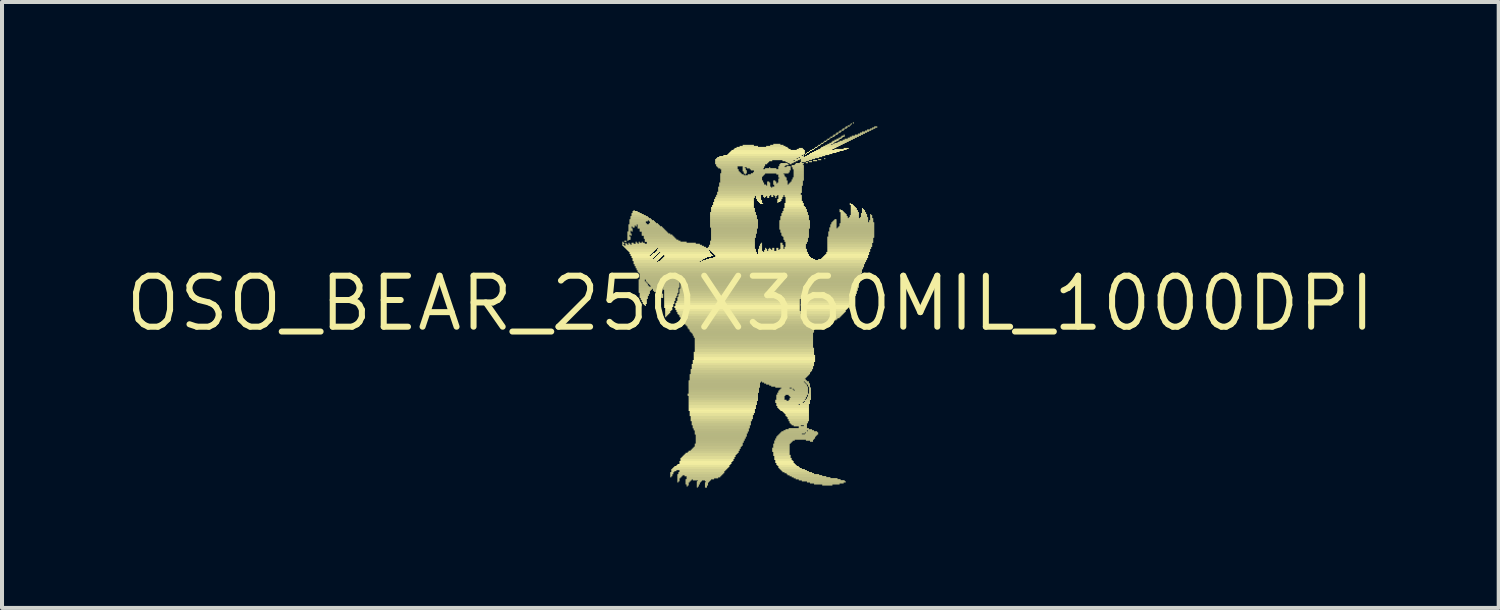
<source format=kicad_pcb>
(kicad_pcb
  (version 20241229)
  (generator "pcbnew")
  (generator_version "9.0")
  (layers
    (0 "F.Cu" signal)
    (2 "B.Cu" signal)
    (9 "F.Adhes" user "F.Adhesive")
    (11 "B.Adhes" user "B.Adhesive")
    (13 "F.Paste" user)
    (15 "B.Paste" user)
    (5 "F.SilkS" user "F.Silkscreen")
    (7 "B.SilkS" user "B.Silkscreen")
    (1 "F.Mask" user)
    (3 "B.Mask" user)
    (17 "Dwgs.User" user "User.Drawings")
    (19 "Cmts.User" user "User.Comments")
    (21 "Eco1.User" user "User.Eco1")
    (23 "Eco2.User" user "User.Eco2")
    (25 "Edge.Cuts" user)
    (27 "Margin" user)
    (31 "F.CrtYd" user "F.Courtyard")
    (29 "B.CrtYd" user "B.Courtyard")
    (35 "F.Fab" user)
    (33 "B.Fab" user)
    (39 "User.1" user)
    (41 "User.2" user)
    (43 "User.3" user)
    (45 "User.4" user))
  (footprint "OSO_BEAR_250X360MIL_1000DPI"
    (layer "F.Cu")
    (at 15.64 4.508)
    (property "Reference" "OSO_BEAR_250X360MIL_1000DPI" (at 0 0 0) (layer "F.SilkS") (effects (font (size 1.27 1.27) (thickness 0.15))))
    (attr through_hole)
    (fp_poly (pts (xy -3.188 -1.511) (xy -3.162 -1.511) (xy -3.162 -1.537) (xy -3.188 -1.537)) (stroke (width 0) (type solid)) (fill yes) (layer "F.SilkS"))
    (fp_poly (pts (xy -3.188 -1.486) (xy -3.137 -1.486) (xy -3.137 -1.511) (xy -3.188 -1.511)) (stroke (width 0) (type solid)) (fill yes) (layer "F.SilkS"))
    (fp_poly (pts (xy -3.188 -1.46) (xy -3.162 -1.46) (xy -3.162 -1.486) (xy -3.188 -1.486)) (stroke (width 0) (type solid)) (fill yes) (layer "F.SilkS"))
    (fp_poly (pts (xy -3.188 -1.435) (xy -3.137 -1.435) (xy -3.137 -1.46) (xy -3.188 -1.46)) (stroke (width 0) (type solid)) (fill yes) (layer "F.SilkS"))
    (fp_poly (pts (xy -3.162 -1.41) (xy -1.156 -1.41) (xy -1.156 -1.435) (xy -3.162 -1.435)) (stroke (width 0) (type solid)) (fill yes) (layer "F.SilkS"))
    (fp_poly (pts (xy -3.137 -1.537) (xy -3.086 -1.537) (xy -3.086 -1.562) (xy -3.137 -1.562)) (stroke (width 0) (type solid)) (fill yes) (layer "F.SilkS"))
    (fp_poly (pts (xy -3.137 -1.384) (xy -1.105 -1.384) (xy -1.105 -1.41) (xy -3.137 -1.41)) (stroke (width 0) (type solid)) (fill yes) (layer "F.SilkS"))
    (fp_poly (pts (xy -3.111 -1.486) (xy -3.086 -1.486) (xy -3.086 -1.511) (xy -3.111 -1.511)) (stroke (width 0) (type solid)) (fill yes) (layer "F.SilkS"))
    (fp_poly (pts (xy -3.111 -1.46) (xy -3.061 -1.46) (xy -3.061 -1.486) (xy -3.111 -1.486)) (stroke (width 0) (type solid)) (fill yes) (layer "F.SilkS"))
    (fp_poly (pts (xy -3.111 -1.435) (xy -1.206 -1.435) (xy -1.206 -1.46) (xy -3.111 -1.46)) (stroke (width 0) (type solid)) (fill yes) (layer "F.SilkS"))
    (fp_poly (pts (xy -3.111 -1.359) (xy -2.324 -1.359) (xy -2.324 -1.384) (xy -3.111 -1.384)) (stroke (width 0) (type solid)) (fill yes) (layer "F.SilkS"))
    (fp_poly (pts (xy -3.086 -1.333) (xy -2.349 -1.333) (xy -2.349 -1.359) (xy -3.086 -1.359)) (stroke (width 0) (type solid)) (fill yes) (layer "F.SilkS"))
    (fp_poly (pts (xy -3.061 -1.765) (xy -2.985 -1.765) (xy -2.985 -1.791) (xy -3.061 -1.791)) (stroke (width 0) (type solid)) (fill yes) (layer "F.SilkS"))
    (fp_poly (pts (xy -3.061 -1.74) (xy -2.985 -1.74) (xy -2.985 -1.765) (xy -3.061 -1.765)) (stroke (width 0) (type solid)) (fill yes) (layer "F.SilkS"))
    (fp_poly (pts (xy -3.061 -1.714) (xy -2.959 -1.714) (xy -2.959 -1.74) (xy -3.061 -1.74)) (stroke (width 0) (type solid)) (fill yes) (layer "F.SilkS"))
    (fp_poly (pts (xy -3.061 -1.689) (xy -3.01 -1.689) (xy -3.01 -1.714) (xy -3.061 -1.714)) (stroke (width 0) (type solid)) (fill yes) (layer "F.SilkS"))
    (fp_poly (pts (xy -3.061 -1.664) (xy -3.01 -1.664) (xy -3.01 -1.689) (xy -3.061 -1.689)) (stroke (width 0) (type solid)) (fill yes) (layer "F.SilkS"))
    (fp_poly (pts (xy -3.061 -1.638) (xy -2.985 -1.638) (xy -2.985 -1.664) (xy -3.061 -1.664)) (stroke (width 0) (type solid)) (fill yes) (layer "F.SilkS"))
    (fp_poly (pts (xy -3.061 -1.613) (xy -2.985 -1.613) (xy -2.985 -1.638) (xy -3.061 -1.638)) (stroke (width 0) (type solid)) (fill yes) (layer "F.SilkS"))
    (fp_poly (pts (xy -3.061 -1.587) (xy -2.985 -1.587) (xy -2.985 -1.613) (xy -3.061 -1.613)) (stroke (width 0) (type solid)) (fill yes) (layer "F.SilkS"))
    (fp_poly (pts (xy -3.061 -1.562) (xy -3.035 -1.562) (xy -3.035 -1.587) (xy -3.061 -1.587)) (stroke (width 0) (type solid)) (fill yes) (layer "F.SilkS"))
    (fp_poly (pts (xy -3.061 -1.308) (xy -2.375 -1.308) (xy -2.375 -1.333) (xy -3.061 -1.333)) (stroke (width 0) (type solid)) (fill yes) (layer "F.SilkS"))
    (fp_poly (pts (xy -3.035 -1.943) (xy -2.832 -1.943) (xy -2.832 -1.968) (xy -3.035 -1.968)) (stroke (width 0) (type solid)) (fill yes) (layer "F.SilkS"))
    (fp_poly (pts (xy -3.035 -1.918) (xy -2.883 -1.918) (xy -2.883 -1.943) (xy -3.035 -1.943)) (stroke (width 0) (type solid)) (fill yes) (layer "F.SilkS"))
    (fp_poly (pts (xy -3.035 -1.892) (xy -2.959 -1.892) (xy -2.959 -1.918) (xy -3.035 -1.918)) (stroke (width 0) (type solid)) (fill yes) (layer "F.SilkS"))
    (fp_poly (pts (xy -3.035 -1.867) (xy -2.959 -1.867) (xy -2.959 -1.892) (xy -3.035 -1.892)) (stroke (width 0) (type solid)) (fill yes) (layer "F.SilkS"))
    (fp_poly (pts (xy -3.035 -1.841) (xy -2.934 -1.841) (xy -2.934 -1.867) (xy -3.035 -1.867)) (stroke (width 0) (type solid)) (fill yes) (layer "F.SilkS"))
    (fp_poly (pts (xy -3.035 -1.816) (xy -2.934 -1.816) (xy -2.934 -1.841) (xy -3.035 -1.841)) (stroke (width 0) (type solid)) (fill yes) (layer "F.SilkS"))
    (fp_poly (pts (xy -3.035 -1.791) (xy -2.985 -1.791) (xy -2.985 -1.816) (xy -3.035 -1.816)) (stroke (width 0) (type solid)) (fill yes) (layer "F.SilkS"))
    (fp_poly (pts (xy -3.035 -1.486) (xy -3.01 -1.486) (xy -3.01 -1.511) (xy -3.035 -1.511)) (stroke (width 0) (type solid)) (fill yes) (layer "F.SilkS"))
    (fp_poly (pts (xy -3.035 -1.46) (xy -2.985 -1.46) (xy -2.985 -1.486) (xy -3.035 -1.486)) (stroke (width 0) (type solid)) (fill yes) (layer "F.SilkS"))
    (fp_poly (pts (xy -3.035 -1.283) (xy -2.4 -1.283) (xy -2.4 -1.308) (xy -3.035 -1.308)) (stroke (width 0) (type solid)) (fill yes) (layer "F.SilkS"))
    (fp_poly (pts (xy -3.01 -2.07) (xy -2.451 -2.07) (xy -2.451 -2.095) (xy -3.01 -2.095)) (stroke (width 0) (type solid)) (fill yes) (layer "F.SilkS"))
    (fp_poly (pts (xy -3.01 -2.045) (xy -2.553 -2.045) (xy -2.553 -2.07) (xy -3.01 -2.07)) (stroke (width 0) (type solid)) (fill yes) (layer "F.SilkS"))
    (fp_poly (pts (xy -3.01 -2.019) (xy -2.603 -2.019) (xy -2.603 -2.045) (xy -3.01 -2.045)) (stroke (width 0) (type solid)) (fill yes) (layer "F.SilkS"))
    (fp_poly (pts (xy -3.01 -1.994) (xy -2.603 -1.994) (xy -2.603 -2.019) (xy -3.01 -2.019)) (stroke (width 0) (type solid)) (fill yes) (layer "F.SilkS"))
    (fp_poly (pts (xy -3.01 -1.968) (xy -2.578 -1.968) (xy -2.578 -1.994) (xy -3.01 -1.994)) (stroke (width 0) (type solid)) (fill yes) (layer "F.SilkS"))
    (fp_poly (pts (xy -3.01 -1.257) (xy -2.426 -1.257) (xy -2.426 -1.283) (xy -3.01 -1.283)) (stroke (width 0) (type solid)) (fill yes) (layer "F.SilkS"))
    (fp_poly (pts (xy -3.01 -1.232) (xy -2.451 -1.232) (xy -2.451 -1.257) (xy -3.01 -1.257)) (stroke (width 0) (type solid)) (fill yes) (layer "F.SilkS"))
    (fp_poly (pts (xy -2.985 -2.146) (xy -2.553 -2.146) (xy -2.553 -2.172) (xy -2.985 -2.172)) (stroke (width 0) (type solid)) (fill yes) (layer "F.SilkS"))
    (fp_poly (pts (xy -2.985 -2.121) (xy -2.527 -2.121) (xy -2.527 -2.146) (xy -2.985 -2.146)) (stroke (width 0) (type solid)) (fill yes) (layer "F.SilkS"))
    (fp_poly (pts (xy -2.985 -2.095) (xy -2.477 -2.095) (xy -2.477 -2.121) (xy -2.985 -2.121)) (stroke (width 0) (type solid)) (fill yes) (layer "F.SilkS"))
    (fp_poly (pts (xy -2.985 -1.689) (xy -2.959 -1.689) (xy -2.959 -1.714) (xy -2.985 -1.714)) (stroke (width 0) (type solid)) (fill yes) (layer "F.SilkS"))
    (fp_poly (pts (xy -2.985 -1.206) (xy -2.477 -1.206) (xy -2.477 -1.232) (xy -2.985 -1.232)) (stroke (width 0) (type solid)) (fill yes) (layer "F.SilkS"))
    (fp_poly (pts (xy -2.985 -1.181) (xy -2.502 -1.181) (xy -2.502 -1.206) (xy -2.985 -1.206)) (stroke (width 0) (type solid)) (fill yes) (layer "F.SilkS"))
    (fp_poly (pts (xy -2.959 -2.223) (xy -2.705 -2.223) (xy -2.705 -2.248) (xy -2.959 -2.248)) (stroke (width 0) (type solid)) (fill yes) (layer "F.SilkS"))
    (fp_poly (pts (xy -2.959 -2.197) (xy -2.654 -2.197) (xy -2.654 -2.223) (xy -2.959 -2.223)) (stroke (width 0) (type solid)) (fill yes) (layer "F.SilkS"))
    (fp_poly (pts (xy -2.959 -2.172) (xy -2.603 -2.172) (xy -2.603 -2.197) (xy -2.959 -2.197)) (stroke (width 0) (type solid)) (fill yes) (layer "F.SilkS"))
    (fp_poly (pts (xy -2.959 -1.791) (xy -2.934 -1.791) (xy -2.934 -1.816) (xy -2.959 -1.816)) (stroke (width 0) (type solid)) (fill yes) (layer "F.SilkS"))
    (fp_poly (pts (xy -2.959 -1.486) (xy -2.908 -1.486) (xy -2.908 -1.511) (xy -2.959 -1.511)) (stroke (width 0) (type solid)) (fill yes) (layer "F.SilkS"))
    (fp_poly (pts (xy -2.959 -1.46) (xy -1.257 -1.46) (xy -1.257 -1.486) (xy -2.959 -1.486)) (stroke (width 0) (type solid)) (fill yes) (layer "F.SilkS"))
    (fp_poly (pts (xy -2.959 -1.156) (xy -2.375 -1.156) (xy -2.375 -1.181) (xy -2.959 -1.181)) (stroke (width 0) (type solid)) (fill yes) (layer "F.SilkS"))
    (fp_poly (pts (xy -2.959 -1.13) (xy -2.4 -1.13) (xy -2.4 -1.156) (xy -2.959 -1.156)) (stroke (width 0) (type solid)) (fill yes) (layer "F.SilkS"))
    (fp_poly (pts (xy -2.934 -2.273) (xy -2.807 -2.273) (xy -2.807 -2.299) (xy -2.934 -2.299)) (stroke (width 0) (type solid)) (fill yes) (layer "F.SilkS"))
    (fp_poly (pts (xy -2.934 -2.248) (xy -2.756 -2.248) (xy -2.756 -2.273) (xy -2.934 -2.273)) (stroke (width 0) (type solid)) (fill yes) (layer "F.SilkS"))
    (fp_poly (pts (xy -2.934 -1.892) (xy -2.883 -1.892) (xy -2.883 -1.918) (xy -2.934 -1.918)) (stroke (width 0) (type solid)) (fill yes) (layer "F.SilkS"))
    (fp_poly (pts (xy -2.934 -1.105) (xy -2.426 -1.105) (xy -2.426 -1.13) (xy -2.934 -1.13)) (stroke (width 0) (type solid)) (fill yes) (layer "F.SilkS"))
    (fp_poly (pts (xy -2.934 -1.079) (xy -2.273 -1.079) (xy -2.273 -1.105) (xy -2.934 -1.105)) (stroke (width 0) (type solid)) (fill yes) (layer "F.SilkS"))
    (fp_poly (pts (xy -2.934 -1.054) (xy -2.299 -1.054) (xy -2.299 -1.079) (xy -2.934 -1.079)) (stroke (width 0) (type solid)) (fill yes) (layer "F.SilkS"))
    (fp_poly (pts (xy -2.908 -2.299) (xy -2.883 -2.299) (xy -2.883 -2.324) (xy -2.908 -2.324)) (stroke (width 0) (type solid)) (fill yes) (layer "F.SilkS"))
    (fp_poly (pts (xy -2.908 -1.029) (xy -2.324 -1.029) (xy -2.324 -1.054) (xy -2.908 -1.054)) (stroke (width 0) (type solid)) (fill yes) (layer "F.SilkS"))
    (fp_poly (pts (xy -2.908 -1.003) (xy 2.857 -1.003) (xy 2.857 -1.029) (xy -2.908 -1.029)) (stroke (width 0) (type solid)) (fill yes) (layer "F.SilkS"))
    (fp_poly (pts (xy -2.908 -0.978) (xy 2.857 -0.978) (xy 2.857 -1.003) (xy -2.908 -1.003)) (stroke (width 0) (type solid)) (fill yes) (layer "F.SilkS"))
    (fp_poly (pts (xy -2.883 -0.953) (xy 2.832 -0.953) (xy 2.832 -0.978) (xy -2.883 -0.978)) (stroke (width 0) (type solid)) (fill yes) (layer "F.SilkS"))
    (fp_poly (pts (xy -2.883 -0.927) (xy 2.832 -0.927) (xy 2.832 -0.953) (xy -2.883 -0.953)) (stroke (width 0) (type solid)) (fill yes) (layer "F.SilkS"))
    (fp_poly (pts (xy -2.857 -1.918) (xy -2.832 -1.918) (xy -2.832 -1.943) (xy -2.857 -1.943)) (stroke (width 0) (type solid)) (fill yes) (layer "F.SilkS"))
    (fp_poly (pts (xy -2.857 -1.511) (xy -2.832 -1.511) (xy -2.832 -1.537) (xy -2.857 -1.537)) (stroke (width 0) (type solid)) (fill yes) (layer "F.SilkS"))
    (fp_poly (pts (xy -2.857 -1.486) (xy -2.807 -1.486) (xy -2.807 -1.511) (xy -2.857 -1.511)) (stroke (width 0) (type solid)) (fill yes) (layer "F.SilkS"))
    (fp_poly (pts (xy -2.857 -0.902) (xy 2.832 -0.902) (xy 2.832 -0.927) (xy -2.857 -0.927)) (stroke (width 0) (type solid)) (fill yes) (layer "F.SilkS"))
    (fp_poly (pts (xy -2.857 -0.876) (xy 2.807 -0.876) (xy 2.807 -0.902) (xy -2.857 -0.902)) (stroke (width 0) (type solid)) (fill yes) (layer "F.SilkS"))
    (fp_poly (pts (xy -2.832 -0.851) (xy 2.807 -0.851) (xy 2.807 -0.876) (xy -2.832 -0.876)) (stroke (width 0) (type solid)) (fill yes) (layer "F.SilkS"))
    (fp_poly (pts (xy -2.832 -0.826) (xy 2.781 -0.826) (xy 2.781 -0.851) (xy -2.832 -0.851)) (stroke (width 0) (type solid)) (fill yes) (layer "F.SilkS"))
    (fp_poly (pts (xy -2.807 -1.943) (xy -2.273 -1.943) (xy -2.273 -1.968) (xy -2.807 -1.968)) (stroke (width 0) (type solid)) (fill yes) (layer "F.SilkS"))
    (fp_poly (pts (xy -2.807 -1.918) (xy -2.248 -1.918) (xy -2.248 -1.943) (xy -2.807 -1.943)) (stroke (width 0) (type solid)) (fill yes) (layer "F.SilkS"))
    (fp_poly (pts (xy -2.807 -1.892) (xy -2.197 -1.892) (xy -2.197 -1.918) (xy -2.807 -1.918)) (stroke (width 0) (type solid)) (fill yes) (layer "F.SilkS"))
    (fp_poly (pts (xy -2.807 -1.867) (xy -2.172 -1.867) (xy -2.172 -1.892) (xy -2.807 -1.892)) (stroke (width 0) (type solid)) (fill yes) (layer "F.SilkS"))
    (fp_poly (pts (xy -2.807 -0.8) (xy 2.781 -0.8) (xy 2.781 -0.826) (xy -2.807 -0.826)) (stroke (width 0) (type solid)) (fill yes) (layer "F.SilkS"))
    (fp_poly (pts (xy -2.807 -0.775) (xy 2.781 -0.775) (xy 2.781 -0.8) (xy -2.807 -0.8)) (stroke (width 0) (type solid)) (fill yes) (layer "F.SilkS"))
    (fp_poly (pts (xy -2.781 -1.511) (xy -2.756 -1.511) (xy -2.756 -1.537) (xy -2.781 -1.537)) (stroke (width 0) (type solid)) (fill yes) (layer "F.SilkS"))
    (fp_poly (pts (xy -2.781 -1.486) (xy -2.629 -1.486) (xy -2.629 -1.511) (xy -2.781 -1.511)) (stroke (width 0) (type solid)) (fill yes) (layer "F.SilkS"))
    (fp_poly (pts (xy -2.781 -0.749) (xy 2.781 -0.749) (xy 2.781 -0.775) (xy -2.781 -0.775)) (stroke (width 0) (type solid)) (fill yes) (layer "F.SilkS"))
    (fp_poly (pts (xy -2.781 -0.572) (xy -2.629 -0.572) (xy -2.629 -0.597) (xy -2.781 -0.597)) (stroke (width 0) (type solid)) (fill yes) (layer "F.SilkS"))
    (fp_poly (pts (xy -2.781 -0.546) (xy -2.629 -0.546) (xy -2.629 -0.572) (xy -2.781 -0.572)) (stroke (width 0) (type solid)) (fill yes) (layer "F.SilkS"))
    (fp_poly (pts (xy -2.781 -0.521) (xy -2.603 -0.521) (xy -2.603 -0.546) (xy -2.781 -0.546)) (stroke (width 0) (type solid)) (fill yes) (layer "F.SilkS"))
    (fp_poly (pts (xy -2.781 -0.495) (xy -2.578 -0.495) (xy -2.578 -0.521) (xy -2.781 -0.521)) (stroke (width 0) (type solid)) (fill yes) (layer "F.SilkS"))
    (fp_poly (pts (xy -2.781 -0.47) (xy -2.553 -0.47) (xy -2.553 -0.495) (xy -2.781 -0.495)) (stroke (width 0) (type solid)) (fill yes) (layer "F.SilkS"))
    (fp_poly (pts (xy -2.781 -0.445) (xy -2.553 -0.445) (xy -2.553 -0.47) (xy -2.781 -0.47)) (stroke (width 0) (type solid)) (fill yes) (layer "F.SilkS"))
    (fp_poly (pts (xy -2.781 -0.419) (xy -2.527 -0.419) (xy -2.527 -0.445) (xy -2.781 -0.445)) (stroke (width 0) (type solid)) (fill yes) (layer "F.SilkS"))
    (fp_poly (pts (xy -2.781 -0.394) (xy -2.197 -0.394) (xy -2.197 -0.419) (xy -2.781 -0.419)) (stroke (width 0) (type solid)) (fill yes) (layer "F.SilkS"))
    (fp_poly (pts (xy -2.781 -0.368) (xy -2.197 -0.368) (xy -2.197 -0.394) (xy -2.781 -0.394)) (stroke (width 0) (type solid)) (fill yes) (layer "F.SilkS"))
    (fp_poly (pts (xy -2.781 -0.343) (xy -2.451 -0.343) (xy -2.451 -0.368) (xy -2.781 -0.368)) (stroke (width 0) (type solid)) (fill yes) (layer "F.SilkS"))
    (fp_poly (pts (xy -2.781 -0.318) (xy -2.477 -0.318) (xy -2.477 -0.343) (xy -2.781 -0.343)) (stroke (width 0) (type solid)) (fill yes) (layer "F.SilkS"))
    (fp_poly (pts (xy -2.781 -0.292) (xy -2.502 -0.292) (xy -2.502 -0.318) (xy -2.781 -0.318)) (stroke (width 0) (type solid)) (fill yes) (layer "F.SilkS"))
    (fp_poly (pts (xy -2.781 -0.267) (xy -2.502 -0.267) (xy -2.502 -0.292) (xy -2.781 -0.292)) (stroke (width 0) (type solid)) (fill yes) (layer "F.SilkS"))
    (fp_poly (pts (xy -2.756 -1.841) (xy -2.146 -1.841) (xy -2.146 -1.867) (xy -2.756 -1.867)) (stroke (width 0) (type solid)) (fill yes) (layer "F.SilkS"))
    (fp_poly (pts (xy -2.756 -1.816) (xy -2.121 -1.816) (xy -2.121 -1.841) (xy -2.756 -1.841)) (stroke (width 0) (type solid)) (fill yes) (layer "F.SilkS"))
    (fp_poly (pts (xy -2.756 -1.791) (xy -2.095 -1.791) (xy -2.095 -1.816) (xy -2.756 -1.816)) (stroke (width 0) (type solid)) (fill yes) (layer "F.SilkS"))
    (fp_poly (pts (xy -2.756 -0.724) (xy 2.756 -0.724) (xy 2.756 -0.749) (xy -2.756 -0.749)) (stroke (width 0) (type solid)) (fill yes) (layer "F.SilkS"))
    (fp_poly (pts (xy -2.756 -0.699) (xy 2.756 -0.699) (xy 2.756 -0.724) (xy -2.756 -0.724)) (stroke (width 0) (type solid)) (fill yes) (layer "F.SilkS"))
    (fp_poly (pts (xy -2.756 -0.673) (xy 2.756 -0.673) (xy 2.756 -0.699) (xy -2.756 -0.699)) (stroke (width 0) (type solid)) (fill yes) (layer "F.SilkS"))
    (fp_poly (pts (xy -2.756 -0.648) (xy 2.756 -0.648) (xy 2.756 -0.673) (xy -2.756 -0.673)) (stroke (width 0) (type solid)) (fill yes) (layer "F.SilkS"))
    (fp_poly (pts (xy -2.756 -0.622) (xy 2.756 -0.622) (xy 2.756 -0.648) (xy -2.756 -0.648)) (stroke (width 0) (type solid)) (fill yes) (layer "F.SilkS"))
    (fp_poly (pts (xy -2.756 -0.597) (xy 2.731 -0.597) (xy 2.731 -0.622) (xy -2.756 -0.622)) (stroke (width 0) (type solid)) (fill yes) (layer "F.SilkS"))
    (fp_poly (pts (xy -2.756 -0.241) (xy -2.502 -0.241) (xy -2.502 -0.267) (xy -2.756 -0.267)) (stroke (width 0) (type solid)) (fill yes) (layer "F.SilkS"))
    (fp_poly (pts (xy -2.756 -0.216) (xy -2.527 -0.216) (xy -2.527 -0.241) (xy -2.756 -0.241)) (stroke (width 0) (type solid)) (fill yes) (layer "F.SilkS"))
    (fp_poly (pts (xy -2.756 -0.191) (xy -2.527 -0.191) (xy -2.527 -0.216) (xy -2.756 -0.216)) (stroke (width 0) (type solid)) (fill yes) (layer "F.SilkS"))
    (fp_poly (pts (xy -2.756 -0.165) (xy -2.553 -0.165) (xy -2.553 -0.191) (xy -2.756 -0.191)) (stroke (width 0) (type solid)) (fill yes) (layer "F.SilkS"))
    (fp_poly (pts (xy -2.756 -0.14) (xy -2.553 -0.14) (xy -2.553 -0.165) (xy -2.756 -0.165)) (stroke (width 0) (type solid)) (fill yes) (layer "F.SilkS"))
    (fp_poly (pts (xy -2.731 -0.114) (xy -2.553 -0.114) (xy -2.553 -0.14) (xy -2.731 -0.14)) (stroke (width 0) (type solid)) (fill yes) (layer "F.SilkS"))
    (fp_poly (pts (xy -2.731 -0.089) (xy -2.578 -0.089) (xy -2.578 -0.114) (xy -2.731 -0.114)) (stroke (width 0) (type solid)) (fill yes) (layer "F.SilkS"))
    (fp_poly (pts (xy -2.705 -1.765) (xy -2.07 -1.765) (xy -2.07 -1.791) (xy -2.705 -1.791)) (stroke (width 0) (type solid)) (fill yes) (layer "F.SilkS"))
    (fp_poly (pts (xy -2.705 -1.74) (xy -2.045 -1.74) (xy -2.045 -1.765) (xy -2.705 -1.765)) (stroke (width 0) (type solid)) (fill yes) (layer "F.SilkS"))
    (fp_poly (pts (xy -2.705 -1.714) (xy -1.994 -1.714) (xy -1.994 -1.74) (xy -2.705 -1.74)) (stroke (width 0) (type solid)) (fill yes) (layer "F.SilkS"))
    (fp_poly (pts (xy -2.705 -1.689) (xy -1.943 -1.689) (xy -1.943 -1.714) (xy -2.705 -1.714)) (stroke (width 0) (type solid)) (fill yes) (layer "F.SilkS"))
    (fp_poly (pts (xy -2.705 -1.511) (xy -2.68 -1.511) (xy -2.68 -1.537) (xy -2.705 -1.537)) (stroke (width 0) (type solid)) (fill yes) (layer "F.SilkS"))
    (fp_poly (pts (xy -2.705 -0.064) (xy -2.578 -0.064) (xy -2.578 -0.089) (xy -2.705 -0.089)) (stroke (width 0) (type solid)) (fill yes) (layer "F.SilkS"))
    (fp_poly (pts (xy -2.705 -0.038) (xy -2.578 -0.038) (xy -2.578 -0.064) (xy -2.705 -0.064)) (stroke (width 0) (type solid)) (fill yes) (layer "F.SilkS"))
    (fp_poly (pts (xy -2.68 -0.013) (xy -2.578 -0.013) (xy -2.578 -0.038) (xy -2.68 -0.038)) (stroke (width 0) (type solid)) (fill yes) (layer "F.SilkS"))
    (fp_poly (pts (xy -2.68 0.013) (xy -2.578 0.013) (xy -2.578 -0.013) (xy -2.68 -0.013)) (stroke (width 0) (type solid)) (fill yes) (layer "F.SilkS"))
    (fp_poly (pts (xy -2.654 -1.664) (xy -1.918 -1.664) (xy -1.918 -1.689) (xy -2.654 -1.689)) (stroke (width 0) (type solid)) (fill yes) (layer "F.SilkS"))
    (fp_poly (pts (xy -2.654 -1.638) (xy -1.892 -1.638) (xy -1.892 -1.664) (xy -2.654 -1.664)) (stroke (width 0) (type solid)) (fill yes) (layer "F.SilkS"))
    (fp_poly (pts (xy -2.654 -1.613) (xy -1.867 -1.613) (xy -1.867 -1.638) (xy -2.654 -1.638)) (stroke (width 0) (type solid)) (fill yes) (layer "F.SilkS"))
    (fp_poly (pts (xy -2.654 0.038) (xy -2.603 0.038) (xy -2.603 0.013) (xy -2.654 0.013)) (stroke (width 0) (type solid)) (fill yes) (layer "F.SilkS"))
    (fp_poly (pts (xy -2.629 -1.587) (xy -1.841 -1.587) (xy -1.841 -1.613) (xy -2.629 -1.613)) (stroke (width 0) (type solid)) (fill yes) (layer "F.SilkS"))
    (fp_poly (pts (xy -2.629 -1.562) (xy -1.791 -1.562) (xy -1.791 -1.587) (xy -2.629 -1.587)) (stroke (width 0) (type solid)) (fill yes) (layer "F.SilkS"))
    (fp_poly (pts (xy -2.629 -1.537) (xy -1.74 -1.537) (xy -1.74 -1.562) (xy -2.629 -1.562)) (stroke (width 0) (type solid)) (fill yes) (layer "F.SilkS"))
    (fp_poly (pts (xy -2.629 0.064) (xy -2.603 0.064) (xy -2.603 0.038) (xy -2.629 0.038)) (stroke (width 0) (type solid)) (fill yes) (layer "F.SilkS"))
    (fp_poly (pts (xy -2.603 -0.572) (xy -2.223 -0.572) (xy -2.223 -0.597) (xy -2.603 -0.597)) (stroke (width 0) (type solid)) (fill yes) (layer "F.SilkS"))
    (fp_poly (pts (xy -2.603 -0.546) (xy -2.223 -0.546) (xy -2.223 -0.572) (xy -2.603 -0.572)) (stroke (width 0) (type solid)) (fill yes) (layer "F.SilkS"))
    (fp_poly (pts (xy -2.578 -1.511) (xy -1.587 -1.511) (xy -1.587 -1.537) (xy -2.578 -1.537)) (stroke (width 0) (type solid)) (fill yes) (layer "F.SilkS"))
    (fp_poly (pts (xy -2.578 -1.486) (xy -1.359 -1.486) (xy -1.359 -1.511) (xy -2.578 -1.511)) (stroke (width 0) (type solid)) (fill yes) (layer "F.SilkS"))
    (fp_poly (pts (xy -2.578 -0.521) (xy -2.223 -0.521) (xy -2.223 -0.546) (xy -2.578 -0.546)) (stroke (width 0) (type solid)) (fill yes) (layer "F.SilkS"))
    (fp_poly (pts (xy -2.553 -0.495) (xy -2.223 -0.495) (xy -2.223 -0.521) (xy -2.553 -0.521)) (stroke (width 0) (type solid)) (fill yes) (layer "F.SilkS"))
    (fp_poly (pts (xy -2.527 -2.045) (xy -2.4 -2.045) (xy -2.4 -2.07) (xy -2.527 -2.07)) (stroke (width 0) (type solid)) (fill yes) (layer "F.SilkS"))
    (fp_poly (pts (xy -2.527 -1.968) (xy -2.299 -1.968) (xy -2.299 -1.994) (xy -2.527 -1.994)) (stroke (width 0) (type solid)) (fill yes) (layer "F.SilkS"))
    (fp_poly (pts (xy -2.527 -0.47) (xy -2.197 -0.47) (xy -2.197 -0.495) (xy -2.527 -0.495)) (stroke (width 0) (type solid)) (fill yes) (layer "F.SilkS"))
    (fp_poly (pts (xy -2.502 -2.019) (xy -2.375 -2.019) (xy -2.375 -2.045) (xy -2.502 -2.045)) (stroke (width 0) (type solid)) (fill yes) (layer "F.SilkS"))
    (fp_poly (pts (xy -2.502 -1.994) (xy -2.349 -1.994) (xy -2.349 -2.019) (xy -2.502 -2.019)) (stroke (width 0) (type solid)) (fill yes) (layer "F.SilkS"))
    (fp_poly (pts (xy -2.502 -0.445) (xy -2.197 -0.445) (xy -2.197 -0.47) (xy -2.502 -0.47)) (stroke (width 0) (type solid)) (fill yes) (layer "F.SilkS"))
    (fp_poly (pts (xy -2.477 -1.181) (xy -2.349 -1.181) (xy -2.349 -1.206) (xy -2.477 -1.206)) (stroke (width 0) (type solid)) (fill yes) (layer "F.SilkS"))
    (fp_poly (pts (xy -2.477 -0.419) (xy -2.197 -0.419) (xy -2.197 -0.445) (xy -2.477 -0.445)) (stroke (width 0) (type solid)) (fill yes) (layer "F.SilkS"))
    (fp_poly (pts (xy -2.451 -1.206) (xy -2.324 -1.206) (xy -2.324 -1.232) (xy -2.451 -1.232)) (stroke (width 0) (type solid)) (fill yes) (layer "F.SilkS"))
    (fp_poly (pts (xy -2.426 -1.232) (xy -2.299 -1.232) (xy -2.299 -1.257) (xy -2.426 -1.257)) (stroke (width 0) (type solid)) (fill yes) (layer "F.SilkS"))
    (fp_poly (pts (xy -2.426 -0.343) (xy -2.197 -0.343) (xy -2.197 -0.368) (xy -2.426 -0.368)) (stroke (width 0) (type solid)) (fill yes) (layer "F.SilkS"))
    (fp_poly (pts (xy -2.426 -0.318) (xy -2.197 -0.318) (xy -2.197 -0.343) (xy -2.426 -0.343)) (stroke (width 0) (type solid)) (fill yes) (layer "F.SilkS"))
    (fp_poly (pts (xy -2.4 -1.105) (xy -2.248 -1.105) (xy -2.248 -1.13) (xy -2.4 -1.13)) (stroke (width 0) (type solid)) (fill yes) (layer "F.SilkS"))
    (fp_poly (pts (xy -2.4 -0.292) (xy -2.197 -0.292) (xy -2.197 -0.318) (xy -2.4 -0.318)) (stroke (width 0) (type solid)) (fill yes) (layer "F.SilkS"))
    (fp_poly (pts (xy -2.375 -1.257) (xy -2.273 -1.257) (xy -2.273 -1.283) (xy -2.375 -1.283)) (stroke (width 0) (type solid)) (fill yes) (layer "F.SilkS"))
    (fp_poly (pts (xy -2.375 -1.13) (xy -2.223 -1.13) (xy -2.223 -1.156) (xy -2.375 -1.156)) (stroke (width 0) (type solid)) (fill yes) (layer "F.SilkS"))
    (fp_poly (pts (xy -2.349 -1.283) (xy -1.003 -1.283) (xy -1.003 -1.308) (xy -2.349 -1.308)) (stroke (width 0) (type solid)) (fill yes) (layer "F.SilkS"))
    (fp_poly (pts (xy -2.349 -1.156) (xy -2.197 -1.156) (xy -2.197 -1.181) (xy -2.349 -1.181)) (stroke (width 0) (type solid)) (fill yes) (layer "F.SilkS"))
    (fp_poly (pts (xy -2.349 -0.267) (xy -2.197 -0.267) (xy -2.197 -0.292) (xy -2.349 -0.292)) (stroke (width 0) (type solid)) (fill yes) (layer "F.SilkS"))
    (fp_poly (pts (xy -2.324 -1.333) (xy 0.14 -1.333) (xy 0.14 -1.359) (xy -2.324 -1.359)) (stroke (width 0) (type solid)) (fill yes) (layer "F.SilkS"))
    (fp_poly (pts (xy -2.324 -1.308) (xy -1.029 -1.308) (xy -1.029 -1.333) (xy -2.324 -1.333)) (stroke (width 0) (type solid)) (fill yes) (layer "F.SilkS"))
    (fp_poly (pts (xy -2.324 -1.181) (xy -2.172 -1.181) (xy -2.172 -1.206) (xy -2.324 -1.206)) (stroke (width 0) (type solid)) (fill yes) (layer "F.SilkS"))
    (fp_poly (pts (xy -2.324 -0.241) (xy -2.197 -0.241) (xy -2.197 -0.267) (xy -2.324 -0.267)) (stroke (width 0) (type solid)) (fill yes) (layer "F.SilkS"))
    (fp_poly (pts (xy -2.299 -1.359) (xy 0.114 -1.359) (xy 0.114 -1.384) (xy -2.299 -1.384)) (stroke (width 0) (type solid)) (fill yes) (layer "F.SilkS"))
    (fp_poly (pts (xy -2.299 -1.206) (xy -0.953 -1.206) (xy -0.953 -1.232) (xy -2.299 -1.232)) (stroke (width 0) (type solid)) (fill yes) (layer "F.SilkS"))
    (fp_poly (pts (xy -2.299 -1.029) (xy -1.257 -1.029) (xy -1.257 -1.054) (xy -2.299 -1.054)) (stroke (width 0) (type solid)) (fill yes) (layer "F.SilkS"))
    (fp_poly (pts (xy -2.299 -0.216) (xy -2.172 -0.216) (xy -2.172 -0.241) (xy -2.299 -0.241)) (stroke (width 0) (type solid)) (fill yes) (layer "F.SilkS"))
    (fp_poly (pts (xy -2.273 -1.232) (xy -0.978 -1.232) (xy -0.978 -1.257) (xy -2.273 -1.257)) (stroke (width 0) (type solid)) (fill yes) (layer "F.SilkS"))
    (fp_poly (pts (xy -2.273 -0.191) (xy -2.172 -0.191) (xy -2.172 -0.216) (xy -2.273 -0.216)) (stroke (width 0) (type solid)) (fill yes) (layer "F.SilkS"))
    (fp_poly (pts (xy -2.248 -1.257) (xy -1.003 -1.257) (xy -1.003 -1.283) (xy -2.248 -1.283)) (stroke (width 0) (type solid)) (fill yes) (layer "F.SilkS"))
    (fp_poly (pts (xy -2.248 -1.054) (xy -1.206 -1.054) (xy -1.206 -1.079) (xy -2.248 -1.079)) (stroke (width 0) (type solid)) (fill yes) (layer "F.SilkS"))
    (fp_poly (pts (xy -2.248 -0.165) (xy -2.172 -0.165) (xy -2.172 -0.191) (xy -2.248 -0.191)) (stroke (width 0) (type solid)) (fill yes) (layer "F.SilkS"))
    (fp_poly (pts (xy -2.223 -1.079) (xy -1.181 -1.079) (xy -1.181 -1.105) (xy -2.223 -1.105)) (stroke (width 0) (type solid)) (fill yes) (layer "F.SilkS"))
    (fp_poly (pts (xy -2.223 -0.14) (xy -2.172 -0.14) (xy -2.172 -0.165) (xy -2.223 -0.165)) (stroke (width 0) (type solid)) (fill yes) (layer "F.SilkS"))
    (fp_poly (pts (xy -2.197 -1.105) (xy -1.13 -1.105) (xy -1.13 -1.13) (xy -2.197 -1.13)) (stroke (width 0) (type solid)) (fill yes) (layer "F.SilkS"))
    (fp_poly (pts (xy -2.197 -0.572) (xy 2.731 -0.572) (xy 2.731 -0.597) (xy -2.197 -0.597)) (stroke (width 0) (type solid)) (fill yes) (layer "F.SilkS"))
    (fp_poly (pts (xy -2.197 -0.546) (xy 2.731 -0.546) (xy 2.731 -0.572) (xy -2.197 -0.572)) (stroke (width 0) (type solid)) (fill yes) (layer "F.SilkS"))
    (fp_poly (pts (xy -2.197 -0.521) (xy 2.731 -0.521) (xy 2.731 -0.546) (xy -2.197 -0.546)) (stroke (width 0) (type solid)) (fill yes) (layer "F.SilkS"))
    (fp_poly (pts (xy -2.197 -0.495) (xy -1.765 -0.495) (xy -1.765 -0.521) (xy -2.197 -0.521)) (stroke (width 0) (type solid)) (fill yes) (layer "F.SilkS"))
    (fp_poly (pts (xy -2.172 -1.13) (xy -1.079 -1.13) (xy -1.079 -1.156) (xy -2.172 -1.156)) (stroke (width 0) (type solid)) (fill yes) (layer "F.SilkS"))
    (fp_poly (pts (xy -2.172 -0.47) (xy -1.765 -0.47) (xy -1.765 -0.495) (xy -2.172 -0.495)) (stroke (width 0) (type solid)) (fill yes) (layer "F.SilkS"))
    (fp_poly (pts (xy -2.172 -0.445) (xy -1.765 -0.445) (xy -1.765 -0.47) (xy -2.172 -0.47)) (stroke (width 0) (type solid)) (fill yes) (layer "F.SilkS"))
    (fp_poly (pts (xy -2.172 -0.419) (xy -1.765 -0.419) (xy -1.765 -0.445) (xy -2.172 -0.445)) (stroke (width 0) (type solid)) (fill yes) (layer "F.SilkS"))
    (fp_poly (pts (xy -2.172 -0.394) (xy -1.765 -0.394) (xy -1.765 -0.419) (xy -2.172 -0.419)) (stroke (width 0) (type solid)) (fill yes) (layer "F.SilkS"))
    (fp_poly (pts (xy -2.172 -0.368) (xy -1.791 -0.368) (xy -1.791 -0.394) (xy -2.172 -0.394)) (stroke (width 0) (type solid)) (fill yes) (layer "F.SilkS"))
    (fp_poly (pts (xy -2.172 -0.343) (xy -1.791 -0.343) (xy -1.791 -0.368) (xy -2.172 -0.368)) (stroke (width 0) (type solid)) (fill yes) (layer "F.SilkS"))
    (fp_poly (pts (xy -2.146 -1.181) (xy -0.927 -1.181) (xy -0.927 -1.206) (xy -2.146 -1.206)) (stroke (width 0) (type solid)) (fill yes) (layer "F.SilkS"))
    (fp_poly (pts (xy -2.146 -1.156) (xy -0.978 -1.156) (xy -0.978 -1.181) (xy -2.146 -1.181)) (stroke (width 0) (type solid)) (fill yes) (layer "F.SilkS"))
    (fp_poly (pts (xy -2.146 -0.318) (xy -1.791 -0.318) (xy -1.791 -0.343) (xy -2.146 -0.343)) (stroke (width 0) (type solid)) (fill yes) (layer "F.SilkS"))
    (fp_poly (pts (xy -2.146 -0.292) (xy -1.791 -0.292) (xy -1.791 -0.318) (xy -2.146 -0.318)) (stroke (width 0) (type solid)) (fill yes) (layer "F.SilkS"))
    (fp_poly (pts (xy -2.146 -0.267) (xy -1.791 -0.267) (xy -1.791 -0.292) (xy -2.146 -0.292)) (stroke (width 0) (type solid)) (fill yes) (layer "F.SilkS"))
    (fp_poly (pts (xy -2.146 -0.241) (xy -1.816 -0.241) (xy -1.816 -0.267) (xy -2.146 -0.267)) (stroke (width 0) (type solid)) (fill yes) (layer "F.SilkS"))
    (fp_poly (pts (xy -2.146 -0.216) (xy -1.816 -0.216) (xy -1.816 -0.241) (xy -2.146 -0.241)) (stroke (width 0) (type solid)) (fill yes) (layer "F.SilkS"))
    (fp_poly (pts (xy -2.146 -0.191) (xy -1.816 -0.191) (xy -1.816 -0.216) (xy -2.146 -0.216)) (stroke (width 0) (type solid)) (fill yes) (layer "F.SilkS"))
    (fp_poly (pts (xy -2.146 -0.165) (xy -1.841 -0.165) (xy -1.841 -0.191) (xy -2.146 -0.191)) (stroke (width 0) (type solid)) (fill yes) (layer "F.SilkS"))
    (fp_poly (pts (xy -2.146 -0.14) (xy -1.841 -0.14) (xy -1.841 -0.165) (xy -2.146 -0.165)) (stroke (width 0) (type solid)) (fill yes) (layer "F.SilkS"))
    (fp_poly (pts (xy -2.146 -0.114) (xy -1.867 -0.114) (xy -1.867 -0.14) (xy -2.146 -0.14)) (stroke (width 0) (type solid)) (fill yes) (layer "F.SilkS"))
    (fp_poly (pts (xy -2.146 -0.089) (xy -1.867 -0.089) (xy -1.867 -0.114) (xy -2.146 -0.114)) (stroke (width 0) (type solid)) (fill yes) (layer "F.SilkS"))
    (fp_poly (pts (xy -2.146 -0.064) (xy -1.867 -0.064) (xy -1.867 -0.089) (xy -2.146 -0.089)) (stroke (width 0) (type solid)) (fill yes) (layer "F.SilkS"))
    (fp_poly (pts (xy -2.146 -0.038) (xy -1.892 -0.038) (xy -1.892 -0.064) (xy -2.146 -0.064)) (stroke (width 0) (type solid)) (fill yes) (layer "F.SilkS"))
    (fp_poly (pts (xy -2.146 -0.013) (xy -1.892 -0.013) (xy -1.892 -0.038) (xy -2.146 -0.038)) (stroke (width 0) (type solid)) (fill yes) (layer "F.SilkS"))
    (fp_poly (pts (xy -2.146 0.013) (xy -1.892 0.013) (xy -1.892 -0.013) (xy -2.146 -0.013)) (stroke (width 0) (type solid)) (fill yes) (layer "F.SilkS"))
    (fp_poly (pts (xy -2.146 0.038) (xy -1.918 0.038) (xy -1.918 0.013) (xy -2.146 0.013)) (stroke (width 0) (type solid)) (fill yes) (layer "F.SilkS"))
    (fp_poly (pts (xy -2.146 0.064) (xy -1.918 0.064) (xy -1.918 0.038) (xy -2.146 0.038)) (stroke (width 0) (type solid)) (fill yes) (layer "F.SilkS"))
    (fp_poly (pts (xy -2.146 0.089) (xy -1.918 0.089) (xy -1.918 0.064) (xy -2.146 0.064)) (stroke (width 0) (type solid)) (fill yes) (layer "F.SilkS"))
    (fp_poly (pts (xy -2.146 0.114) (xy -1.943 0.114) (xy -1.943 0.089) (xy -2.146 0.089)) (stroke (width 0) (type solid)) (fill yes) (layer "F.SilkS"))
    (fp_poly (pts (xy -2.121 0.14) (xy -1.943 0.14) (xy -1.943 0.114) (xy -2.121 0.114)) (stroke (width 0) (type solid)) (fill yes) (layer "F.SilkS"))
    (fp_poly (pts (xy -2.121 0.165) (xy -1.943 0.165) (xy -1.943 0.14) (xy -2.121 0.14)) (stroke (width 0) (type solid)) (fill yes) (layer "F.SilkS"))
    (fp_poly (pts (xy -2.121 0.191) (xy -1.968 0.191) (xy -1.968 0.165) (xy -2.121 0.165)) (stroke (width 0) (type solid)) (fill yes) (layer "F.SilkS"))
    (fp_poly (pts (xy -2.121 0.216) (xy -1.994 0.216) (xy -1.994 0.191) (xy -2.121 0.191)) (stroke (width 0) (type solid)) (fill yes) (layer "F.SilkS"))
    (fp_poly (pts (xy -2.121 0.241) (xy -1.994 0.241) (xy -1.994 0.216) (xy -2.121 0.216)) (stroke (width 0) (type solid)) (fill yes) (layer "F.SilkS"))
    (fp_poly (pts (xy -2.121 0.267) (xy -2.019 0.267) (xy -2.019 0.241) (xy -2.121 0.241)) (stroke (width 0) (type solid)) (fill yes) (layer "F.SilkS"))
    (fp_poly (pts (xy -2.121 0.292) (xy -2.045 0.292) (xy -2.045 0.267) (xy -2.121 0.267)) (stroke (width 0) (type solid)) (fill yes) (layer "F.SilkS"))
    (fp_poly (pts (xy -2.121 0.318) (xy -2.07 0.318) (xy -2.07 0.292) (xy -2.121 0.292)) (stroke (width 0) (type solid)) (fill yes) (layer "F.SilkS"))
    (fp_poly (pts (xy -2.121 0.343) (xy -2.095 0.343) (xy -2.095 0.318) (xy -2.121 0.318)) (stroke (width 0) (type solid)) (fill yes) (layer "F.SilkS"))
    (fp_poly (pts (xy -1.994 4.229) (xy -1.918 4.229) (xy -1.918 4.204) (xy -1.994 4.204)) (stroke (width 0) (type solid)) (fill yes) (layer "F.SilkS"))
    (fp_poly (pts (xy -1.994 4.255) (xy -1.918 4.255) (xy -1.918 4.229) (xy -1.994 4.229)) (stroke (width 0) (type solid)) (fill yes) (layer "F.SilkS"))
    (fp_poly (pts (xy -1.994 4.28) (xy -1.943 4.28) (xy -1.943 4.255) (xy -1.994 4.255)) (stroke (width 0) (type solid)) (fill yes) (layer "F.SilkS"))
    (fp_poly (pts (xy -1.994 4.305) (xy -1.943 4.305) (xy -1.943 4.28) (xy -1.994 4.28)) (stroke (width 0) (type solid)) (fill yes) (layer "F.SilkS"))
    (fp_poly (pts (xy -1.994 4.331) (xy -1.968 4.331) (xy -1.968 4.305) (xy -1.994 4.305)) (stroke (width 0) (type solid)) (fill yes) (layer "F.SilkS"))
    (fp_poly (pts (xy -1.968 4.153) (xy -0.597 4.153) (xy -0.597 4.128) (xy -1.968 4.128)) (stroke (width 0) (type solid)) (fill yes) (layer "F.SilkS"))
    (fp_poly (pts (xy -1.968 4.178) (xy -1.841 4.178) (xy -1.841 4.153) (xy -1.968 4.153)) (stroke (width 0) (type solid)) (fill yes) (layer "F.SilkS"))
    (fp_poly (pts (xy -1.968 4.204) (xy -1.892 4.204) (xy -1.892 4.178) (xy -1.968 4.178)) (stroke (width 0) (type solid)) (fill yes) (layer "F.SilkS"))
    (fp_poly (pts (xy -1.943 4.128) (xy -0.572 4.128) (xy -0.572 4.102) (xy -1.943 4.102)) (stroke (width 0) (type solid)) (fill yes) (layer "F.SilkS"))
    (fp_poly (pts (xy -1.918 4.102) (xy -0.546 4.102) (xy -0.546 4.077) (xy -1.918 4.077)) (stroke (width 0) (type solid)) (fill yes) (layer "F.SilkS"))
    (fp_poly (pts (xy -1.892 0.089) (xy 1.232 0.089) (xy 1.232 0.064) (xy -1.892 0.064)) (stroke (width 0) (type solid)) (fill yes) (layer "F.SilkS"))
    (fp_poly (pts (xy -1.892 0.114) (xy 1.232 0.114) (xy 1.232 0.089) (xy -1.892 0.089)) (stroke (width 0) (type solid)) (fill yes) (layer "F.SilkS"))
    (fp_poly (pts (xy -1.892 4.077) (xy -0.521 4.077) (xy -0.521 4.051) (xy -1.892 4.051)) (stroke (width 0) (type solid)) (fill yes) (layer "F.SilkS"))
    (fp_poly (pts (xy -1.867 0.013) (xy 1.232 0.013) (xy 1.232 -0.013) (xy -1.867 -0.013)) (stroke (width 0) (type solid)) (fill yes) (layer "F.SilkS"))
    (fp_poly (pts (xy -1.867 0.038) (xy 1.232 0.038) (xy 1.232 0.013) (xy -1.867 0.013)) (stroke (width 0) (type solid)) (fill yes) (layer "F.SilkS"))
    (fp_poly (pts (xy -1.867 0.064) (xy 1.232 0.064) (xy 1.232 0.038) (xy -1.867 0.038)) (stroke (width 0) (type solid)) (fill yes) (layer "F.SilkS"))
    (fp_poly (pts (xy -1.867 0.14) (xy 1.232 0.14) (xy 1.232 0.114) (xy -1.867 0.114)) (stroke (width 0) (type solid)) (fill yes) (layer "F.SilkS"))
    (fp_poly (pts (xy -1.867 0.165) (xy 1.232 0.165) (xy 1.232 0.14) (xy -1.867 0.14)) (stroke (width 0) (type solid)) (fill yes) (layer "F.SilkS"))
    (fp_poly (pts (xy -1.841 -0.038) (xy 1.232 -0.038) (xy 1.232 -0.064) (xy -1.841 -0.064)) (stroke (width 0) (type solid)) (fill yes) (layer "F.SilkS"))
    (fp_poly (pts (xy -1.841 -0.013) (xy 1.232 -0.013) (xy 1.232 -0.038) (xy -1.841 -0.038)) (stroke (width 0) (type solid)) (fill yes) (layer "F.SilkS"))
    (fp_poly (pts (xy -1.841 0.191) (xy 1.232 0.191) (xy 1.232 0.165) (xy -1.841 0.165)) (stroke (width 0) (type solid)) (fill yes) (layer "F.SilkS"))
    (fp_poly (pts (xy -1.841 0.216) (xy 1.257 0.216) (xy 1.257 0.191) (xy -1.841 0.191)) (stroke (width 0) (type solid)) (fill yes) (layer "F.SilkS"))
    (fp_poly (pts (xy -1.841 4.051) (xy -0.521 4.051) (xy -0.521 4.026) (xy -1.841 4.026)) (stroke (width 0) (type solid)) (fill yes) (layer "F.SilkS"))
    (fp_poly (pts (xy -1.816 -0.14) (xy 1.257 -0.14) (xy 1.257 -0.165) (xy -1.816 -0.165)) (stroke (width 0) (type solid)) (fill yes) (layer "F.SilkS"))
    (fp_poly (pts (xy -1.816 -0.114) (xy 1.257 -0.114) (xy 1.257 -0.14) (xy -1.816 -0.14)) (stroke (width 0) (type solid)) (fill yes) (layer "F.SilkS"))
    (fp_poly (pts (xy -1.816 -0.089) (xy 1.232 -0.089) (xy 1.232 -0.114) (xy -1.816 -0.114)) (stroke (width 0) (type solid)) (fill yes) (layer "F.SilkS"))
    (fp_poly (pts (xy -1.816 -0.064) (xy 1.232 -0.064) (xy 1.232 -0.089) (xy -1.816 -0.089)) (stroke (width 0) (type solid)) (fill yes) (layer "F.SilkS"))
    (fp_poly (pts (xy -1.816 0.241) (xy 1.257 0.241) (xy 1.257 0.216) (xy -1.816 0.216)) (stroke (width 0) (type solid)) (fill yes) (layer "F.SilkS"))
    (fp_poly (pts (xy -1.816 0.267) (xy 1.257 0.267) (xy 1.257 0.241) (xy -1.816 0.241)) (stroke (width 0) (type solid)) (fill yes) (layer "F.SilkS"))
    (fp_poly (pts (xy -1.816 4.026) (xy -0.495 4.026) (xy -0.495 4) (xy -1.816 4)) (stroke (width 0) (type solid)) (fill yes) (layer "F.SilkS"))
    (fp_poly (pts (xy -1.816 4.28) (xy -0.699 4.28) (xy -0.699 4.255) (xy -1.816 4.255)) (stroke (width 0) (type solid)) (fill yes) (layer "F.SilkS"))
    (fp_poly (pts (xy -1.816 4.305) (xy -1.689 4.305) (xy -1.689 4.28) (xy -1.816 4.28)) (stroke (width 0) (type solid)) (fill yes) (layer "F.SilkS"))
    (fp_poly (pts (xy -1.816 4.331) (xy -1.714 4.331) (xy -1.714 4.305) (xy -1.816 4.305)) (stroke (width 0) (type solid)) (fill yes) (layer "F.SilkS"))
    (fp_poly (pts (xy -1.816 4.356) (xy -1.74 4.356) (xy -1.74 4.331) (xy -1.816 4.331)) (stroke (width 0) (type solid)) (fill yes) (layer "F.SilkS"))
    (fp_poly (pts (xy -1.816 4.381) (xy -1.765 4.381) (xy -1.765 4.356) (xy -1.816 4.356)) (stroke (width 0) (type solid)) (fill yes) (layer "F.SilkS"))
    (fp_poly (pts (xy -1.816 4.407) (xy -1.765 4.407) (xy -1.765 4.381) (xy -1.816 4.381)) (stroke (width 0) (type solid)) (fill yes) (layer "F.SilkS"))
    (fp_poly (pts (xy -1.816 4.432) (xy -1.765 4.432) (xy -1.765 4.407) (xy -1.816 4.407)) (stroke (width 0) (type solid)) (fill yes) (layer "F.SilkS"))
    (fp_poly (pts (xy -1.816 4.458) (xy -1.791 4.458) (xy -1.791 4.432) (xy -1.816 4.432)) (stroke (width 0) (type solid)) (fill yes) (layer "F.SilkS"))
    (fp_poly (pts (xy -1.791 -0.216) (xy 2.629 -0.216) (xy 2.629 -0.241) (xy -1.791 -0.241)) (stroke (width 0) (type solid)) (fill yes) (layer "F.SilkS"))
    (fp_poly (pts (xy -1.791 -0.191) (xy 2.629 -0.191) (xy 2.629 -0.216) (xy -1.791 -0.216)) (stroke (width 0) (type solid)) (fill yes) (layer "F.SilkS"))
    (fp_poly (pts (xy -1.791 -0.165) (xy 2.603 -0.165) (xy 2.603 -0.191) (xy -1.791 -0.191)) (stroke (width 0) (type solid)) (fill yes) (layer "F.SilkS"))
    (fp_poly (pts (xy -1.791 0.292) (xy 1.283 0.292) (xy 1.283 0.267) (xy -1.791 0.267)) (stroke (width 0) (type solid)) (fill yes) (layer "F.SilkS"))
    (fp_poly (pts (xy -1.791 4.229) (xy -0.648 4.229) (xy -0.648 4.204) (xy -1.791 4.204)) (stroke (width 0) (type solid)) (fill yes) (layer "F.SilkS"))
    (fp_poly (pts (xy -1.791 4.255) (xy -0.673 4.255) (xy -0.673 4.229) (xy -1.791 4.229)) (stroke (width 0) (type solid)) (fill yes) (layer "F.SilkS"))
    (fp_poly (pts (xy -1.765 -0.343) (xy 2.68 -0.343) (xy 2.68 -0.368) (xy -1.765 -0.368)) (stroke (width 0) (type solid)) (fill yes) (layer "F.SilkS"))
    (fp_poly (pts (xy -1.765 -0.318) (xy 2.68 -0.318) (xy 2.68 -0.343) (xy -1.765 -0.343)) (stroke (width 0) (type solid)) (fill yes) (layer "F.SilkS"))
    (fp_poly (pts (xy -1.765 -0.292) (xy 2.654 -0.292) (xy 2.654 -0.318) (xy -1.765 -0.318)) (stroke (width 0) (type solid)) (fill yes) (layer "F.SilkS"))
    (fp_poly (pts (xy -1.765 -0.267) (xy 2.654 -0.267) (xy 2.654 -0.292) (xy -1.765 -0.292)) (stroke (width 0) (type solid)) (fill yes) (layer "F.SilkS"))
    (fp_poly (pts (xy -1.765 -0.241) (xy 2.654 -0.241) (xy 2.654 -0.267) (xy -1.765 -0.267)) (stroke (width 0) (type solid)) (fill yes) (layer "F.SilkS"))
    (fp_poly (pts (xy -1.765 0.318) (xy 1.283 0.318) (xy 1.283 0.292) (xy -1.765 0.292)) (stroke (width 0) (type solid)) (fill yes) (layer "F.SilkS"))
    (fp_poly (pts (xy -1.765 0.343) (xy 1.308 0.343) (xy 1.308 0.318) (xy -1.765 0.318)) (stroke (width 0) (type solid)) (fill yes) (layer "F.SilkS"))
    (fp_poly (pts (xy -1.765 3.95) (xy -0.445 3.95) (xy -0.445 3.924) (xy -1.765 3.924)) (stroke (width 0) (type solid)) (fill yes) (layer "F.SilkS"))
    (fp_poly (pts (xy -1.765 3.975) (xy -0.47 3.975) (xy -0.47 3.95) (xy -1.765 3.95)) (stroke (width 0) (type solid)) (fill yes) (layer "F.SilkS"))
    (fp_poly (pts (xy -1.765 4) (xy -0.47 4) (xy -0.47 3.975) (xy -1.765 3.975)) (stroke (width 0) (type solid)) (fill yes) (layer "F.SilkS"))
    (fp_poly (pts (xy -1.765 4.178) (xy -0.622 4.178) (xy -0.622 4.153) (xy -1.765 4.153)) (stroke (width 0) (type solid)) (fill yes) (layer "F.SilkS"))
    (fp_poly (pts (xy -1.765 4.204) (xy -0.648 4.204) (xy -0.648 4.178) (xy -1.765 4.178)) (stroke (width 0) (type solid)) (fill yes) (layer "F.SilkS"))
    (fp_poly (pts (xy -1.74 -0.495) (xy 2.705 -0.495) (xy 2.705 -0.521) (xy -1.74 -0.521)) (stroke (width 0) (type solid)) (fill yes) (layer "F.SilkS"))
    (fp_poly (pts (xy -1.74 -0.47) (xy 2.705 -0.47) (xy 2.705 -0.495) (xy -1.74 -0.495)) (stroke (width 0) (type solid)) (fill yes) (layer "F.SilkS"))
    (fp_poly (pts (xy -1.74 -0.445) (xy 2.705 -0.445) (xy 2.705 -0.47) (xy -1.74 -0.47)) (stroke (width 0) (type solid)) (fill yes) (layer "F.SilkS"))
    (fp_poly (pts (xy -1.74 -0.419) (xy 2.705 -0.419) (xy 2.705 -0.445) (xy -1.74 -0.445)) (stroke (width 0) (type solid)) (fill yes) (layer "F.SilkS"))
    (fp_poly (pts (xy -1.74 -0.394) (xy 2.705 -0.394) (xy 2.705 -0.419) (xy -1.74 -0.419)) (stroke (width 0) (type solid)) (fill yes) (layer "F.SilkS"))
    (fp_poly (pts (xy -1.74 -0.368) (xy 2.68 -0.368) (xy 2.68 -0.394) (xy -1.74 -0.394)) (stroke (width 0) (type solid)) (fill yes) (layer "F.SilkS"))
    (fp_poly (pts (xy -1.74 0.368) (xy 1.308 0.368) (xy 1.308 0.343) (xy -1.74 0.343)) (stroke (width 0) (type solid)) (fill yes) (layer "F.SilkS"))
    (fp_poly (pts (xy -1.74 3.873) (xy -0.394 3.873) (xy -0.394 3.848) (xy -1.74 3.848)) (stroke (width 0) (type solid)) (fill yes) (layer "F.SilkS"))
    (fp_poly (pts (xy -1.74 3.899) (xy -0.419 3.899) (xy -0.419 3.873) (xy -1.74 3.873)) (stroke (width 0) (type solid)) (fill yes) (layer "F.SilkS"))
    (fp_poly (pts (xy -1.74 3.924) (xy -0.419 3.924) (xy -0.419 3.899) (xy -1.74 3.899)) (stroke (width 0) (type solid)) (fill yes) (layer "F.SilkS"))
    (fp_poly (pts (xy -1.714 0.394) (xy 1.333 0.394) (xy 1.333 0.368) (xy -1.714 0.368)) (stroke (width 0) (type solid)) (fill yes) (layer "F.SilkS"))
    (fp_poly (pts (xy -1.714 0.419) (xy 1.359 0.419) (xy 1.359 0.394) (xy -1.714 0.394)) (stroke (width 0) (type solid)) (fill yes) (layer "F.SilkS"))
    (fp_poly (pts (xy -1.714 3.848) (xy -0.394 3.848) (xy -0.394 3.823) (xy -1.714 3.823)) (stroke (width 0) (type solid)) (fill yes) (layer "F.SilkS"))
    (fp_poly (pts (xy -1.689 0.445) (xy 1.384 0.445) (xy 1.384 0.419) (xy -1.689 0.419)) (stroke (width 0) (type solid)) (fill yes) (layer "F.SilkS"))
    (fp_poly (pts (xy -1.689 3.823) (xy -0.368 3.823) (xy -0.368 3.797) (xy -1.689 3.797)) (stroke (width 0) (type solid)) (fill yes) (layer "F.SilkS"))
    (fp_poly (pts (xy -1.664 0.47) (xy 1.384 0.47) (xy 1.384 0.445) (xy -1.664 0.445)) (stroke (width 0) (type solid)) (fill yes) (layer "F.SilkS"))
    (fp_poly (pts (xy -1.664 3.797) (xy -0.368 3.797) (xy -0.368 3.772) (xy -1.664 3.772)) (stroke (width 0) (type solid)) (fill yes) (layer "F.SilkS"))
    (fp_poly (pts (xy -1.638 0.495) (xy 1.41 0.495) (xy 1.41 0.47) (xy -1.638 0.47)) (stroke (width 0) (type solid)) (fill yes) (layer "F.SilkS"))
    (fp_poly (pts (xy -1.638 0.521) (xy 1.435 0.521) (xy 1.435 0.495) (xy -1.638 0.495)) (stroke (width 0) (type solid)) (fill yes) (layer "F.SilkS"))
    (fp_poly (pts (xy -1.638 3.772) (xy -0.343 3.772) (xy -0.343 3.747) (xy -1.638 3.747)) (stroke (width 0) (type solid)) (fill yes) (layer "F.SilkS"))
    (fp_poly (pts (xy -1.638 4.305) (xy -0.724 4.305) (xy -0.724 4.28) (xy -1.638 4.28)) (stroke (width 0) (type solid)) (fill yes) (layer "F.SilkS"))
    (fp_poly (pts (xy -1.613 0.546) (xy 1.486 0.546) (xy 1.486 0.521) (xy -1.613 0.521)) (stroke (width 0) (type solid)) (fill yes) (layer "F.SilkS"))
    (fp_poly (pts (xy -1.613 3.747) (xy -0.318 3.747) (xy -0.318 3.721) (xy -1.613 3.721)) (stroke (width 0) (type solid)) (fill yes) (layer "F.SilkS"))
    (fp_poly (pts (xy -1.613 4.407) (xy -1.46 4.407) (xy -1.46 4.381) (xy -1.613 4.381)) (stroke (width 0) (type solid)) (fill yes) (layer "F.SilkS"))
    (fp_poly (pts (xy -1.613 4.432) (xy -1.486 4.432) (xy -1.486 4.407) (xy -1.613 4.407)) (stroke (width 0) (type solid)) (fill yes) (layer "F.SilkS"))
    (fp_poly (pts (xy -1.613 4.458) (xy -1.511 4.458) (xy -1.511 4.432) (xy -1.613 4.432)) (stroke (width 0) (type solid)) (fill yes) (layer "F.SilkS"))
    (fp_poly (pts (xy -1.613 4.483) (xy -1.537 4.483) (xy -1.537 4.458) (xy -1.613 4.458)) (stroke (width 0) (type solid)) (fill yes) (layer "F.SilkS"))
    (fp_poly (pts (xy -1.613 4.508) (xy -1.537 4.508) (xy -1.537 4.483) (xy -1.613 4.483)) (stroke (width 0) (type solid)) (fill yes) (layer "F.SilkS"))
    (fp_poly (pts (xy -1.587 0.572) (xy 1.511 0.572) (xy 1.511 0.546) (xy -1.587 0.546)) (stroke (width 0) (type solid)) (fill yes) (layer "F.SilkS"))
    (fp_poly (pts (xy -1.587 4.331) (xy -0.749 4.331) (xy -0.749 4.305) (xy -1.587 4.305)) (stroke (width 0) (type solid)) (fill yes) (layer "F.SilkS"))
    (fp_poly (pts (xy -1.587 4.356) (xy -0.8 4.356) (xy -0.8 4.331) (xy -1.587 4.331)) (stroke (width 0) (type solid)) (fill yes) (layer "F.SilkS"))
    (fp_poly (pts (xy -1.587 4.381) (xy -0.902 4.381) (xy -0.902 4.356) (xy -1.587 4.356)) (stroke (width 0) (type solid)) (fill yes) (layer "F.SilkS"))
    (fp_poly (pts (xy -1.587 4.534) (xy -1.537 4.534) (xy -1.537 4.508) (xy -1.587 4.508)) (stroke (width 0) (type solid)) (fill yes) (layer "F.SilkS"))
    (fp_poly (pts (xy -1.587 4.559) (xy -1.562 4.559) (xy -1.562 4.534) (xy -1.587 4.534)) (stroke (width 0) (type solid)) (fill yes) (layer "F.SilkS"))
    (fp_poly (pts (xy -1.562 0.597) (xy 1.587 0.597) (xy 1.587 0.572) (xy -1.562 0.572)) (stroke (width 0) (type solid)) (fill yes) (layer "F.SilkS"))
    (fp_poly (pts (xy -1.562 0.622) (xy 1.613 0.622) (xy 1.613 0.597) (xy -1.562 0.597)) (stroke (width 0) (type solid)) (fill yes) (layer "F.SilkS"))
    (fp_poly (pts (xy -1.562 2.273) (xy 0.191 2.273) (xy 0.191 2.248) (xy -1.562 2.248)) (stroke (width 0) (type solid)) (fill yes) (layer "F.SilkS"))
    (fp_poly (pts (xy -1.562 2.299) (xy 0.191 2.299) (xy 0.191 2.273) (xy -1.562 2.273)) (stroke (width 0) (type solid)) (fill yes) (layer "F.SilkS"))
    (fp_poly (pts (xy -1.562 3.721) (xy -0.292 3.721) (xy -0.292 3.696) (xy -1.562 3.696)) (stroke (width 0) (type solid)) (fill yes) (layer "F.SilkS"))
    (fp_poly (pts (xy -1.537 0.648) (xy 1.587 0.648) (xy 1.587 0.622) (xy -1.537 0.622)) (stroke (width 0) (type solid)) (fill yes) (layer "F.SilkS"))
    (fp_poly (pts (xy -1.537 1.943) (xy 1.41 1.943) (xy 1.41 1.918) (xy -1.537 1.918)) (stroke (width 0) (type solid)) (fill yes) (layer "F.SilkS"))
    (fp_poly (pts (xy -1.537 1.968) (xy 0.267 1.968) (xy 0.267 1.943) (xy -1.537 1.943)) (stroke (width 0) (type solid)) (fill yes) (layer "F.SilkS"))
    (fp_poly (pts (xy -1.537 1.994) (xy 0.241 1.994) (xy 0.241 1.968) (xy -1.537 1.968)) (stroke (width 0) (type solid)) (fill yes) (layer "F.SilkS"))
    (fp_poly (pts (xy -1.537 2.019) (xy 0.241 2.019) (xy 0.241 1.994) (xy -1.537 1.994)) (stroke (width 0) (type solid)) (fill yes) (layer "F.SilkS"))
    (fp_poly (pts (xy -1.537 2.045) (xy 0.241 2.045) (xy 0.241 2.019) (xy -1.537 2.019)) (stroke (width 0) (type solid)) (fill yes) (layer "F.SilkS"))
    (fp_poly (pts (xy -1.537 2.07) (xy 0.241 2.07) (xy 0.241 2.045) (xy -1.537 2.045)) (stroke (width 0) (type solid)) (fill yes) (layer "F.SilkS"))
    (fp_poly (pts (xy -1.537 2.095) (xy 0.241 2.095) (xy 0.241 2.07) (xy -1.537 2.07)) (stroke (width 0) (type solid)) (fill yes) (layer "F.SilkS"))
    (fp_poly (pts (xy -1.537 2.121) (xy 0.216 2.121) (xy 0.216 2.095) (xy -1.537 2.095)) (stroke (width 0) (type solid)) (fill yes) (layer "F.SilkS"))
    (fp_poly (pts (xy -1.537 2.146) (xy 0.216 2.146) (xy 0.216 2.121) (xy -1.537 2.121)) (stroke (width 0) (type solid)) (fill yes) (layer "F.SilkS"))
    (fp_poly (pts (xy -1.537 2.172) (xy 0.216 2.172) (xy 0.216 2.146) (xy -1.537 2.146)) (stroke (width 0) (type solid)) (fill yes) (layer "F.SilkS"))
    (fp_poly (pts (xy -1.537 2.197) (xy 0.216 2.197) (xy 0.216 2.172) (xy -1.537 2.172)) (stroke (width 0) (type solid)) (fill yes) (layer "F.SilkS"))
    (fp_poly (pts (xy -1.537 2.223) (xy 0.216 2.223) (xy 0.216 2.197) (xy -1.537 2.197)) (stroke (width 0) (type solid)) (fill yes) (layer "F.SilkS"))
    (fp_poly (pts (xy -1.537 2.248) (xy 0.191 2.248) (xy 0.191 2.223) (xy -1.537 2.223)) (stroke (width 0) (type solid)) (fill yes) (layer "F.SilkS"))
    (fp_poly (pts (xy -1.537 2.324) (xy 0.191 2.324) (xy 0.191 2.299) (xy -1.537 2.299)) (stroke (width 0) (type solid)) (fill yes) (layer "F.SilkS"))
    (fp_poly (pts (xy -1.537 2.349) (xy 0.191 2.349) (xy 0.191 2.324) (xy -1.537 2.324)) (stroke (width 0) (type solid)) (fill yes) (layer "F.SilkS"))
    (fp_poly (pts (xy -1.537 2.375) (xy 0.191 2.375) (xy 0.191 2.349) (xy -1.537 2.349)) (stroke (width 0) (type solid)) (fill yes) (layer "F.SilkS"))
    (fp_poly (pts (xy -1.537 2.4) (xy 0.191 2.4) (xy 0.191 2.375) (xy -1.537 2.375)) (stroke (width 0) (type solid)) (fill yes) (layer "F.SilkS"))
    (fp_poly (pts (xy -1.537 2.426) (xy 0.191 2.426) (xy 0.191 2.4) (xy -1.537 2.4)) (stroke (width 0) (type solid)) (fill yes) (layer "F.SilkS"))
    (fp_poly (pts (xy -1.537 2.451) (xy 0.165 2.451) (xy 0.165 2.426) (xy -1.537 2.426)) (stroke (width 0) (type solid)) (fill yes) (layer "F.SilkS"))
    (fp_poly (pts (xy -1.537 2.477) (xy 0.165 2.477) (xy 0.165 2.451) (xy -1.537 2.451)) (stroke (width 0) (type solid)) (fill yes) (layer "F.SilkS"))
    (fp_poly (pts (xy -1.537 2.502) (xy 0.165 2.502) (xy 0.165 2.477) (xy -1.537 2.477)) (stroke (width 0) (type solid)) (fill yes) (layer "F.SilkS"))
    (fp_poly (pts (xy -1.537 2.527) (xy 0.165 2.527) (xy 0.165 2.502) (xy -1.537 2.502)) (stroke (width 0) (type solid)) (fill yes) (layer "F.SilkS"))
    (fp_poly (pts (xy -1.537 2.553) (xy 0.14 2.553) (xy 0.14 2.527) (xy -1.537 2.527)) (stroke (width 0) (type solid)) (fill yes) (layer "F.SilkS"))
    (fp_poly (pts (xy -1.537 2.578) (xy 0.14 2.578) (xy 0.14 2.553) (xy -1.537 2.553)) (stroke (width 0) (type solid)) (fill yes) (layer "F.SilkS"))
    (fp_poly (pts (xy -1.537 2.603) (xy 0.14 2.603) (xy 0.14 2.578) (xy -1.537 2.578)) (stroke (width 0) (type solid)) (fill yes) (layer "F.SilkS"))
    (fp_poly (pts (xy -1.537 2.629) (xy 0.14 2.629) (xy 0.14 2.603) (xy -1.537 2.603)) (stroke (width 0) (type solid)) (fill yes) (layer "F.SilkS"))
    (fp_poly (pts (xy -1.537 2.654) (xy 0.114 2.654) (xy 0.114 2.629) (xy -1.537 2.629)) (stroke (width 0) (type solid)) (fill yes) (layer "F.SilkS"))
    (fp_poly (pts (xy -1.537 2.68) (xy 0.114 2.68) (xy 0.114 2.654) (xy -1.537 2.654)) (stroke (width 0) (type solid)) (fill yes) (layer "F.SilkS"))
    (fp_poly (pts (xy -1.537 3.696) (xy -0.292 3.696) (xy -0.292 3.67) (xy -1.537 3.67)) (stroke (width 0) (type solid)) (fill yes) (layer "F.SilkS"))
    (fp_poly (pts (xy -1.511 0.673) (xy 1.587 0.673) (xy 1.587 0.648) (xy -1.511 0.648)) (stroke (width 0) (type solid)) (fill yes) (layer "F.SilkS"))
    (fp_poly (pts (xy -1.511 0.699) (xy 1.587 0.699) (xy 1.587 0.673) (xy -1.511 0.673)) (stroke (width 0) (type solid)) (fill yes) (layer "F.SilkS"))
    (fp_poly (pts (xy -1.511 1.791) (xy 1.46 1.791) (xy 1.46 1.765) (xy -1.511 1.765)) (stroke (width 0) (type solid)) (fill yes) (layer "F.SilkS"))
    (fp_poly (pts (xy -1.511 1.816) (xy 1.435 1.816) (xy 1.435 1.791) (xy -1.511 1.791)) (stroke (width 0) (type solid)) (fill yes) (layer "F.SilkS"))
    (fp_poly (pts (xy -1.511 1.841) (xy 1.41 1.841) (xy 1.41 1.816) (xy -1.511 1.816)) (stroke (width 0) (type solid)) (fill yes) (layer "F.SilkS"))
    (fp_poly (pts (xy -1.511 1.867) (xy 1.384 1.867) (xy 1.384 1.841) (xy -1.511 1.841)) (stroke (width 0) (type solid)) (fill yes) (layer "F.SilkS"))
    (fp_poly (pts (xy -1.511 1.892) (xy 1.359 1.892) (xy 1.359 1.867) (xy -1.511 1.867)) (stroke (width 0) (type solid)) (fill yes) (layer "F.SilkS"))
    (fp_poly (pts (xy -1.511 1.918) (xy 1.384 1.918) (xy 1.384 1.892) (xy -1.511 1.892)) (stroke (width 0) (type solid)) (fill yes) (layer "F.SilkS"))
    (fp_poly (pts (xy -1.511 2.705) (xy 0.114 2.705) (xy 0.114 2.68) (xy -1.511 2.68)) (stroke (width 0) (type solid)) (fill yes) (layer "F.SilkS"))
    (fp_poly (pts (xy -1.511 2.731) (xy 0.114 2.731) (xy 0.114 2.705) (xy -1.511 2.705)) (stroke (width 0) (type solid)) (fill yes) (layer "F.SilkS"))
    (fp_poly (pts (xy -1.511 2.756) (xy 0.089 2.756) (xy 0.089 2.731) (xy -1.511 2.731)) (stroke (width 0) (type solid)) (fill yes) (layer "F.SilkS"))
    (fp_poly (pts (xy -1.511 2.781) (xy 0.089 2.781) (xy 0.089 2.756) (xy -1.511 2.756)) (stroke (width 0) (type solid)) (fill yes) (layer "F.SilkS"))
    (fp_poly (pts (xy -1.511 2.807) (xy 0.064 2.807) (xy 0.064 2.781) (xy -1.511 2.781)) (stroke (width 0) (type solid)) (fill yes) (layer "F.SilkS"))
    (fp_poly (pts (xy -1.486 0.724) (xy 1.587 0.724) (xy 1.587 0.699) (xy -1.486 0.699)) (stroke (width 0) (type solid)) (fill yes) (layer "F.SilkS"))
    (fp_poly (pts (xy -1.486 1.664) (xy 1.537 1.664) (xy 1.537 1.638) (xy -1.486 1.638)) (stroke (width 0) (type solid)) (fill yes) (layer "F.SilkS"))
    (fp_poly (pts (xy -1.486 1.689) (xy 1.537 1.689) (xy 1.537 1.664) (xy -1.486 1.664)) (stroke (width 0) (type solid)) (fill yes) (layer "F.SilkS"))
    (fp_poly (pts (xy -1.486 1.714) (xy 1.511 1.714) (xy 1.511 1.689) (xy -1.486 1.689)) (stroke (width 0) (type solid)) (fill yes) (layer "F.SilkS"))
    (fp_poly (pts (xy -1.486 1.74) (xy 1.486 1.74) (xy 1.486 1.714) (xy -1.486 1.714)) (stroke (width 0) (type solid)) (fill yes) (layer "F.SilkS"))
    (fp_poly (pts (xy -1.486 1.765) (xy 1.486 1.765) (xy 1.486 1.74) (xy -1.486 1.74)) (stroke (width 0) (type solid)) (fill yes) (layer "F.SilkS"))
    (fp_poly (pts (xy -1.486 2.832) (xy 0.064 2.832) (xy 0.064 2.807) (xy -1.486 2.807)) (stroke (width 0) (type solid)) (fill yes) (layer "F.SilkS"))
    (fp_poly (pts (xy -1.486 2.857) (xy 0.064 2.857) (xy 0.064 2.832) (xy -1.486 2.832)) (stroke (width 0) (type solid)) (fill yes) (layer "F.SilkS"))
    (fp_poly (pts (xy -1.486 2.883) (xy 0.064 2.883) (xy 0.064 2.857) (xy -1.486 2.857)) (stroke (width 0) (type solid)) (fill yes) (layer "F.SilkS"))
    (fp_poly (pts (xy -1.486 2.908) (xy 0.038 2.908) (xy 0.038 2.883) (xy -1.486 2.883)) (stroke (width 0) (type solid)) (fill yes) (layer "F.SilkS"))
    (fp_poly (pts (xy -1.486 2.934) (xy 0.038 2.934) (xy 0.038 2.908) (xy -1.486 2.908)) (stroke (width 0) (type solid)) (fill yes) (layer "F.SilkS"))
    (fp_poly (pts (xy -1.486 3.67) (xy -0.267 3.67) (xy -0.267 3.645) (xy -1.486 3.645)) (stroke (width 0) (type solid)) (fill yes) (layer "F.SilkS"))
    (fp_poly (pts (xy -1.46 0.749) (xy 1.562 0.749) (xy 1.562 0.724) (xy -1.46 0.724)) (stroke (width 0) (type solid)) (fill yes) (layer "F.SilkS"))
    (fp_poly (pts (xy -1.46 1.537) (xy 1.587 1.537) (xy 1.587 1.511) (xy -1.46 1.511)) (stroke (width 0) (type solid)) (fill yes) (layer "F.SilkS"))
    (fp_poly (pts (xy -1.46 1.562) (xy 1.587 1.562) (xy 1.587 1.537) (xy -1.46 1.537)) (stroke (width 0) (type solid)) (fill yes) (layer "F.SilkS"))
    (fp_poly (pts (xy -1.46 1.587) (xy 1.562 1.587) (xy 1.562 1.562) (xy -1.46 1.562)) (stroke (width 0) (type solid)) (fill yes) (layer "F.SilkS"))
    (fp_poly (pts (xy -1.46 1.613) (xy 1.562 1.613) (xy 1.562 1.587) (xy -1.46 1.587)) (stroke (width 0) (type solid)) (fill yes) (layer "F.SilkS"))
    (fp_poly (pts (xy -1.46 1.638) (xy 1.562 1.638) (xy 1.562 1.613) (xy -1.46 1.613)) (stroke (width 0) (type solid)) (fill yes) (layer "F.SilkS"))
    (fp_poly (pts (xy -1.46 2.959) (xy 0.013 2.959) (xy 0.013 2.934) (xy -1.46 2.934)) (stroke (width 0) (type solid)) (fill yes) (layer "F.SilkS"))
    (fp_poly (pts (xy -1.46 2.985) (xy 0.013 2.985) (xy 0.013 2.959) (xy -1.46 2.959)) (stroke (width 0) (type solid)) (fill yes) (layer "F.SilkS"))
    (fp_poly (pts (xy -1.46 3.01) (xy 0.013 3.01) (xy 0.013 2.985) (xy -1.46 2.985)) (stroke (width 0) (type solid)) (fill yes) (layer "F.SilkS"))
    (fp_poly (pts (xy -1.46 3.035) (xy 0.013 3.035) (xy 0.013 3.01) (xy -1.46 3.01)) (stroke (width 0) (type solid)) (fill yes) (layer "F.SilkS"))
    (fp_poly (pts (xy -1.46 3.645) (xy -0.267 3.645) (xy -0.267 3.619) (xy -1.46 3.619)) (stroke (width 0) (type solid)) (fill yes) (layer "F.SilkS"))
    (fp_poly (pts (xy -1.435 0.775) (xy 1.562 0.775) (xy 1.562 0.749) (xy -1.435 0.749)) (stroke (width 0) (type solid)) (fill yes) (layer "F.SilkS"))
    (fp_poly (pts (xy -1.435 0.8) (xy 1.562 0.8) (xy 1.562 0.775) (xy -1.435 0.775)) (stroke (width 0) (type solid)) (fill yes) (layer "F.SilkS"))
    (fp_poly (pts (xy -1.435 1.435) (xy 1.613 1.435) (xy 1.613 1.41) (xy -1.435 1.41)) (stroke (width 0) (type solid)) (fill yes) (layer "F.SilkS"))
    (fp_poly (pts (xy -1.435 1.46) (xy 1.613 1.46) (xy 1.613 1.435) (xy -1.435 1.435)) (stroke (width 0) (type solid)) (fill yes) (layer "F.SilkS"))
    (fp_poly (pts (xy -1.435 1.486) (xy 1.587 1.486) (xy 1.587 1.46) (xy -1.435 1.46)) (stroke (width 0) (type solid)) (fill yes) (layer "F.SilkS"))
    (fp_poly (pts (xy -1.435 1.511) (xy 1.587 1.511) (xy 1.587 1.486) (xy -1.435 1.486)) (stroke (width 0) (type solid)) (fill yes) (layer "F.SilkS"))
    (fp_poly (pts (xy -1.435 3.061) (xy -0.013 3.061) (xy -0.013 3.035) (xy -1.435 3.035)) (stroke (width 0) (type solid)) (fill yes) (layer "F.SilkS"))
    (fp_poly (pts (xy -1.435 3.086) (xy -0.013 3.086) (xy -0.013 3.061) (xy -1.435 3.061)) (stroke (width 0) (type solid)) (fill yes) (layer "F.SilkS"))
    (fp_poly (pts (xy -1.435 3.111) (xy -0.013 3.111) (xy -0.013 3.086) (xy -1.435 3.086)) (stroke (width 0) (type solid)) (fill yes) (layer "F.SilkS"))
    (fp_poly (pts (xy -1.435 3.619) (xy -0.241 3.619) (xy -0.241 3.594) (xy -1.435 3.594)) (stroke (width 0) (type solid)) (fill yes) (layer "F.SilkS"))
    (fp_poly (pts (xy -1.435 4.407) (xy -0.978 4.407) (xy -0.978 4.381) (xy -1.435 4.381)) (stroke (width 0) (type solid)) (fill yes) (layer "F.SilkS"))
    (fp_poly (pts (xy -1.41 0.826) (xy 1.562 0.826) (xy 1.562 0.8) (xy -1.41 0.8)) (stroke (width 0) (type solid)) (fill yes) (layer "F.SilkS"))
    (fp_poly (pts (xy -1.41 0.851) (xy 1.562 0.851) (xy 1.562 0.826) (xy -1.41 0.826)) (stroke (width 0) (type solid)) (fill yes) (layer "F.SilkS"))
    (fp_poly (pts (xy -1.41 1.232) (xy 1.587 1.232) (xy 1.587 1.206) (xy -1.41 1.206)) (stroke (width 0) (type solid)) (fill yes) (layer "F.SilkS"))
    (fp_poly (pts (xy -1.41 1.257) (xy 1.587 1.257) (xy 1.587 1.232) (xy -1.41 1.232)) (stroke (width 0) (type solid)) (fill yes) (layer "F.SilkS"))
    (fp_poly (pts (xy -1.41 1.283) (xy 1.587 1.283) (xy 1.587 1.257) (xy -1.41 1.257)) (stroke (width 0) (type solid)) (fill yes) (layer "F.SilkS"))
    (fp_poly (pts (xy -1.41 1.308) (xy 1.613 1.308) (xy 1.613 1.283) (xy -1.41 1.283)) (stroke (width 0) (type solid)) (fill yes) (layer "F.SilkS"))
    (fp_poly (pts (xy -1.41 1.333) (xy 1.613 1.333) (xy 1.613 1.308) (xy -1.41 1.308)) (stroke (width 0) (type solid)) (fill yes) (layer "F.SilkS"))
    (fp_poly (pts (xy -1.41 1.359) (xy 1.613 1.359) (xy 1.613 1.333) (xy -1.41 1.333)) (stroke (width 0) (type solid)) (fill yes) (layer "F.SilkS"))
    (fp_poly (pts (xy -1.41 1.384) (xy 1.613 1.384) (xy 1.613 1.359) (xy -1.41 1.359)) (stroke (width 0) (type solid)) (fill yes) (layer "F.SilkS"))
    (fp_poly (pts (xy -1.41 1.41) (xy 1.613 1.41) (xy 1.613 1.384) (xy -1.41 1.384)) (stroke (width 0) (type solid)) (fill yes) (layer "F.SilkS"))
    (fp_poly (pts (xy -1.41 3.137) (xy -0.038 3.137) (xy -0.038 3.111) (xy -1.41 3.111)) (stroke (width 0) (type solid)) (fill yes) (layer "F.SilkS"))
    (fp_poly (pts (xy -1.41 3.162) (xy -0.038 3.162) (xy -0.038 3.137) (xy -1.41 3.137)) (stroke (width 0) (type solid)) (fill yes) (layer "F.SilkS"))
    (fp_poly (pts (xy -1.41 3.594) (xy -0.241 3.594) (xy -0.241 3.569) (xy -1.41 3.569)) (stroke (width 0) (type solid)) (fill yes) (layer "F.SilkS"))
    (fp_poly (pts (xy -1.384 0.876) (xy 1.562 0.876) (xy 1.562 0.851) (xy -1.384 0.851)) (stroke (width 0) (type solid)) (fill yes) (layer "F.SilkS"))
    (fp_poly (pts (xy -1.384 0.902) (xy 1.562 0.902) (xy 1.562 0.876) (xy -1.384 0.876)) (stroke (width 0) (type solid)) (fill yes) (layer "F.SilkS"))
    (fp_poly (pts (xy -1.384 0.927) (xy 1.562 0.927) (xy 1.562 0.902) (xy -1.384 0.902)) (stroke (width 0) (type solid)) (fill yes) (layer "F.SilkS"))
    (fp_poly (pts (xy -1.384 0.953) (xy 1.562 0.953) (xy 1.562 0.927) (xy -1.384 0.927)) (stroke (width 0) (type solid)) (fill yes) (layer "F.SilkS"))
    (fp_poly (pts (xy -1.384 0.978) (xy 1.562 0.978) (xy 1.562 0.953) (xy -1.384 0.953)) (stroke (width 0) (type solid)) (fill yes) (layer "F.SilkS"))
    (fp_poly (pts (xy -1.384 1.003) (xy 1.562 1.003) (xy 1.562 0.978) (xy -1.384 0.978)) (stroke (width 0) (type solid)) (fill yes) (layer "F.SilkS"))
    (fp_poly (pts (xy -1.384 1.029) (xy 1.562 1.029) (xy 1.562 1.003) (xy -1.384 1.003)) (stroke (width 0) (type solid)) (fill yes) (layer "F.SilkS"))
    (fp_poly (pts (xy -1.384 1.054) (xy 1.562 1.054) (xy 1.562 1.029) (xy -1.384 1.029)) (stroke (width 0) (type solid)) (fill yes) (layer "F.SilkS"))
    (fp_poly (pts (xy -1.384 1.079) (xy 1.562 1.079) (xy 1.562 1.054) (xy -1.384 1.054)) (stroke (width 0) (type solid)) (fill yes) (layer "F.SilkS"))
    (fp_poly (pts (xy -1.384 1.105) (xy 1.562 1.105) (xy 1.562 1.079) (xy -1.384 1.079)) (stroke (width 0) (type solid)) (fill yes) (layer "F.SilkS"))
    (fp_poly (pts (xy -1.384 1.13) (xy 1.587 1.13) (xy 1.587 1.105) (xy -1.384 1.105)) (stroke (width 0) (type solid)) (fill yes) (layer "F.SilkS"))
    (fp_poly (pts (xy -1.384 1.156) (xy 1.587 1.156) (xy 1.587 1.13) (xy -1.384 1.13)) (stroke (width 0) (type solid)) (fill yes) (layer "F.SilkS"))
    (fp_poly (pts (xy -1.384 1.181) (xy 1.587 1.181) (xy 1.587 1.156) (xy -1.384 1.156)) (stroke (width 0) (type solid)) (fill yes) (layer "F.SilkS"))
    (fp_poly (pts (xy -1.384 1.206) (xy 1.587 1.206) (xy 1.587 1.181) (xy -1.384 1.181)) (stroke (width 0) (type solid)) (fill yes) (layer "F.SilkS"))
    (fp_poly (pts (xy -1.384 3.188) (xy -0.038 3.188) (xy -0.038 3.162) (xy -1.384 3.162)) (stroke (width 0) (type solid)) (fill yes) (layer "F.SilkS"))
    (fp_poly (pts (xy -1.384 3.213) (xy -0.064 3.213) (xy -0.064 3.188) (xy -1.384 3.188)) (stroke (width 0) (type solid)) (fill yes) (layer "F.SilkS"))
    (fp_poly (pts (xy -1.384 3.239) (xy -0.064 3.239) (xy -0.064 3.213) (xy -1.384 3.213)) (stroke (width 0) (type solid)) (fill yes) (layer "F.SilkS"))
    (fp_poly (pts (xy -1.384 3.264) (xy -0.089 3.264) (xy -0.089 3.239) (xy -1.384 3.239)) (stroke (width 0) (type solid)) (fill yes) (layer "F.SilkS"))
    (fp_poly (pts (xy -1.384 3.518) (xy -0.191 3.518) (xy -0.191 3.493) (xy -1.384 3.493)) (stroke (width 0) (type solid)) (fill yes) (layer "F.SilkS"))
    (fp_poly (pts (xy -1.384 3.543) (xy -0.191 3.543) (xy -0.191 3.518) (xy -1.384 3.518)) (stroke (width 0) (type solid)) (fill yes) (layer "F.SilkS"))
    (fp_poly (pts (xy -1.384 3.569) (xy -0.216 3.569) (xy -0.216 3.543) (xy -1.384 3.543)) (stroke (width 0) (type solid)) (fill yes) (layer "F.SilkS"))
    (fp_poly (pts (xy -1.359 3.289) (xy -0.089 3.289) (xy -0.089 3.264) (xy -1.359 3.264)) (stroke (width 0) (type solid)) (fill yes) (layer "F.SilkS"))
    (fp_poly (pts (xy -1.359 3.315) (xy -0.089 3.315) (xy -0.089 3.289) (xy -1.359 3.289)) (stroke (width 0) (type solid)) (fill yes) (layer "F.SilkS"))
    (fp_poly (pts (xy -1.359 3.34) (xy -0.114 3.34) (xy -0.114 3.315) (xy -1.359 3.315)) (stroke (width 0) (type solid)) (fill yes) (layer "F.SilkS"))
    (fp_poly (pts (xy -1.359 3.365) (xy -0.114 3.365) (xy -0.114 3.34) (xy -1.359 3.34)) (stroke (width 0) (type solid)) (fill yes) (layer "F.SilkS"))
    (fp_poly (pts (xy -1.359 3.391) (xy -0.14 3.391) (xy -0.14 3.365) (xy -1.359 3.365)) (stroke (width 0) (type solid)) (fill yes) (layer "F.SilkS"))
    (fp_poly (pts (xy -1.359 3.416) (xy -0.14 3.416) (xy -0.14 3.391) (xy -1.359 3.391)) (stroke (width 0) (type solid)) (fill yes) (layer "F.SilkS"))
    (fp_poly (pts (xy -1.359 3.442) (xy -0.165 3.442) (xy -0.165 3.416) (xy -1.359 3.416)) (stroke (width 0) (type solid)) (fill yes) (layer "F.SilkS"))
    (fp_poly (pts (xy -1.359 3.467) (xy -0.165 3.467) (xy -0.165 3.442) (xy -1.359 3.442)) (stroke (width 0) (type solid)) (fill yes) (layer "F.SilkS"))
    (fp_poly (pts (xy -1.359 3.493) (xy -0.191 3.493) (xy -0.191 3.467) (xy -1.359 3.467)) (stroke (width 0) (type solid)) (fill yes) (layer "F.SilkS"))
    (fp_poly (pts (xy -1.333 4.458) (xy -1.232 4.458) (xy -1.232 4.432) (xy -1.333 4.432)) (stroke (width 0) (type solid)) (fill yes) (layer "F.SilkS"))
    (fp_poly (pts (xy -1.333 4.483) (xy -1.257 4.483) (xy -1.257 4.458) (xy -1.333 4.458)) (stroke (width 0) (type solid)) (fill yes) (layer "F.SilkS"))
    (fp_poly (pts (xy -1.333 4.508) (xy -1.257 4.508) (xy -1.257 4.483) (xy -1.333 4.483)) (stroke (width 0) (type solid)) (fill yes) (layer "F.SilkS"))
    (fp_poly (pts (xy -1.333 4.534) (xy -1.283 4.534) (xy -1.283 4.508) (xy -1.333 4.508)) (stroke (width 0) (type solid)) (fill yes) (layer "F.SilkS"))
    (fp_poly (pts (xy -1.333 4.559) (xy -1.283 4.559) (xy -1.283 4.534) (xy -1.333 4.534)) (stroke (width 0) (type solid)) (fill yes) (layer "F.SilkS"))
    (fp_poly (pts (xy -1.333 4.585) (xy -1.308 4.585) (xy -1.308 4.559) (xy -1.333 4.559)) (stroke (width 0) (type solid)) (fill yes) (layer "F.SilkS"))
    (fp_poly (pts (xy -1.308 4.432) (xy -1.206 4.432) (xy -1.206 4.407) (xy -1.308 4.407)) (stroke (width 0) (type solid)) (fill yes) (layer "F.SilkS"))
    (fp_poly (pts (xy -1.232 -1.029) (xy 2.883 -1.029) (xy 2.883 -1.054) (xy -1.232 -1.054)) (stroke (width 0) (type solid)) (fill yes) (layer "F.SilkS"))
    (fp_poly (pts (xy -1.181 -1.054) (xy 2.883 -1.054) (xy 2.883 -1.079) (xy -1.181 -1.079)) (stroke (width 0) (type solid)) (fill yes) (layer "F.SilkS"))
    (fp_poly (pts (xy -1.13 4.432) (xy -1.003 4.432) (xy -1.003 4.407) (xy -1.13 4.407)) (stroke (width 0) (type solid)) (fill yes) (layer "F.SilkS"))
    (fp_poly (pts (xy -1.13 4.483) (xy -1.054 4.483) (xy -1.054 4.458) (xy -1.13 4.458)) (stroke (width 0) (type solid)) (fill yes) (layer "F.SilkS"))
    (fp_poly (pts (xy -1.13 4.508) (xy -1.054 4.508) (xy -1.054 4.483) (xy -1.13 4.483)) (stroke (width 0) (type solid)) (fill yes) (layer "F.SilkS"))
    (fp_poly (pts (xy -1.13 4.534) (xy -1.054 4.534) (xy -1.054 4.508) (xy -1.13 4.508)) (stroke (width 0) (type solid)) (fill yes) (layer "F.SilkS"))
    (fp_poly (pts (xy -1.13 4.559) (xy -1.079 4.559) (xy -1.079 4.534) (xy -1.13 4.534)) (stroke (width 0) (type solid)) (fill yes) (layer "F.SilkS"))
    (fp_poly (pts (xy -1.13 4.585) (xy -1.079 4.585) (xy -1.079 4.559) (xy -1.13 4.559)) (stroke (width 0) (type solid)) (fill yes) (layer "F.SilkS"))
    (fp_poly (pts (xy -1.105 -1.079) (xy 1.613 -1.079) (xy 1.613 -1.105) (xy -1.105 -1.105)) (stroke (width 0) (type solid)) (fill yes) (layer "F.SilkS"))
    (fp_poly (pts (xy -1.105 4.458) (xy -1.029 4.458) (xy -1.029 4.432) (xy -1.105 4.432)) (stroke (width 0) (type solid)) (fill yes) (layer "F.SilkS"))
    (fp_poly (pts (xy -1.054 -1.384) (xy 0.114 -1.384) (xy 0.114 -1.41) (xy -1.054 -1.41)) (stroke (width 0) (type solid)) (fill yes) (layer "F.SilkS"))
    (fp_poly (pts (xy -1.029 -1.435) (xy 0.114 -1.435) (xy 0.114 -1.46) (xy -1.029 -1.46)) (stroke (width 0) (type solid)) (fill yes) (layer "F.SilkS"))
    (fp_poly (pts (xy -1.029 -1.41) (xy 0.114 -1.41) (xy 0.114 -1.435) (xy -1.029 -1.435)) (stroke (width 0) (type solid)) (fill yes) (layer "F.SilkS"))
    (fp_poly (pts (xy -1.029 -1.105) (xy 1.562 -1.105) (xy 1.562 -1.13) (xy -1.029 -1.13)) (stroke (width 0) (type solid)) (fill yes) (layer "F.SilkS"))
    (fp_poly (pts (xy -1.003 -2.248) (xy 0.14 -2.248) (xy 0.14 -2.273) (xy -1.003 -2.273)) (stroke (width 0) (type solid)) (fill yes) (layer "F.SilkS"))
    (fp_poly (pts (xy -1.003 -2.223) (xy 0.14 -2.223) (xy 0.14 -2.248) (xy -1.003 -2.248)) (stroke (width 0) (type solid)) (fill yes) (layer "F.SilkS"))
    (fp_poly (pts (xy -1.003 -2.197) (xy 0.14 -2.197) (xy 0.14 -2.223) (xy -1.003 -2.223)) (stroke (width 0) (type solid)) (fill yes) (layer "F.SilkS"))
    (fp_poly (pts (xy -1.003 -2.172) (xy 0.165 -2.172) (xy 0.165 -2.197) (xy -1.003 -2.197)) (stroke (width 0) (type solid)) (fill yes) (layer "F.SilkS"))
    (fp_poly (pts (xy -1.003 -2.146) (xy 0.165 -2.146) (xy 0.165 -2.172) (xy -1.003 -2.172)) (stroke (width 0) (type solid)) (fill yes) (layer "F.SilkS"))
    (fp_poly (pts (xy -1.003 -2.121) (xy 0.165 -2.121) (xy 0.165 -2.146) (xy -1.003 -2.146)) (stroke (width 0) (type solid)) (fill yes) (layer "F.SilkS"))
    (fp_poly (pts (xy -1.003 -2.095) (xy 0.165 -2.095) (xy 0.165 -2.121) (xy -1.003 -2.121)) (stroke (width 0) (type solid)) (fill yes) (layer "F.SilkS"))
    (fp_poly (pts (xy -1.003 -2.07) (xy 0.191 -2.07) (xy 0.191 -2.095) (xy -1.003 -2.095)) (stroke (width 0) (type solid)) (fill yes) (layer "F.SilkS"))
    (fp_poly (pts (xy -1.003 -2.045) (xy 0.191 -2.045) (xy 0.191 -2.07) (xy -1.003 -2.07)) (stroke (width 0) (type solid)) (fill yes) (layer "F.SilkS"))
    (fp_poly (pts (xy -1.003 -2.019) (xy 0.191 -2.019) (xy 0.191 -2.045) (xy -1.003 -2.045)) (stroke (width 0) (type solid)) (fill yes) (layer "F.SilkS"))
    (fp_poly (pts (xy -1.003 -1.994) (xy 0.191 -1.994) (xy 0.191 -2.019) (xy -1.003 -2.019)) (stroke (width 0) (type solid)) (fill yes) (layer "F.SilkS"))
    (fp_poly (pts (xy -1.003 -1.968) (xy 0.191 -1.968) (xy 0.191 -1.994) (xy -1.003 -1.994)) (stroke (width 0) (type solid)) (fill yes) (layer "F.SilkS"))
    (fp_poly (pts (xy -1.003 -1.943) (xy 0.191 -1.943) (xy 0.191 -1.968) (xy -1.003 -1.968)) (stroke (width 0) (type solid)) (fill yes) (layer "F.SilkS"))
    (fp_poly (pts (xy -1.003 -1.918) (xy 0.191 -1.918) (xy 0.191 -1.943) (xy -1.003 -1.943)) (stroke (width 0) (type solid)) (fill yes) (layer "F.SilkS"))
    (fp_poly (pts (xy -1.003 -1.892) (xy 0.191 -1.892) (xy 0.191 -1.918) (xy -1.003 -1.918)) (stroke (width 0) (type solid)) (fill yes) (layer "F.SilkS"))
    (fp_poly (pts (xy -1.003 -1.537) (xy 0.114 -1.537) (xy 0.114 -1.562) (xy -1.003 -1.562)) (stroke (width 0) (type solid)) (fill yes) (layer "F.SilkS"))
    (fp_poly (pts (xy -1.003 -1.511) (xy 0.114 -1.511) (xy 0.114 -1.537) (xy -1.003 -1.537)) (stroke (width 0) (type solid)) (fill yes) (layer "F.SilkS"))
    (fp_poly (pts (xy -1.003 -1.486) (xy 0.114 -1.486) (xy 0.114 -1.511) (xy -1.003 -1.511)) (stroke (width 0) (type solid)) (fill yes) (layer "F.SilkS"))
    (fp_poly (pts (xy -1.003 -1.46) (xy 0.114 -1.46) (xy 0.114 -1.486) (xy -1.003 -1.486)) (stroke (width 0) (type solid)) (fill yes) (layer "F.SilkS"))
    (fp_poly (pts (xy -1.003 -1.308) (xy 0.14 -1.308) (xy 0.14 -1.333) (xy -1.003 -1.333)) (stroke (width 0) (type solid)) (fill yes) (layer "F.SilkS"))
    (fp_poly (pts (xy -0.978 -2.375) (xy 0.089 -2.375) (xy 0.089 -2.4) (xy -0.978 -2.4)) (stroke (width 0) (type solid)) (fill yes) (layer "F.SilkS"))
    (fp_poly (pts (xy -0.978 -2.349) (xy 0.114 -2.349) (xy 0.114 -2.375) (xy -0.978 -2.375)) (stroke (width 0) (type solid)) (fill yes) (layer "F.SilkS"))
    (fp_poly (pts (xy -0.978 -2.324) (xy 0.114 -2.324) (xy 0.114 -2.349) (xy -0.978 -2.349)) (stroke (width 0) (type solid)) (fill yes) (layer "F.SilkS"))
    (fp_poly (pts (xy -0.978 -2.299) (xy 0.114 -2.299) (xy 0.114 -2.324) (xy -0.978 -2.324)) (stroke (width 0) (type solid)) (fill yes) (layer "F.SilkS"))
    (fp_poly (pts (xy -0.978 -2.273) (xy 0.114 -2.273) (xy 0.114 -2.299) (xy -0.978 -2.299)) (stroke (width 0) (type solid)) (fill yes) (layer "F.SilkS"))
    (fp_poly (pts (xy -0.978 -1.867) (xy 0.191 -1.867) (xy 0.191 -1.892) (xy -0.978 -1.892)) (stroke (width 0) (type solid)) (fill yes) (layer "F.SilkS"))
    (fp_poly (pts (xy -0.978 -1.841) (xy 0.165 -1.841) (xy 0.165 -1.867) (xy -0.978 -1.867)) (stroke (width 0) (type solid)) (fill yes) (layer "F.SilkS"))
    (fp_poly (pts (xy -0.978 -1.816) (xy 0.165 -1.816) (xy 0.165 -1.841) (xy -0.978 -1.841)) (stroke (width 0) (type solid)) (fill yes) (layer "F.SilkS"))
    (fp_poly (pts (xy -0.978 -1.791) (xy 0.165 -1.791) (xy 0.165 -1.816) (xy -0.978 -1.816)) (stroke (width 0) (type solid)) (fill yes) (layer "F.SilkS"))
    (fp_poly (pts (xy -0.978 -1.765) (xy 0.165 -1.765) (xy 0.165 -1.791) (xy -0.978 -1.791)) (stroke (width 0) (type solid)) (fill yes) (layer "F.SilkS"))
    (fp_poly (pts (xy -0.978 -1.74) (xy 0.165 -1.74) (xy 0.165 -1.765) (xy -0.978 -1.765)) (stroke (width 0) (type solid)) (fill yes) (layer "F.SilkS"))
    (fp_poly (pts (xy -0.978 -1.714) (xy 0.14 -1.714) (xy 0.14 -1.74) (xy -0.978 -1.74)) (stroke (width 0) (type solid)) (fill yes) (layer "F.SilkS"))
    (fp_poly (pts (xy -0.978 -1.689) (xy 0.14 -1.689) (xy 0.14 -1.714) (xy -0.978 -1.714)) (stroke (width 0) (type solid)) (fill yes) (layer "F.SilkS"))
    (fp_poly (pts (xy -0.978 -1.664) (xy 0.14 -1.664) (xy 0.14 -1.689) (xy -0.978 -1.689)) (stroke (width 0) (type solid)) (fill yes) (layer "F.SilkS"))
    (fp_poly (pts (xy -0.978 -1.638) (xy 0.14 -1.638) (xy 0.14 -1.664) (xy -0.978 -1.664)) (stroke (width 0) (type solid)) (fill yes) (layer "F.SilkS"))
    (fp_poly (pts (xy -0.978 -1.613) (xy 0.114 -1.613) (xy 0.114 -1.638) (xy -0.978 -1.638)) (stroke (width 0) (type solid)) (fill yes) (layer "F.SilkS"))
    (fp_poly (pts (xy -0.978 -1.587) (xy 0.114 -1.587) (xy 0.114 -1.613) (xy -0.978 -1.613)) (stroke (width 0) (type solid)) (fill yes) (layer "F.SilkS"))
    (fp_poly (pts (xy -0.978 -1.562) (xy 0.114 -1.562) (xy 0.114 -1.587) (xy -0.978 -1.587)) (stroke (width 0) (type solid)) (fill yes) (layer "F.SilkS"))
    (fp_poly (pts (xy -0.978 -1.283) (xy 0.14 -1.283) (xy 0.14 -1.308) (xy -0.978 -1.308)) (stroke (width 0) (type solid)) (fill yes) (layer "F.SilkS"))
    (fp_poly (pts (xy -0.953 -2.426) (xy 0.089 -2.426) (xy 0.089 -2.451) (xy -0.953 -2.451)) (stroke (width 0) (type solid)) (fill yes) (layer "F.SilkS"))
    (fp_poly (pts (xy -0.953 -2.4) (xy 0.089 -2.4) (xy 0.089 -2.426) (xy -0.953 -2.426)) (stroke (width 0) (type solid)) (fill yes) (layer "F.SilkS"))
    (fp_poly (pts (xy -0.953 -1.257) (xy 0.165 -1.257) (xy 0.165 -1.283) (xy -0.953 -1.283)) (stroke (width 0) (type solid)) (fill yes) (layer "F.SilkS"))
    (fp_poly (pts (xy -0.927 -2.502) (xy 0.089 -2.502) (xy 0.089 -2.527) (xy -0.927 -2.527)) (stroke (width 0) (type solid)) (fill yes) (layer "F.SilkS"))
    (fp_poly (pts (xy -0.927 -2.477) (xy 0.089 -2.477) (xy 0.089 -2.502) (xy -0.927 -2.502)) (stroke (width 0) (type solid)) (fill yes) (layer "F.SilkS"))
    (fp_poly (pts (xy -0.927 -2.451) (xy 0.089 -2.451) (xy 0.089 -2.477) (xy -0.927 -2.477)) (stroke (width 0) (type solid)) (fill yes) (layer "F.SilkS"))
    (fp_poly (pts (xy -0.927 -1.232) (xy 0.165 -1.232) (xy 0.165 -1.257) (xy -0.927 -1.257)) (stroke (width 0) (type solid)) (fill yes) (layer "F.SilkS"))
    (fp_poly (pts (xy -0.927 -1.13) (xy 1.511 -1.13) (xy 1.511 -1.156) (xy -0.927 -1.156)) (stroke (width 0) (type solid)) (fill yes) (layer "F.SilkS"))
    (fp_poly (pts (xy -0.902 -2.578) (xy 0.089 -2.578) (xy 0.089 -2.603) (xy -0.902 -2.603)) (stroke (width 0) (type solid)) (fill yes) (layer "F.SilkS"))
    (fp_poly (pts (xy -0.902 -2.553) (xy 0.089 -2.553) (xy 0.089 -2.578) (xy -0.902 -2.578)) (stroke (width 0) (type solid)) (fill yes) (layer "F.SilkS"))
    (fp_poly (pts (xy -0.902 -2.527) (xy 0.089 -2.527) (xy 0.089 -2.553) (xy -0.902 -2.553)) (stroke (width 0) (type solid)) (fill yes) (layer "F.SilkS"))
    (fp_poly (pts (xy -0.902 -1.206) (xy 1.46 -1.206) (xy 1.46 -1.232) (xy -0.902 -1.232)) (stroke (width 0) (type solid)) (fill yes) (layer "F.SilkS"))
    (fp_poly (pts (xy -0.876 -3.569) (xy 1.232 -3.569) (xy 1.232 -3.594) (xy -0.876 -3.594)) (stroke (width 0) (type solid)) (fill yes) (layer "F.SilkS"))
    (fp_poly (pts (xy -0.876 -3.543) (xy 0.546 -3.543) (xy 0.546 -3.569) (xy -0.876 -3.569)) (stroke (width 0) (type solid)) (fill yes) (layer "F.SilkS"))
    (fp_poly (pts (xy -0.876 -3.518) (xy 0.47 -3.518) (xy 0.47 -3.543) (xy -0.876 -3.543)) (stroke (width 0) (type solid)) (fill yes) (layer "F.SilkS"))
    (fp_poly (pts (xy -0.876 -3.493) (xy 0.445 -3.493) (xy 0.445 -3.518) (xy -0.876 -3.518)) (stroke (width 0) (type solid)) (fill yes) (layer "F.SilkS"))
    (fp_poly (pts (xy -0.876 -3.467) (xy 0.419 -3.467) (xy 0.419 -3.493) (xy -0.876 -3.493)) (stroke (width 0) (type solid)) (fill yes) (layer "F.SilkS"))
    (fp_poly (pts (xy -0.876 -2.629) (xy 0.114 -2.629) (xy 0.114 -2.654) (xy -0.876 -2.654)) (stroke (width 0) (type solid)) (fill yes) (layer "F.SilkS"))
    (fp_poly (pts (xy -0.876 -2.603) (xy 0.089 -2.603) (xy 0.089 -2.629) (xy -0.876 -2.629)) (stroke (width 0) (type solid)) (fill yes) (layer "F.SilkS"))
    (fp_poly (pts (xy -0.876 -1.181) (xy 1.46 -1.181) (xy 1.46 -1.206) (xy -0.876 -1.206)) (stroke (width 0) (type solid)) (fill yes) (layer "F.SilkS"))
    (fp_poly (pts (xy -0.876 -1.156) (xy 1.486 -1.156) (xy 1.486 -1.181) (xy -0.876 -1.181)) (stroke (width 0) (type solid)) (fill yes) (layer "F.SilkS"))
    (fp_poly (pts (xy -0.851 -3.594) (xy 1.156 -3.594) (xy 1.156 -3.619) (xy -0.851 -3.619)) (stroke (width 0) (type solid)) (fill yes) (layer "F.SilkS"))
    (fp_poly (pts (xy -0.851 -3.442) (xy 0.368 -3.442) (xy 0.368 -3.467) (xy -0.851 -3.467)) (stroke (width 0) (type solid)) (fill yes) (layer "F.SilkS"))
    (fp_poly (pts (xy -0.851 -3.416) (xy 0.368 -3.416) (xy 0.368 -3.442) (xy -0.851 -3.442)) (stroke (width 0) (type solid)) (fill yes) (layer "F.SilkS"))
    (fp_poly (pts (xy -0.851 -2.68) (xy 0.267 -2.68) (xy 0.267 -2.705) (xy -0.851 -2.705)) (stroke (width 0) (type solid)) (fill yes) (layer "F.SilkS"))
    (fp_poly (pts (xy -0.851 -2.654) (xy 0.114 -2.654) (xy 0.114 -2.68) (xy -0.851 -2.68)) (stroke (width 0) (type solid)) (fill yes) (layer "F.SilkS"))
    (fp_poly (pts (xy -0.826 -3.619) (xy 1.206 -3.619) (xy 1.206 -3.645) (xy -0.826 -3.645)) (stroke (width 0) (type solid)) (fill yes) (layer "F.SilkS"))
    (fp_poly (pts (xy -0.826 -3.391) (xy -0.318 -3.391) (xy -0.318 -3.416) (xy -0.826 -3.416)) (stroke (width 0) (type solid)) (fill yes) (layer "F.SilkS"))
    (fp_poly (pts (xy -0.826 -2.756) (xy 1.283 -2.756) (xy 1.283 -2.781) (xy -0.826 -2.781)) (stroke (width 0) (type solid)) (fill yes) (layer "F.SilkS"))
    (fp_poly (pts (xy -0.826 -2.731) (xy 1.257 -2.731) (xy 1.257 -2.756) (xy -0.826 -2.756)) (stroke (width 0) (type solid)) (fill yes) (layer "F.SilkS"))
    (fp_poly (pts (xy -0.826 -2.705) (xy 1.257 -2.705) (xy 1.257 -2.731) (xy -0.826 -2.731)) (stroke (width 0) (type solid)) (fill yes) (layer "F.SilkS"))
    (fp_poly (pts (xy -0.8 -3.365) (xy -0.318 -3.365) (xy -0.318 -3.391) (xy -0.8 -3.391)) (stroke (width 0) (type solid)) (fill yes) (layer "F.SilkS"))
    (fp_poly (pts (xy -0.8 -2.883) (xy 0.521 -2.883) (xy 0.521 -2.908) (xy -0.8 -2.908)) (stroke (width 0) (type solid)) (fill yes) (layer "F.SilkS"))
    (fp_poly (pts (xy -0.8 -2.857) (xy 1.283 -2.857) (xy 1.283 -2.883) (xy -0.8 -2.883)) (stroke (width 0) (type solid)) (fill yes) (layer "F.SilkS"))
    (fp_poly (pts (xy -0.8 -2.832) (xy 1.283 -2.832) (xy 1.283 -2.857) (xy -0.8 -2.857)) (stroke (width 0) (type solid)) (fill yes) (layer "F.SilkS"))
    (fp_poly (pts (xy -0.8 -2.807) (xy 1.283 -2.807) (xy 1.283 -2.832) (xy -0.8 -2.832)) (stroke (width 0) (type solid)) (fill yes) (layer "F.SilkS"))
    (fp_poly (pts (xy -0.8 -2.781) (xy 1.283 -2.781) (xy 1.283 -2.807) (xy -0.8 -2.807)) (stroke (width 0) (type solid)) (fill yes) (layer "F.SilkS"))
    (fp_poly (pts (xy -0.775 -3.645) (xy 1.333 -3.645) (xy 1.333 -3.67) (xy -0.775 -3.67)) (stroke (width 0) (type solid)) (fill yes) (layer "F.SilkS"))
    (fp_poly (pts (xy -0.775 -2.985) (xy 0.343 -2.985) (xy 0.343 -3.01) (xy -0.775 -3.01)) (stroke (width 0) (type solid)) (fill yes) (layer "F.SilkS"))
    (fp_poly (pts (xy -0.775 -2.959) (xy 0.343 -2.959) (xy 0.343 -2.985) (xy -0.775 -2.985)) (stroke (width 0) (type solid)) (fill yes) (layer "F.SilkS"))
    (fp_poly (pts (xy -0.775 -2.934) (xy 0.394 -2.934) (xy 0.394 -2.959) (xy -0.775 -2.959)) (stroke (width 0) (type solid)) (fill yes) (layer "F.SilkS"))
    (fp_poly (pts (xy -0.775 -2.908) (xy 0.495 -2.908) (xy 0.495 -2.934) (xy -0.775 -2.934)) (stroke (width 0) (type solid)) (fill yes) (layer "F.SilkS"))
    (fp_poly (pts (xy -0.749 -3.34) (xy -0.318 -3.34) (xy -0.318 -3.365) (xy -0.749 -3.365)) (stroke (width 0) (type solid)) (fill yes) (layer "F.SilkS"))
    (fp_poly (pts (xy -0.749 -3.213) (xy -0.216 -3.213) (xy -0.216 -3.239) (xy -0.749 -3.239)) (stroke (width 0) (type solid)) (fill yes) (layer "F.SilkS"))
    (fp_poly (pts (xy -0.749 -3.188) (xy -0.165 -3.188) (xy -0.165 -3.213) (xy -0.749 -3.213)) (stroke (width 0) (type solid)) (fill yes) (layer "F.SilkS"))
    (fp_poly (pts (xy -0.749 -3.162) (xy 0.318 -3.162) (xy 0.318 -3.188) (xy -0.749 -3.188)) (stroke (width 0) (type solid)) (fill yes) (layer "F.SilkS"))
    (fp_poly (pts (xy -0.749 -3.137) (xy 0.292 -3.137) (xy 0.292 -3.162) (xy -0.749 -3.162)) (stroke (width 0) (type solid)) (fill yes) (layer "F.SilkS"))
    (fp_poly (pts (xy -0.749 -3.111) (xy 0.292 -3.111) (xy 0.292 -3.137) (xy -0.749 -3.137)) (stroke (width 0) (type solid)) (fill yes) (layer "F.SilkS"))
    (fp_poly (pts (xy -0.749 -3.086) (xy 0.292 -3.086) (xy 0.292 -3.111) (xy -0.749 -3.111)) (stroke (width 0) (type solid)) (fill yes) (layer "F.SilkS"))
    (fp_poly (pts (xy -0.749 -3.061) (xy 0.292 -3.061) (xy 0.292 -3.086) (xy -0.749 -3.086)) (stroke (width 0) (type solid)) (fill yes) (layer "F.SilkS"))
    (fp_poly (pts (xy -0.749 -3.035) (xy 0.318 -3.035) (xy 0.318 -3.061) (xy -0.749 -3.061)) (stroke (width 0) (type solid)) (fill yes) (layer "F.SilkS"))
    (fp_poly (pts (xy -0.749 -3.01) (xy 0.318 -3.01) (xy 0.318 -3.035) (xy -0.749 -3.035)) (stroke (width 0) (type solid)) (fill yes) (layer "F.SilkS"))
    (fp_poly (pts (xy -0.724 -3.315) (xy -0.292 -3.315) (xy -0.292 -3.34) (xy -0.724 -3.34)) (stroke (width 0) (type solid)) (fill yes) (layer "F.SilkS"))
    (fp_poly (pts (xy -0.724 -3.289) (xy -0.292 -3.289) (xy -0.292 -3.315) (xy -0.724 -3.315)) (stroke (width 0) (type solid)) (fill yes) (layer "F.SilkS"))
    (fp_poly (pts (xy -0.724 -3.264) (xy -0.267 -3.264) (xy -0.267 -3.289) (xy -0.724 -3.289)) (stroke (width 0) (type solid)) (fill yes) (layer "F.SilkS"))
    (fp_poly (pts (xy -0.724 -3.239) (xy -0.241 -3.239) (xy -0.241 -3.264) (xy -0.724 -3.264)) (stroke (width 0) (type solid)) (fill yes) (layer "F.SilkS"))
    (fp_poly (pts (xy -0.673 -3.67) (xy 1.283 -3.67) (xy 1.283 -3.696) (xy -0.673 -3.696)) (stroke (width 0) (type solid)) (fill yes) (layer "F.SilkS"))
    (fp_poly (pts (xy -0.572 -3.696) (xy 1.333 -3.696) (xy 1.333 -3.721) (xy -0.572 -3.721)) (stroke (width 0) (type solid)) (fill yes) (layer "F.SilkS"))
    (fp_poly (pts (xy -0.546 -3.721) (xy 1.359 -3.721) (xy 1.359 -3.747) (xy -0.546 -3.747)) (stroke (width 0) (type solid)) (fill yes) (layer "F.SilkS"))
    (fp_poly (pts (xy -0.521 -3.747) (xy 1.359 -3.747) (xy 1.359 -3.772) (xy -0.521 -3.772)) (stroke (width 0) (type solid)) (fill yes) (layer "F.SilkS"))
    (fp_poly (pts (xy -0.495 -3.772) (xy 1.359 -3.772) (xy 1.359 -3.797) (xy -0.495 -3.797)) (stroke (width 0) (type solid)) (fill yes) (layer "F.SilkS"))
    (fp_poly (pts (xy -0.47 -3.797) (xy 1.359 -3.797) (xy 1.359 -3.823) (xy -0.47 -3.823)) (stroke (width 0) (type solid)) (fill yes) (layer "F.SilkS"))
    (fp_poly (pts (xy -0.419 -3.823) (xy 1.003 -3.823) (xy 1.003 -3.848) (xy -0.419 -3.848)) (stroke (width 0) (type solid)) (fill yes) (layer "F.SilkS"))
    (fp_poly (pts (xy -0.394 -3.848) (xy 0.953 -3.848) (xy 0.953 -3.873) (xy -0.394 -3.873)) (stroke (width 0) (type solid)) (fill yes) (layer "F.SilkS"))
    (fp_poly (pts (xy -0.343 -3.873) (xy 0.927 -3.873) (xy 0.927 -3.899) (xy -0.343 -3.899)) (stroke (width 0) (type solid)) (fill yes) (layer "F.SilkS"))
    (fp_poly (pts (xy -0.267 -3.899) (xy 0.191 -3.899) (xy 0.191 -3.924) (xy -0.267 -3.924)) (stroke (width 0) (type solid)) (fill yes) (layer "F.SilkS"))
    (fp_poly (pts (xy -0.191 -3.924) (xy 0.089 -3.924) (xy 0.089 -3.95) (xy -0.191 -3.95)) (stroke (width 0) (type solid)) (fill yes) (layer "F.SilkS"))
    (fp_poly (pts (xy -0.191 -3.391) (xy 0.343 -3.391) (xy 0.343 -3.416) (xy -0.191 -3.416)) (stroke (width 0) (type solid)) (fill yes) (layer "F.SilkS"))
    (fp_poly (pts (xy -0.191 -3.365) (xy -0.14 -3.365) (xy -0.14 -3.391) (xy -0.191 -3.391)) (stroke (width 0) (type solid)) (fill yes) (layer "F.SilkS"))
    (fp_poly (pts (xy -0.191 -3.34) (xy -0.114 -3.34) (xy -0.114 -3.365) (xy -0.191 -3.365)) (stroke (width 0) (type solid)) (fill yes) (layer "F.SilkS"))
    (fp_poly (pts (xy -0.191 -3.315) (xy -0.114 -3.315) (xy -0.114 -3.34) (xy -0.191 -3.34)) (stroke (width 0) (type solid)) (fill yes) (layer "F.SilkS"))
    (fp_poly (pts (xy -0.191 -3.289) (xy -0.089 -3.289) (xy -0.089 -3.315) (xy -0.191 -3.315)) (stroke (width 0) (type solid)) (fill yes) (layer "F.SilkS"))
    (fp_poly (pts (xy -0.165 -3.264) (xy -0.089 -3.264) (xy -0.089 -3.289) (xy -0.165 -3.289)) (stroke (width 0) (type solid)) (fill yes) (layer "F.SilkS"))
    (fp_poly (pts (xy -0.165 -3.239) (xy -0.089 -3.239) (xy -0.089 -3.264) (xy -0.165 -3.264)) (stroke (width 0) (type solid)) (fill yes) (layer "F.SilkS"))
    (fp_poly (pts (xy -0.14 -3.213) (xy -0.114 -3.213) (xy -0.114 -3.239) (xy -0.14 -3.239)) (stroke (width 0) (type solid)) (fill yes) (layer "F.SilkS"))
    (fp_poly (pts (xy -0.089 -3.365) (xy 0.343 -3.365) (xy 0.343 -3.391) (xy -0.089 -3.391)) (stroke (width 0) (type solid)) (fill yes) (layer "F.SilkS"))
    (fp_poly (pts (xy -0.064 -3.188) (xy 0.343 -3.188) (xy 0.343 -3.213) (xy -0.064 -3.213)) (stroke (width 0) (type solid)) (fill yes) (layer "F.SilkS"))
    (fp_poly (pts (xy -0.013 -3.34) (xy 0.318 -3.34) (xy 0.318 -3.365) (xy -0.013 -3.365)) (stroke (width 0) (type solid)) (fill yes) (layer "F.SilkS"))
    (fp_poly (pts (xy 0.013 -3.315) (xy 1.003 -3.315) (xy 1.003 -3.34) (xy 0.013 -3.34)) (stroke (width 0) (type solid)) (fill yes) (layer "F.SilkS"))
    (fp_poly (pts (xy 0.013 -3.213) (xy 0.368 -3.213) (xy 0.368 -3.239) (xy 0.013 -3.239)) (stroke (width 0) (type solid)) (fill yes) (layer "F.SilkS"))
    (fp_poly (pts (xy 0.064 -3.239) (xy 0.953 -3.239) (xy 0.953 -3.264) (xy 0.064 -3.264)) (stroke (width 0) (type solid)) (fill yes) (layer "F.SilkS"))
    (fp_poly (pts (xy 0.089 -3.289) (xy 0.978 -3.289) (xy 0.978 -3.315) (xy 0.089 -3.315)) (stroke (width 0) (type solid)) (fill yes) (layer "F.SilkS"))
    (fp_poly (pts (xy 0.089 -3.264) (xy 0.978 -3.264) (xy 0.978 -3.289) (xy 0.089 -3.289)) (stroke (width 0) (type solid)) (fill yes) (layer "F.SilkS"))
    (fp_poly (pts (xy 0.14 -2.654) (xy 0.267 -2.654) (xy 0.267 -2.68) (xy 0.14 -2.68)) (stroke (width 0) (type solid)) (fill yes) (layer "F.SilkS"))
    (fp_poly (pts (xy 0.14 -2.629) (xy 0.267 -2.629) (xy 0.267 -2.654) (xy 0.14 -2.654)) (stroke (width 0) (type solid)) (fill yes) (layer "F.SilkS"))
    (fp_poly (pts (xy 0.14 -2.603) (xy 0.267 -2.603) (xy 0.267 -2.629) (xy 0.14 -2.629)) (stroke (width 0) (type solid)) (fill yes) (layer "F.SilkS"))
    (fp_poly (pts (xy 0.165 -2.578) (xy 0.267 -2.578) (xy 0.267 -2.603) (xy 0.165 -2.603)) (stroke (width 0) (type solid)) (fill yes) (layer "F.SilkS"))
    (fp_poly (pts (xy 0.165 -2.553) (xy 0.292 -2.553) (xy 0.292 -2.578) (xy 0.165 -2.578)) (stroke (width 0) (type solid)) (fill yes) (layer "F.SilkS"))
    (fp_poly (pts (xy 0.191 -2.527) (xy 0.292 -2.527) (xy 0.292 -2.553) (xy 0.191 -2.553)) (stroke (width 0) (type solid)) (fill yes) (layer "F.SilkS"))
    (fp_poly (pts (xy 0.191 -1.333) (xy 0.292 -1.333) (xy 0.292 -1.359) (xy 0.191 -1.359)) (stroke (width 0) (type solid)) (fill yes) (layer "F.SilkS"))
    (fp_poly (pts (xy 0.191 -1.308) (xy 0.292 -1.308) (xy 0.292 -1.333) (xy 0.191 -1.333)) (stroke (width 0) (type solid)) (fill yes) (layer "F.SilkS"))
    (fp_poly (pts (xy 0.191 -1.283) (xy 0.318 -1.283) (xy 0.318 -1.308) (xy 0.191 -1.308)) (stroke (width 0) (type solid)) (fill yes) (layer "F.SilkS"))
    (fp_poly (pts (xy 0.191 -1.257) (xy 1.435 -1.257) (xy 1.435 -1.283) (xy 0.191 -1.283)) (stroke (width 0) (type solid)) (fill yes) (layer "F.SilkS"))
    (fp_poly (pts (xy 0.191 -1.232) (xy 1.435 -1.232) (xy 1.435 -1.257) (xy 0.191 -1.257)) (stroke (width 0) (type solid)) (fill yes) (layer "F.SilkS"))
    (fp_poly (pts (xy 0.216 -2.502) (xy 0.292 -2.502) (xy 0.292 -2.527) (xy 0.216 -2.527)) (stroke (width 0) (type solid)) (fill yes) (layer "F.SilkS"))
    (fp_poly (pts (xy 0.216 -1.41) (xy 0.292 -1.41) (xy 0.292 -1.435) (xy 0.216 -1.435)) (stroke (width 0) (type solid)) (fill yes) (layer "F.SilkS"))
    (fp_poly (pts (xy 0.216 -1.384) (xy 0.292 -1.384) (xy 0.292 -1.41) (xy 0.216 -1.41)) (stroke (width 0) (type solid)) (fill yes) (layer "F.SilkS"))
    (fp_poly (pts (xy 0.216 -1.359) (xy 0.292 -1.359) (xy 0.292 -1.384) (xy 0.216 -1.384)) (stroke (width 0) (type solid)) (fill yes) (layer "F.SilkS"))
    (fp_poly (pts (xy 0.241 -2.477) (xy 0.318 -2.477) (xy 0.318 -2.502) (xy 0.241 -2.502)) (stroke (width 0) (type solid)) (fill yes) (layer "F.SilkS"))
    (fp_poly (pts (xy 0.241 -1.46) (xy 0.292 -1.46) (xy 0.292 -1.486) (xy 0.241 -1.486)) (stroke (width 0) (type solid)) (fill yes) (layer "F.SilkS"))
    (fp_poly (pts (xy 0.241 -1.435) (xy 0.292 -1.435) (xy 0.292 -1.46) (xy 0.241 -1.46)) (stroke (width 0) (type solid)) (fill yes) (layer "F.SilkS"))
    (fp_poly (pts (xy 0.267 -1.486) (xy 0.292 -1.486) (xy 0.292 -1.511) (xy 0.267 -1.511)) (stroke (width 0) (type solid)) (fill yes) (layer "F.SilkS"))
    (fp_poly (pts (xy 0.292 1.968) (xy 1.333 1.968) (xy 1.333 1.943) (xy 0.292 1.943)) (stroke (width 0) (type solid)) (fill yes) (layer "F.SilkS"))
    (fp_poly (pts (xy 0.318 -2.68) (xy 0.495 -2.68) (xy 0.495 -2.705) (xy 0.318 -2.705)) (stroke (width 0) (type solid)) (fill yes) (layer "F.SilkS"))
    (fp_poly (pts (xy 0.318 -2.654) (xy 0.394 -2.654) (xy 0.394 -2.68) (xy 0.318 -2.68)) (stroke (width 0) (type solid)) (fill yes) (layer "F.SilkS"))
    (fp_poly (pts (xy 0.343 -2.629) (xy 0.368 -2.629) (xy 0.368 -2.654) (xy 0.343 -2.654)) (stroke (width 0) (type solid)) (fill yes) (layer "F.SilkS"))
    (fp_poly (pts (xy 0.343 -1.308) (xy 0.419 -1.308) (xy 0.419 -1.333) (xy 0.343 -1.333)) (stroke (width 0) (type solid)) (fill yes) (layer "F.SilkS"))
    (fp_poly (pts (xy 0.343 -1.283) (xy 1.41 -1.283) (xy 1.41 -1.308) (xy 0.343 -1.308)) (stroke (width 0) (type solid)) (fill yes) (layer "F.SilkS"))
    (fp_poly (pts (xy 0.343 1.994) (xy 1.359 1.994) (xy 1.359 1.968) (xy 0.343 1.968)) (stroke (width 0) (type solid)) (fill yes) (layer "F.SilkS"))
    (fp_poly (pts (xy 0.368 -3.34) (xy 0.648 -3.34) (xy 0.648 -3.365) (xy 0.368 -3.365)) (stroke (width 0) (type solid)) (fill yes) (layer "F.SilkS"))
    (fp_poly (pts (xy 0.368 -1.359) (xy 0.394 -1.359) (xy 0.394 -1.384) (xy 0.368 -1.384)) (stroke (width 0) (type solid)) (fill yes) (layer "F.SilkS"))
    (fp_poly (pts (xy 0.368 -1.333) (xy 0.419 -1.333) (xy 0.419 -1.359) (xy 0.368 -1.359)) (stroke (width 0) (type solid)) (fill yes) (layer "F.SilkS"))
    (fp_poly (pts (xy 0.394 -3.899) (xy 0.876 -3.899) (xy 0.876 -3.924) (xy 0.394 -3.924)) (stroke (width 0) (type solid)) (fill yes) (layer "F.SilkS"))
    (fp_poly (pts (xy 0.394 2.019) (xy 1.384 2.019) (xy 1.384 1.994) (xy 0.394 1.994)) (stroke (width 0) (type solid)) (fill yes) (layer "F.SilkS"))
    (fp_poly (pts (xy 0.419 -3.01) (xy 0.47 -3.01) (xy 0.47 -3.035) (xy 0.419 -3.035)) (stroke (width 0) (type solid)) (fill yes) (layer "F.SilkS"))
    (fp_poly (pts (xy 0.419 -2.985) (xy 0.495 -2.985) (xy 0.495 -3.01) (xy 0.419 -3.01)) (stroke (width 0) (type solid)) (fill yes) (layer "F.SilkS"))
    (fp_poly (pts (xy 0.419 -2.959) (xy 0.495 -2.959) (xy 0.495 -2.985) (xy 0.419 -2.985)) (stroke (width 0) (type solid)) (fill yes) (layer "F.SilkS"))
    (fp_poly (pts (xy 0.419 -2.934) (xy 0.495 -2.934) (xy 0.495 -2.959) (xy 0.419 -2.959)) (stroke (width 0) (type solid)) (fill yes) (layer "F.SilkS"))
    (fp_poly (pts (xy 0.419 -2.654) (xy 0.47 -2.654) (xy 0.47 -2.68) (xy 0.419 -2.68)) (stroke (width 0) (type solid)) (fill yes) (layer "F.SilkS"))
    (fp_poly (pts (xy 0.419 -2.629) (xy 0.47 -2.629) (xy 0.47 -2.654) (xy 0.419 -2.654)) (stroke (width 0) (type solid)) (fill yes) (layer "F.SilkS"))
    (fp_poly (pts (xy 0.445 -1.333) (xy 0.521 -1.333) (xy 0.521 -1.359) (xy 0.445 -1.359)) (stroke (width 0) (type solid)) (fill yes) (layer "F.SilkS"))
    (fp_poly (pts (xy 0.445 -1.308) (xy 0.597 -1.308) (xy 0.597 -1.333) (xy 0.445 -1.333)) (stroke (width 0) (type solid)) (fill yes) (layer "F.SilkS"))
    (fp_poly (pts (xy 0.47 -3.365) (xy 0.495 -3.365) (xy 0.495 -3.391) (xy 0.47 -3.391)) (stroke (width 0) (type solid)) (fill yes) (layer "F.SilkS"))
    (fp_poly (pts (xy 0.47 -1.359) (xy 0.495 -1.359) (xy 0.495 -1.384) (xy 0.47 -1.384)) (stroke (width 0) (type solid)) (fill yes) (layer "F.SilkS"))
    (fp_poly (pts (xy 0.47 2.045) (xy 1.41 2.045) (xy 1.41 2.019) (xy 0.47 2.019)) (stroke (width 0) (type solid)) (fill yes) (layer "F.SilkS"))
    (fp_poly (pts (xy 0.495 -3.924) (xy 0.826 -3.924) (xy 0.826 -3.95) (xy 0.495 -3.95)) (stroke (width 0) (type solid)) (fill yes) (layer "F.SilkS"))
    (fp_poly (pts (xy 0.521 -2.68) (xy 0.572 -2.68) (xy 0.572 -2.705) (xy 0.521 -2.705)) (stroke (width 0) (type solid)) (fill yes) (layer "F.SilkS"))
    (fp_poly (pts (xy 0.521 -2.654) (xy 0.572 -2.654) (xy 0.572 -2.68) (xy 0.521 -2.68)) (stroke (width 0) (type solid)) (fill yes) (layer "F.SilkS"))
    (fp_poly (pts (xy 0.521 2.07) (xy 1.41 2.07) (xy 1.41 2.045) (xy 0.521 2.045)) (stroke (width 0) (type solid)) (fill yes) (layer "F.SilkS"))
    (fp_poly (pts (xy 0.546 -2.883) (xy 1.283 -2.883) (xy 1.283 -2.908) (xy 0.546 -2.908)) (stroke (width 0) (type solid)) (fill yes) (layer "F.SilkS"))
    (fp_poly (pts (xy 0.546 -1.359) (xy 0.597 -1.359) (xy 0.597 -1.384) (xy 0.546 -1.384)) (stroke (width 0) (type solid)) (fill yes) (layer "F.SilkS"))
    (fp_poly (pts (xy 0.546 -1.333) (xy 0.597 -1.333) (xy 0.597 -1.359) (xy 0.546 -1.359)) (stroke (width 0) (type solid)) (fill yes) (layer "F.SilkS"))
    (fp_poly (pts (xy 0.546 3.619) (xy 0.978 3.619) (xy 0.978 3.594) (xy 0.546 3.594)) (stroke (width 0) (type solid)) (fill yes) (layer "F.SilkS"))
    (fp_poly (pts (xy 0.546 3.645) (xy 0.978 3.645) (xy 0.978 3.619) (xy 0.546 3.619)) (stroke (width 0) (type solid)) (fill yes) (layer "F.SilkS"))
    (fp_poly (pts (xy 0.546 3.67) (xy 0.978 3.67) (xy 0.978 3.645) (xy 0.546 3.645)) (stroke (width 0) (type solid)) (fill yes) (layer "F.SilkS"))
    (fp_poly (pts (xy 0.546 3.696) (xy 0.978 3.696) (xy 0.978 3.67) (xy 0.546 3.67)) (stroke (width 0) (type solid)) (fill yes) (layer "F.SilkS"))
    (fp_poly (pts (xy 0.572 -3.95) (xy 0.749 -3.95) (xy 0.749 -3.975) (xy 0.572 -3.975)) (stroke (width 0) (type solid)) (fill yes) (layer "F.SilkS"))
    (fp_poly (pts (xy 0.572 -3.035) (xy 0.622 -3.035) (xy 0.622 -3.061) (xy 0.572 -3.061)) (stroke (width 0) (type solid)) (fill yes) (layer "F.SilkS"))
    (fp_poly (pts (xy 0.572 -3.01) (xy 0.648 -3.01) (xy 0.648 -3.035) (xy 0.572 -3.035)) (stroke (width 0) (type solid)) (fill yes) (layer "F.SilkS"))
    (fp_poly (pts (xy 0.572 -2.985) (xy 0.648 -2.985) (xy 0.648 -3.01) (xy 0.572 -3.01)) (stroke (width 0) (type solid)) (fill yes) (layer "F.SilkS"))
    (fp_poly (pts (xy 0.572 -2.959) (xy 0.927 -2.959) (xy 0.927 -2.985) (xy 0.572 -2.985)) (stroke (width 0) (type solid)) (fill yes) (layer "F.SilkS"))
    (fp_poly (pts (xy 0.572 3.518) (xy 0.978 3.518) (xy 0.978 3.493) (xy 0.572 3.493)) (stroke (width 0) (type solid)) (fill yes) (layer "F.SilkS"))
    (fp_poly (pts (xy 0.572 3.543) (xy 0.978 3.543) (xy 0.978 3.518) (xy 0.572 3.518)) (stroke (width 0) (type solid)) (fill yes) (layer "F.SilkS"))
    (fp_poly (pts (xy 0.572 3.569) (xy 0.978 3.569) (xy 0.978 3.543) (xy 0.572 3.543)) (stroke (width 0) (type solid)) (fill yes) (layer "F.SilkS"))
    (fp_poly (pts (xy 0.572 3.594) (xy 0.978 3.594) (xy 0.978 3.569) (xy 0.572 3.569)) (stroke (width 0) (type solid)) (fill yes) (layer "F.SilkS"))
    (fp_poly (pts (xy 0.572 3.721) (xy 0.978 3.721) (xy 0.978 3.696) (xy 0.572 3.696)) (stroke (width 0) (type solid)) (fill yes) (layer "F.SilkS"))
    (fp_poly (pts (xy 0.572 3.747) (xy 0.978 3.747) (xy 0.978 3.721) (xy 0.572 3.721)) (stroke (width 0) (type solid)) (fill yes) (layer "F.SilkS"))
    (fp_poly (pts (xy 0.572 3.772) (xy 0.978 3.772) (xy 0.978 3.747) (xy 0.572 3.747)) (stroke (width 0) (type solid)) (fill yes) (layer "F.SilkS"))
    (fp_poly (pts (xy 0.572 3.797) (xy 1.003 3.797) (xy 1.003 3.772) (xy 0.572 3.772)) (stroke (width 0) (type solid)) (fill yes) (layer "F.SilkS"))
    (fp_poly (pts (xy 0.597 -2.934) (xy 1.308 -2.934) (xy 1.308 -2.959) (xy 0.597 -2.959)) (stroke (width 0) (type solid)) (fill yes) (layer "F.SilkS"))
    (fp_poly (pts (xy 0.597 -2.908) (xy 1.283 -2.908) (xy 1.283 -2.934) (xy 0.597 -2.934)) (stroke (width 0) (type solid)) (fill yes) (layer "F.SilkS"))
    (fp_poly (pts (xy 0.597 -2.68) (xy 0.673 -2.68) (xy 0.673 -2.705) (xy 0.597 -2.705)) (stroke (width 0) (type solid)) (fill yes) (layer "F.SilkS"))
    (fp_poly (pts (xy 0.597 3.442) (xy 1.054 3.442) (xy 1.054 3.416) (xy 0.597 3.416)) (stroke (width 0) (type solid)) (fill yes) (layer "F.SilkS"))
    (fp_poly (pts (xy 0.597 3.467) (xy 1.029 3.467) (xy 1.029 3.442) (xy 0.597 3.442)) (stroke (width 0) (type solid)) (fill yes) (layer "F.SilkS"))
    (fp_poly (pts (xy 0.597 3.493) (xy 1.003 3.493) (xy 1.003 3.467) (xy 0.597 3.467)) (stroke (width 0) (type solid)) (fill yes) (layer "F.SilkS"))
    (fp_poly (pts (xy 0.597 3.823) (xy 1.003 3.823) (xy 1.003 3.797) (xy 0.597 3.797)) (stroke (width 0) (type solid)) (fill yes) (layer "F.SilkS"))
    (fp_poly (pts (xy 0.597 3.848) (xy 1.003 3.848) (xy 1.003 3.823) (xy 0.597 3.823)) (stroke (width 0) (type solid)) (fill yes) (layer "F.SilkS"))
    (fp_poly (pts (xy 0.597 3.873) (xy 1.029 3.873) (xy 1.029 3.848) (xy 0.597 3.848)) (stroke (width 0) (type solid)) (fill yes) (layer "F.SilkS"))
    (fp_poly (pts (xy 0.597 3.899) (xy 1.029 3.899) (xy 1.029 3.873) (xy 0.597 3.873)) (stroke (width 0) (type solid)) (fill yes) (layer "F.SilkS"))
    (fp_poly (pts (xy 0.622 -2.654) (xy 0.648 -2.654) (xy 0.648 -2.68) (xy 0.622 -2.68)) (stroke (width 0) (type solid)) (fill yes) (layer "F.SilkS"))
    (fp_poly (pts (xy 0.622 -2.629) (xy 0.648 -2.629) (xy 0.648 -2.654) (xy 0.622 -2.654)) (stroke (width 0) (type solid)) (fill yes) (layer "F.SilkS"))
    (fp_poly (pts (xy 0.622 2.095) (xy 1.435 2.095) (xy 1.435 2.07) (xy 0.622 2.07)) (stroke (width 0) (type solid)) (fill yes) (layer "F.SilkS"))
    (fp_poly (pts (xy 0.622 2.426) (xy 0.902 2.426) (xy 0.902 2.4) (xy 0.622 2.4)) (stroke (width 0) (type solid)) (fill yes) (layer "F.SilkS"))
    (fp_poly (pts (xy 0.622 2.451) (xy 1.333 2.451) (xy 1.333 2.426) (xy 0.622 2.426)) (stroke (width 0) (type solid)) (fill yes) (layer "F.SilkS"))
    (fp_poly (pts (xy 0.622 2.477) (xy 1.308 2.477) (xy 1.308 2.451) (xy 0.622 2.451)) (stroke (width 0) (type solid)) (fill yes) (layer "F.SilkS"))
    (fp_poly (pts (xy 0.622 3.391) (xy 1.587 3.391) (xy 1.587 3.365) (xy 0.622 3.365)) (stroke (width 0) (type solid)) (fill yes) (layer "F.SilkS"))
    (fp_poly (pts (xy 0.622 3.416) (xy 1.105 3.416) (xy 1.105 3.391) (xy 0.622 3.391)) (stroke (width 0) (type solid)) (fill yes) (layer "F.SilkS"))
    (fp_poly (pts (xy 0.622 3.924) (xy 1.054 3.924) (xy 1.054 3.899) (xy 0.622 3.899)) (stroke (width 0) (type solid)) (fill yes) (layer "F.SilkS"))
    (fp_poly (pts (xy 0.622 3.95) (xy 1.079 3.95) (xy 1.079 3.924) (xy 0.622 3.924)) (stroke (width 0) (type solid)) (fill yes) (layer "F.SilkS"))
    (fp_poly (pts (xy 0.622 3.975) (xy 1.079 3.975) (xy 1.079 3.95) (xy 0.622 3.95)) (stroke (width 0) (type solid)) (fill yes) (layer "F.SilkS"))
    (fp_poly (pts (xy 0.648 -3.213) (xy 0.826 -3.213) (xy 0.826 -3.239) (xy 0.648 -3.239)) (stroke (width 0) (type solid)) (fill yes) (layer "F.SilkS"))
    (fp_poly (pts (xy 0.648 -1.359) (xy 0.699 -1.359) (xy 0.699 -1.384) (xy 0.648 -1.384)) (stroke (width 0) (type solid)) (fill yes) (layer "F.SilkS"))
    (fp_poly (pts (xy 0.648 -1.333) (xy 0.699 -1.333) (xy 0.699 -1.359) (xy 0.648 -1.359)) (stroke (width 0) (type solid)) (fill yes) (layer "F.SilkS"))
    (fp_poly (pts (xy 0.648 -1.308) (xy 1.41 -1.308) (xy 1.41 -1.333) (xy 0.648 -1.333)) (stroke (width 0) (type solid)) (fill yes) (layer "F.SilkS"))
    (fp_poly (pts (xy 0.648 2.299) (xy 0.876 2.299) (xy 0.876 2.273) (xy 0.648 2.273)) (stroke (width 0) (type solid)) (fill yes) (layer "F.SilkS"))
    (fp_poly (pts (xy 0.648 2.324) (xy 0.851 2.324) (xy 0.851 2.299) (xy 0.648 2.299)) (stroke (width 0) (type solid)) (fill yes) (layer "F.SilkS"))
    (fp_poly (pts (xy 0.648 2.349) (xy 0.851 2.349) (xy 0.851 2.324) (xy 0.648 2.324)) (stroke (width 0) (type solid)) (fill yes) (layer "F.SilkS"))
    (fp_poly (pts (xy 0.648 2.375) (xy 0.851 2.375) (xy 0.851 2.349) (xy 0.648 2.349)) (stroke (width 0) (type solid)) (fill yes) (layer "F.SilkS"))
    (fp_poly (pts (xy 0.648 2.4) (xy 0.851 2.4) (xy 0.851 2.375) (xy 0.648 2.375)) (stroke (width 0) (type solid)) (fill yes) (layer "F.SilkS"))
    (fp_poly (pts (xy 0.648 2.502) (xy 1.486 2.502) (xy 1.486 2.477) (xy 0.648 2.477)) (stroke (width 0) (type solid)) (fill yes) (layer "F.SilkS"))
    (fp_poly (pts (xy 0.648 2.527) (xy 1.206 2.527) (xy 1.206 2.502) (xy 0.648 2.502)) (stroke (width 0) (type solid)) (fill yes) (layer "F.SilkS"))
    (fp_poly (pts (xy 0.648 2.553) (xy 1.46 2.553) (xy 1.46 2.527) (xy 0.648 2.527)) (stroke (width 0) (type solid)) (fill yes) (layer "F.SilkS"))
    (fp_poly (pts (xy 0.648 3.34) (xy 1.613 3.34) (xy 1.613 3.315) (xy 0.648 3.315)) (stroke (width 0) (type solid)) (fill yes) (layer "F.SilkS"))
    (fp_poly (pts (xy 0.648 3.365) (xy 1.613 3.365) (xy 1.613 3.34) (xy 0.648 3.34)) (stroke (width 0) (type solid)) (fill yes) (layer "F.SilkS"))
    (fp_poly (pts (xy 0.648 4) (xy 1.105 4) (xy 1.105 3.975) (xy 0.648 3.975)) (stroke (width 0) (type solid)) (fill yes) (layer "F.SilkS"))
    (fp_poly (pts (xy 0.648 4.026) (xy 1.13 4.026) (xy 1.13 4) (xy 0.648 4)) (stroke (width 0) (type solid)) (fill yes) (layer "F.SilkS"))
    (fp_poly (pts (xy 0.673 -2.985) (xy 0.927 -2.985) (xy 0.927 -3.01) (xy 0.673 -3.01)) (stroke (width 0) (type solid)) (fill yes) (layer "F.SilkS"))
    (fp_poly (pts (xy 0.673 -2.578) (xy 0.775 -2.578) (xy 0.775 -2.603) (xy 0.673 -2.603)) (stroke (width 0) (type solid)) (fill yes) (layer "F.SilkS"))
    (fp_poly (pts (xy 0.673 -2.553) (xy 0.775 -2.553) (xy 0.775 -2.578) (xy 0.673 -2.578)) (stroke (width 0) (type solid)) (fill yes) (layer "F.SilkS"))
    (fp_poly (pts (xy 0.673 -2.527) (xy 0.749 -2.527) (xy 0.749 -2.553) (xy 0.673 -2.553)) (stroke (width 0) (type solid)) (fill yes) (layer "F.SilkS"))
    (fp_poly (pts (xy 0.673 -2.502) (xy 0.699 -2.502) (xy 0.699 -2.527) (xy 0.673 -2.527)) (stroke (width 0) (type solid)) (fill yes) (layer "F.SilkS"))
    (fp_poly (pts (xy 0.673 2.248) (xy 1.435 2.248) (xy 1.435 2.223) (xy 0.673 2.223)) (stroke (width 0) (type solid)) (fill yes) (layer "F.SilkS"))
    (fp_poly (pts (xy 0.673 2.273) (xy 1.511 2.273) (xy 1.511 2.248) (xy 0.673 2.248)) (stroke (width 0) (type solid)) (fill yes) (layer "F.SilkS"))
    (fp_poly (pts (xy 0.673 2.578) (xy 1.46 2.578) (xy 1.46 2.553) (xy 0.673 2.553)) (stroke (width 0) (type solid)) (fill yes) (layer "F.SilkS"))
    (fp_poly (pts (xy 0.673 2.603) (xy 1.46 2.603) (xy 1.46 2.578) (xy 0.673 2.578)) (stroke (width 0) (type solid)) (fill yes) (layer "F.SilkS"))
    (fp_poly (pts (xy 0.673 3.315) (xy 1.638 3.315) (xy 1.638 3.289) (xy 0.673 3.289)) (stroke (width 0) (type solid)) (fill yes) (layer "F.SilkS"))
    (fp_poly (pts (xy 0.673 4.051) (xy 1.156 4.051) (xy 1.156 4.026) (xy 0.673 4.026)) (stroke (width 0) (type solid)) (fill yes) (layer "F.SilkS"))
    (fp_poly (pts (xy 0.699 -3.391) (xy 0.851 -3.391) (xy 0.851 -3.416) (xy 0.699 -3.416)) (stroke (width 0) (type solid)) (fill yes) (layer "F.SilkS"))
    (fp_poly (pts (xy 0.699 -3.365) (xy 1.003 -3.365) (xy 1.003 -3.391) (xy 0.699 -3.391)) (stroke (width 0) (type solid)) (fill yes) (layer "F.SilkS"))
    (fp_poly (pts (xy 0.699 -3.34) (xy 1.003 -3.34) (xy 1.003 -3.365) (xy 0.699 -3.365)) (stroke (width 0) (type solid)) (fill yes) (layer "F.SilkS"))
    (fp_poly (pts (xy 0.699 -3.188) (xy 0.851 -3.188) (xy 0.851 -3.213) (xy 0.699 -3.213)) (stroke (width 0) (type solid)) (fill yes) (layer "F.SilkS"))
    (fp_poly (pts (xy 0.699 -3.162) (xy 0.851 -3.162) (xy 0.851 -3.188) (xy 0.699 -3.188)) (stroke (width 0) (type solid)) (fill yes) (layer "F.SilkS"))
    (fp_poly (pts (xy 0.699 -3.137) (xy 0.876 -3.137) (xy 0.876 -3.162) (xy 0.699 -3.162)) (stroke (width 0) (type solid)) (fill yes) (layer "F.SilkS"))
    (fp_poly (pts (xy 0.699 -3.086) (xy 0.902 -3.086) (xy 0.902 -3.111) (xy 0.699 -3.111)) (stroke (width 0) (type solid)) (fill yes) (layer "F.SilkS"))
    (fp_poly (pts (xy 0.699 -3.061) (xy 0.902 -3.061) (xy 0.902 -3.086) (xy 0.699 -3.086)) (stroke (width 0) (type solid)) (fill yes) (layer "F.SilkS"))
    (fp_poly (pts (xy 0.699 -3.035) (xy 0.927 -3.035) (xy 0.927 -3.061) (xy 0.699 -3.061)) (stroke (width 0) (type solid)) (fill yes) (layer "F.SilkS"))
    (fp_poly (pts (xy 0.699 -3.01) (xy 0.927 -3.01) (xy 0.927 -3.035) (xy 0.699 -3.035)) (stroke (width 0) (type solid)) (fill yes) (layer "F.SilkS"))
    (fp_poly (pts (xy 0.699 -2.68) (xy 0.826 -2.68) (xy 0.826 -2.705) (xy 0.699 -2.705)) (stroke (width 0) (type solid)) (fill yes) (layer "F.SilkS"))
    (fp_poly (pts (xy 0.699 -2.654) (xy 0.826 -2.654) (xy 0.826 -2.68) (xy 0.699 -2.68)) (stroke (width 0) (type solid)) (fill yes) (layer "F.SilkS"))
    (fp_poly (pts (xy 0.699 -2.629) (xy 0.8 -2.629) (xy 0.8 -2.654) (xy 0.699 -2.654)) (stroke (width 0) (type solid)) (fill yes) (layer "F.SilkS"))
    (fp_poly (pts (xy 0.699 -2.603) (xy 0.8 -2.603) (xy 0.8 -2.629) (xy 0.699 -2.629)) (stroke (width 0) (type solid)) (fill yes) (layer "F.SilkS"))
    (fp_poly (pts (xy 0.699 2.197) (xy 1.435 2.197) (xy 1.435 2.172) (xy 0.699 2.172)) (stroke (width 0) (type solid)) (fill yes) (layer "F.SilkS"))
    (fp_poly (pts (xy 0.699 2.223) (xy 1.435 2.223) (xy 1.435 2.197) (xy 0.699 2.197)) (stroke (width 0) (type solid)) (fill yes) (layer "F.SilkS"))
    (fp_poly (pts (xy 0.699 2.629) (xy 1.46 2.629) (xy 1.46 2.603) (xy 0.699 2.603)) (stroke (width 0) (type solid)) (fill yes) (layer "F.SilkS"))
    (fp_poly (pts (xy 0.699 3.289) (xy 1.664 3.289) (xy 1.664 3.264) (xy 0.699 3.264)) (stroke (width 0) (type solid)) (fill yes) (layer "F.SilkS"))
    (fp_poly (pts (xy 0.699 4.077) (xy 1.206 4.077) (xy 1.206 4.051) (xy 0.699 4.051)) (stroke (width 0) (type solid)) (fill yes) (layer "F.SilkS"))
    (fp_poly (pts (xy 0.699 4.102) (xy 1.232 4.102) (xy 1.232 4.077) (xy 0.699 4.077)) (stroke (width 0) (type solid)) (fill yes) (layer "F.SilkS"))
    (fp_poly (pts (xy 0.724 -3.442) (xy 0.953 -3.442) (xy 0.953 -3.467) (xy 0.724 -3.467)) (stroke (width 0) (type solid)) (fill yes) (layer "F.SilkS"))
    (fp_poly (pts (xy 0.724 -3.416) (xy 0.876 -3.416) (xy 0.876 -3.442) (xy 0.724 -3.442)) (stroke (width 0) (type solid)) (fill yes) (layer "F.SilkS"))
    (fp_poly (pts (xy 0.724 -3.111) (xy 0.902 -3.111) (xy 0.902 -3.137) (xy 0.724 -3.137)) (stroke (width 0) (type solid)) (fill yes) (layer "F.SilkS"))
    (fp_poly (pts (xy 0.724 -2.045) (xy 1.486 -2.045) (xy 1.486 -2.07) (xy 0.724 -2.07)) (stroke (width 0) (type solid)) (fill yes) (layer "F.SilkS"))
    (fp_poly (pts (xy 0.724 -2.019) (xy 1.486 -2.019) (xy 1.486 -2.045) (xy 0.724 -2.045)) (stroke (width 0) (type solid)) (fill yes) (layer "F.SilkS"))
    (fp_poly (pts (xy 0.724 -1.994) (xy 1.486 -1.994) (xy 1.486 -2.019) (xy 0.724 -2.019)) (stroke (width 0) (type solid)) (fill yes) (layer "F.SilkS"))
    (fp_poly (pts (xy 0.724 -1.968) (xy 1.486 -1.968) (xy 1.486 -1.994) (xy 0.724 -1.994)) (stroke (width 0) (type solid)) (fill yes) (layer "F.SilkS"))
    (fp_poly (pts (xy 0.724 -1.943) (xy 1.486 -1.943) (xy 1.486 -1.968) (xy 0.724 -1.968)) (stroke (width 0) (type solid)) (fill yes) (layer "F.SilkS"))
    (fp_poly (pts (xy 0.724 -1.918) (xy 1.486 -1.918) (xy 1.486 -1.943) (xy 0.724 -1.943)) (stroke (width 0) (type solid)) (fill yes) (layer "F.SilkS"))
    (fp_poly (pts (xy 0.724 -1.892) (xy 1.486 -1.892) (xy 1.486 -1.918) (xy 0.724 -1.918)) (stroke (width 0) (type solid)) (fill yes) (layer "F.SilkS"))
    (fp_poly (pts (xy 0.724 -1.867) (xy 1.486 -1.867) (xy 1.486 -1.892) (xy 0.724 -1.892)) (stroke (width 0) (type solid)) (fill yes) (layer "F.SilkS"))
    (fp_poly (pts (xy 0.724 -1.841) (xy 1.46 -1.841) (xy 1.46 -1.867) (xy 0.724 -1.867)) (stroke (width 0) (type solid)) (fill yes) (layer "F.SilkS"))
    (fp_poly (pts (xy 0.724 -1.333) (xy 1.41 -1.333) (xy 1.41 -1.359) (xy 0.724 -1.359)) (stroke (width 0) (type solid)) (fill yes) (layer "F.SilkS"))
    (fp_poly (pts (xy 0.724 2.172) (xy 1.079 2.172) (xy 1.079 2.146) (xy 0.724 2.146)) (stroke (width 0) (type solid)) (fill yes) (layer "F.SilkS"))
    (fp_poly (pts (xy 0.724 2.654) (xy 1.46 2.654) (xy 1.46 2.629) (xy 0.724 2.629)) (stroke (width 0) (type solid)) (fill yes) (layer "F.SilkS"))
    (fp_poly (pts (xy 0.724 3.264) (xy 1.283 3.264) (xy 1.283 3.239) (xy 0.724 3.239)) (stroke (width 0) (type solid)) (fill yes) (layer "F.SilkS"))
    (fp_poly (pts (xy 0.724 4.128) (xy 1.283 4.128) (xy 1.283 4.102) (xy 0.724 4.102)) (stroke (width 0) (type solid)) (fill yes) (layer "F.SilkS"))
    (fp_poly (pts (xy 0.749 -3.467) (xy 0.927 -3.467) (xy 0.927 -3.493) (xy 0.749 -3.493)) (stroke (width 0) (type solid)) (fill yes) (layer "F.SilkS"))
    (fp_poly (pts (xy 0.749 -2.146) (xy 1.46 -2.146) (xy 1.46 -2.172) (xy 0.749 -2.172)) (stroke (width 0) (type solid)) (fill yes) (layer "F.SilkS"))
    (fp_poly (pts (xy 0.749 -2.121) (xy 1.46 -2.121) (xy 1.46 -2.146) (xy 0.749 -2.146)) (stroke (width 0) (type solid)) (fill yes) (layer "F.SilkS"))
    (fp_poly (pts (xy 0.749 -2.095) (xy 1.46 -2.095) (xy 1.46 -2.121) (xy 0.749 -2.121)) (stroke (width 0) (type solid)) (fill yes) (layer "F.SilkS"))
    (fp_poly (pts (xy 0.749 -2.07) (xy 1.46 -2.07) (xy 1.46 -2.095) (xy 0.749 -2.095)) (stroke (width 0) (type solid)) (fill yes) (layer "F.SilkS"))
    (fp_poly (pts (xy 0.749 -1.816) (xy 1.46 -1.816) (xy 1.46 -1.841) (xy 0.749 -1.841)) (stroke (width 0) (type solid)) (fill yes) (layer "F.SilkS"))
    (fp_poly (pts (xy 0.749 -1.791) (xy 1.46 -1.791) (xy 1.46 -1.816) (xy 0.749 -1.816)) (stroke (width 0) (type solid)) (fill yes) (layer "F.SilkS"))
    (fp_poly (pts (xy 0.749 -1.765) (xy 1.46 -1.765) (xy 1.46 -1.791) (xy 0.749 -1.791)) (stroke (width 0) (type solid)) (fill yes) (layer "F.SilkS"))
    (fp_poly (pts (xy 0.749 -1.486) (xy 0.8 -1.486) (xy 0.8 -1.511) (xy 0.749 -1.511)) (stroke (width 0) (type solid)) (fill yes) (layer "F.SilkS"))
    (fp_poly (pts (xy 0.749 -1.46) (xy 0.8 -1.46) (xy 0.8 -1.486) (xy 0.749 -1.486)) (stroke (width 0) (type solid)) (fill yes) (layer "F.SilkS"))
    (fp_poly (pts (xy 0.749 -1.435) (xy 0.826 -1.435) (xy 0.826 -1.46) (xy 0.749 -1.46)) (stroke (width 0) (type solid)) (fill yes) (layer "F.SilkS"))
    (fp_poly (pts (xy 0.749 -1.41) (xy 0.826 -1.41) (xy 0.826 -1.435) (xy 0.749 -1.435)) (stroke (width 0) (type solid)) (fill yes) (layer "F.SilkS"))
    (fp_poly (pts (xy 0.749 -1.384) (xy 0.826 -1.384) (xy 0.826 -1.41) (xy 0.749 -1.41)) (stroke (width 0) (type solid)) (fill yes) (layer "F.SilkS"))
    (fp_poly (pts (xy 0.749 -1.359) (xy 0.826 -1.359) (xy 0.826 -1.384) (xy 0.749 -1.384)) (stroke (width 0) (type solid)) (fill yes) (layer "F.SilkS"))
    (fp_poly (pts (xy 0.749 2.146) (xy 1.054 2.146) (xy 1.054 2.121) (xy 0.749 2.121)) (stroke (width 0) (type solid)) (fill yes) (layer "F.SilkS"))
    (fp_poly (pts (xy 0.749 2.68) (xy 1.46 2.68) (xy 1.46 2.654) (xy 0.749 2.654)) (stroke (width 0) (type solid)) (fill yes) (layer "F.SilkS"))
    (fp_poly (pts (xy 0.749 3.239) (xy 1.359 3.239) (xy 1.359 3.213) (xy 0.749 3.213)) (stroke (width 0) (type solid)) (fill yes) (layer "F.SilkS"))
    (fp_poly (pts (xy 0.749 4.153) (xy 1.359 4.153) (xy 1.359 4.128) (xy 0.749 4.128)) (stroke (width 0) (type solid)) (fill yes) (layer "F.SilkS"))
    (fp_poly (pts (xy 0.775 -2.223) (xy 1.435 -2.223) (xy 1.435 -2.248) (xy 0.775 -2.248)) (stroke (width 0) (type solid)) (fill yes) (layer "F.SilkS"))
    (fp_poly (pts (xy 0.775 -2.197) (xy 1.435 -2.197) (xy 1.435 -2.223) (xy 0.775 -2.223)) (stroke (width 0) (type solid)) (fill yes) (layer "F.SilkS"))
    (fp_poly (pts (xy 0.775 -2.172) (xy 1.46 -2.172) (xy 1.46 -2.197) (xy 0.775 -2.197)) (stroke (width 0) (type solid)) (fill yes) (layer "F.SilkS"))
    (fp_poly (pts (xy 0.775 -1.74) (xy 1.46 -1.74) (xy 1.46 -1.765) (xy 0.775 -1.765)) (stroke (width 0) (type solid)) (fill yes) (layer "F.SilkS"))
    (fp_poly (pts (xy 0.775 -1.714) (xy 1.46 -1.714) (xy 1.46 -1.74) (xy 0.775 -1.74)) (stroke (width 0) (type solid)) (fill yes) (layer "F.SilkS"))
    (fp_poly (pts (xy 0.775 -1.689) (xy 1.46 -1.689) (xy 1.46 -1.714) (xy 0.775 -1.714)) (stroke (width 0) (type solid)) (fill yes) (layer "F.SilkS"))
    (fp_poly (pts (xy 0.775 2.121) (xy 0.978 2.121) (xy 0.978 2.095) (xy 0.775 2.095)) (stroke (width 0) (type solid)) (fill yes) (layer "F.SilkS"))
    (fp_poly (pts (xy 0.775 3.213) (xy 1.664 3.213) (xy 1.664 3.188) (xy 0.775 3.188)) (stroke (width 0) (type solid)) (fill yes) (layer "F.SilkS"))
    (fp_poly (pts (xy 0.775 4.178) (xy 1.41 4.178) (xy 1.41 4.153) (xy 0.775 4.153)) (stroke (width 0) (type solid)) (fill yes) (layer "F.SilkS"))
    (fp_poly (pts (xy 0.8 -3.543) (xy 1.079 -3.543) (xy 1.079 -3.569) (xy 0.8 -3.569)) (stroke (width 0) (type solid)) (fill yes) (layer "F.SilkS"))
    (fp_poly (pts (xy 0.8 -2.273) (xy 1.41 -2.273) (xy 1.41 -2.299) (xy 0.8 -2.299)) (stroke (width 0) (type solid)) (fill yes) (layer "F.SilkS"))
    (fp_poly (pts (xy 0.8 -2.248) (xy 1.435 -2.248) (xy 1.435 -2.273) (xy 0.8 -2.273)) (stroke (width 0) (type solid)) (fill yes) (layer "F.SilkS"))
    (fp_poly (pts (xy 0.8 -1.664) (xy 1.46 -1.664) (xy 1.46 -1.689) (xy 0.8 -1.689)) (stroke (width 0) (type solid)) (fill yes) (layer "F.SilkS"))
    (fp_poly (pts (xy 0.8 2.705) (xy 1.46 2.705) (xy 1.46 2.68) (xy 0.8 2.68)) (stroke (width 0) (type solid)) (fill yes) (layer "F.SilkS"))
    (fp_poly (pts (xy 0.8 4.204) (xy 1.46 4.204) (xy 1.46 4.178) (xy 0.8 4.178)) (stroke (width 0) (type solid)) (fill yes) (layer "F.SilkS"))
    (fp_poly (pts (xy 0.826 -2.349) (xy 1.384 -2.349) (xy 1.384 -2.375) (xy 0.826 -2.375)) (stroke (width 0) (type solid)) (fill yes) (layer "F.SilkS"))
    (fp_poly (pts (xy 0.826 -2.324) (xy 1.41 -2.324) (xy 1.41 -2.349) (xy 0.826 -2.349)) (stroke (width 0) (type solid)) (fill yes) (layer "F.SilkS"))
    (fp_poly (pts (xy 0.826 -2.299) (xy 1.41 -2.299) (xy 1.41 -2.324) (xy 0.826 -2.324)) (stroke (width 0) (type solid)) (fill yes) (layer "F.SilkS"))
    (fp_poly (pts (xy 0.826 -1.638) (xy 1.46 -1.638) (xy 1.46 -1.664) (xy 0.826 -1.664)) (stroke (width 0) (type solid)) (fill yes) (layer "F.SilkS"))
    (fp_poly (pts (xy 0.826 -1.613) (xy 1.435 -1.613) (xy 1.435 -1.638) (xy 0.826 -1.638)) (stroke (width 0) (type solid)) (fill yes) (layer "F.SilkS"))
    (fp_poly (pts (xy 0.826 -1.587) (xy 1.435 -1.587) (xy 1.435 -1.613) (xy 0.826 -1.613)) (stroke (width 0) (type solid)) (fill yes) (layer "F.SilkS"))
    (fp_poly (pts (xy 0.826 2.731) (xy 1.46 2.731) (xy 1.46 2.705) (xy 0.826 2.705)) (stroke (width 0) (type solid)) (fill yes) (layer "F.SilkS"))
    (fp_poly (pts (xy 0.826 3.188) (xy 1.41 3.188) (xy 1.41 3.162) (xy 0.826 3.162)) (stroke (width 0) (type solid)) (fill yes) (layer "F.SilkS"))
    (fp_poly (pts (xy 0.851 -2.68) (xy 1.283 -2.68) (xy 1.283 -2.705) (xy 0.851 -2.705)) (stroke (width 0) (type solid)) (fill yes) (layer "F.SilkS"))
    (fp_poly (pts (xy 0.851 -2.654) (xy 1.283 -2.654) (xy 1.283 -2.68) (xy 0.851 -2.68)) (stroke (width 0) (type solid)) (fill yes) (layer "F.SilkS"))
    (fp_poly (pts (xy 0.851 -2.477) (xy 1.333 -2.477) (xy 1.333 -2.502) (xy 0.851 -2.502)) (stroke (width 0) (type solid)) (fill yes) (layer "F.SilkS"))
    (fp_poly (pts (xy 0.851 -2.451) (xy 1.333 -2.451) (xy 1.333 -2.477) (xy 0.851 -2.477)) (stroke (width 0) (type solid)) (fill yes) (layer "F.SilkS"))
    (fp_poly (pts (xy 0.851 -2.426) (xy 1.333 -2.426) (xy 1.333 -2.451) (xy 0.851 -2.451)) (stroke (width 0) (type solid)) (fill yes) (layer "F.SilkS"))
    (fp_poly (pts (xy 0.851 -2.4) (xy 1.359 -2.4) (xy 1.359 -2.426) (xy 0.851 -2.426)) (stroke (width 0) (type solid)) (fill yes) (layer "F.SilkS"))
    (fp_poly (pts (xy 0.851 -2.375) (xy 1.384 -2.375) (xy 1.384 -2.4) (xy 0.851 -2.4)) (stroke (width 0) (type solid)) (fill yes) (layer "F.SilkS"))
    (fp_poly (pts (xy 0.851 -1.562) (xy 1.435 -1.562) (xy 1.435 -1.587) (xy 0.851 -1.587)) (stroke (width 0) (type solid)) (fill yes) (layer "F.SilkS"))
    (fp_poly (pts (xy 0.851 -1.537) (xy 1.435 -1.537) (xy 1.435 -1.562) (xy 0.851 -1.562)) (stroke (width 0) (type solid)) (fill yes) (layer "F.SilkS"))
    (fp_poly (pts (xy 0.851 -1.384) (xy 1.384 -1.384) (xy 1.384 -1.41) (xy 0.851 -1.41)) (stroke (width 0) (type solid)) (fill yes) (layer "F.SilkS"))
    (fp_poly (pts (xy 0.851 -1.359) (xy 1.384 -1.359) (xy 1.384 -1.384) (xy 0.851 -1.384)) (stroke (width 0) (type solid)) (fill yes) (layer "F.SilkS"))
    (fp_poly (pts (xy 0.851 2.756) (xy 1.46 2.756) (xy 1.46 2.731) (xy 0.851 2.731)) (stroke (width 0) (type solid)) (fill yes) (layer "F.SilkS"))
    (fp_poly (pts (xy 0.851 4.229) (xy 1.537 4.229) (xy 1.537 4.204) (xy 0.851 4.204)) (stroke (width 0) (type solid)) (fill yes) (layer "F.SilkS"))
    (fp_poly (pts (xy 0.876 -3.518) (xy 1.13 -3.518) (xy 1.13 -3.543) (xy 0.876 -3.543)) (stroke (width 0) (type solid)) (fill yes) (layer "F.SilkS"))
    (fp_poly (pts (xy 0.876 -2.629) (xy 1.283 -2.629) (xy 1.283 -2.654) (xy 0.876 -2.654)) (stroke (width 0) (type solid)) (fill yes) (layer "F.SilkS"))
    (fp_poly (pts (xy 0.876 -2.603) (xy 1.283 -2.603) (xy 1.283 -2.629) (xy 0.876 -2.629)) (stroke (width 0) (type solid)) (fill yes) (layer "F.SilkS"))
    (fp_poly (pts (xy 0.876 -2.578) (xy 1.283 -2.578) (xy 1.283 -2.603) (xy 0.876 -2.603)) (stroke (width 0) (type solid)) (fill yes) (layer "F.SilkS"))
    (fp_poly (pts (xy 0.876 -2.553) (xy 1.283 -2.553) (xy 1.283 -2.578) (xy 0.876 -2.578)) (stroke (width 0) (type solid)) (fill yes) (layer "F.SilkS"))
    (fp_poly (pts (xy 0.876 -2.527) (xy 1.308 -2.527) (xy 1.308 -2.553) (xy 0.876 -2.553)) (stroke (width 0) (type solid)) (fill yes) (layer "F.SilkS"))
    (fp_poly (pts (xy 0.876 -2.502) (xy 1.308 -2.502) (xy 1.308 -2.527) (xy 0.876 -2.527)) (stroke (width 0) (type solid)) (fill yes) (layer "F.SilkS"))
    (fp_poly (pts (xy 0.876 -1.511) (xy 1.41 -1.511) (xy 1.41 -1.537) (xy 0.876 -1.537)) (stroke (width 0) (type solid)) (fill yes) (layer "F.SilkS"))
    (fp_poly (pts (xy 0.876 -1.486) (xy 1.41 -1.486) (xy 1.41 -1.511) (xy 0.876 -1.511)) (stroke (width 0) (type solid)) (fill yes) (layer "F.SilkS"))
    (fp_poly (pts (xy 0.876 -1.46) (xy 1.384 -1.46) (xy 1.384 -1.486) (xy 0.876 -1.486)) (stroke (width 0) (type solid)) (fill yes) (layer "F.SilkS"))
    (fp_poly (pts (xy 0.876 -1.435) (xy 1.384 -1.435) (xy 1.384 -1.46) (xy 0.876 -1.46)) (stroke (width 0) (type solid)) (fill yes) (layer "F.SilkS"))
    (fp_poly (pts (xy 0.876 -1.41) (xy 1.384 -1.41) (xy 1.384 -1.435) (xy 0.876 -1.435)) (stroke (width 0) (type solid)) (fill yes) (layer "F.SilkS"))
    (fp_poly (pts (xy 0.876 2.781) (xy 1.46 2.781) (xy 1.46 2.756) (xy 0.876 2.756)) (stroke (width 0) (type solid)) (fill yes) (layer "F.SilkS"))
    (fp_poly (pts (xy 0.876 2.807) (xy 1.46 2.807) (xy 1.46 2.781) (xy 0.876 2.781)) (stroke (width 0) (type solid)) (fill yes) (layer "F.SilkS"))
    (fp_poly (pts (xy 0.876 3.162) (xy 1.537 3.162) (xy 1.537 3.137) (xy 0.876 3.137)) (stroke (width 0) (type solid)) (fill yes) (layer "F.SilkS"))
    (fp_poly (pts (xy 0.902 -3.391) (xy 1.003 -3.391) (xy 1.003 -3.416) (xy 0.902 -3.416)) (stroke (width 0) (type solid)) (fill yes) (layer "F.SilkS"))
    (fp_poly (pts (xy 0.902 2.832) (xy 1.46 2.832) (xy 1.46 2.807) (xy 0.902 2.807)) (stroke (width 0) (type solid)) (fill yes) (layer "F.SilkS"))
    (fp_poly (pts (xy 0.902 4.255) (xy 1.587 4.255) (xy 1.587 4.229) (xy 0.902 4.229)) (stroke (width 0) (type solid)) (fill yes) (layer "F.SilkS"))
    (fp_poly (pts (xy 0.927 -3.493) (xy 1.079 -3.493) (xy 1.079 -3.518) (xy 0.927 -3.518)) (stroke (width 0) (type solid)) (fill yes) (layer "F.SilkS"))
    (fp_poly (pts (xy 0.927 2.857) (xy 1.46 2.857) (xy 1.46 2.832) (xy 0.927 2.832)) (stroke (width 0) (type solid)) (fill yes) (layer "F.SilkS"))
    (fp_poly (pts (xy 0.927 2.883) (xy 1.46 2.883) (xy 1.46 2.857) (xy 0.927 2.857)) (stroke (width 0) (type solid)) (fill yes) (layer "F.SilkS"))
    (fp_poly (pts (xy 0.927 4.28) (xy 1.714 4.28) (xy 1.714 4.255) (xy 0.927 4.255)) (stroke (width 0) (type solid)) (fill yes) (layer "F.SilkS"))
    (fp_poly (pts (xy 0.953 -2.959) (xy 1.308 -2.959) (xy 1.308 -2.985) (xy 0.953 -2.985)) (stroke (width 0) (type solid)) (fill yes) (layer "F.SilkS"))
    (fp_poly (pts (xy 0.953 2.299) (xy 1.41 2.299) (xy 1.41 2.273) (xy 0.953 2.273)) (stroke (width 0) (type solid)) (fill yes) (layer "F.SilkS"))
    (fp_poly (pts (xy 0.953 2.426) (xy 1.486 2.426) (xy 1.486 2.4) (xy 0.953 2.4)) (stroke (width 0) (type solid)) (fill yes) (layer "F.SilkS"))
    (fp_poly (pts (xy 0.953 2.908) (xy 1.46 2.908) (xy 1.46 2.883) (xy 0.953 2.883)) (stroke (width 0) (type solid)) (fill yes) (layer "F.SilkS"))
    (fp_poly (pts (xy 0.953 2.934) (xy 1.46 2.934) (xy 1.46 2.908) (xy 0.953 2.908)) (stroke (width 0) (type solid)) (fill yes) (layer "F.SilkS"))
    (fp_poly (pts (xy 0.953 3.137) (xy 1.46 3.137) (xy 1.46 3.111) (xy 0.953 3.111)) (stroke (width 0) (type solid)) (fill yes) (layer "F.SilkS"))
    (fp_poly (pts (xy 0.978 -3.467) (xy 1.029 -3.467) (xy 1.029 -3.493) (xy 0.978 -3.493)) (stroke (width 0) (type solid)) (fill yes) (layer "F.SilkS"))
    (fp_poly (pts (xy 0.978 -2.985) (xy 1.308 -2.985) (xy 1.308 -3.01) (xy 0.978 -3.01)) (stroke (width 0) (type solid)) (fill yes) (layer "F.SilkS"))
    (fp_poly (pts (xy 0.978 2.324) (xy 1.41 2.324) (xy 1.41 2.299) (xy 0.978 2.299)) (stroke (width 0) (type solid)) (fill yes) (layer "F.SilkS"))
    (fp_poly (pts (xy 0.978 2.375) (xy 1.384 2.375) (xy 1.384 2.349) (xy 0.978 2.349)) (stroke (width 0) (type solid)) (fill yes) (layer "F.SilkS"))
    (fp_poly (pts (xy 0.978 2.4) (xy 1.359 2.4) (xy 1.359 2.375) (xy 0.978 2.375)) (stroke (width 0) (type solid)) (fill yes) (layer "F.SilkS"))
    (fp_poly (pts (xy 0.978 2.959) (xy 1.435 2.959) (xy 1.435 2.934) (xy 0.978 2.934)) (stroke (width 0) (type solid)) (fill yes) (layer "F.SilkS"))
    (fp_poly (pts (xy 0.978 2.985) (xy 1.435 2.985) (xy 1.435 2.959) (xy 0.978 2.959)) (stroke (width 0) (type solid)) (fill yes) (layer "F.SilkS"))
    (fp_poly (pts (xy 0.978 4.305) (xy 1.791 4.305) (xy 1.791 4.28) (xy 0.978 4.28)) (stroke (width 0) (type solid)) (fill yes) (layer "F.SilkS"))
    (fp_poly (pts (xy 1.003 -3.01) (xy 1.308 -3.01) (xy 1.308 -3.035) (xy 1.003 -3.035)) (stroke (width 0) (type solid)) (fill yes) (layer "F.SilkS"))
    (fp_poly (pts (xy 1.003 2.349) (xy 1.384 2.349) (xy 1.384 2.324) (xy 1.003 2.324)) (stroke (width 0) (type solid)) (fill yes) (layer "F.SilkS"))
    (fp_poly (pts (xy 1.003 3.01) (xy 1.41 3.01) (xy 1.41 2.985) (xy 1.003 2.985)) (stroke (width 0) (type solid)) (fill yes) (layer "F.SilkS"))
    (fp_poly (pts (xy 1.029 -3.416) (xy 1.333 -3.416) (xy 1.333 -3.442) (xy 1.029 -3.442)) (stroke (width 0) (type solid)) (fill yes) (layer "F.SilkS"))
    (fp_poly (pts (xy 1.029 -3.391) (xy 1.333 -3.391) (xy 1.333 -3.416) (xy 1.029 -3.416)) (stroke (width 0) (type solid)) (fill yes) (layer "F.SilkS"))
    (fp_poly (pts (xy 1.029 -3.061) (xy 1.333 -3.061) (xy 1.333 -3.086) (xy 1.029 -3.086)) (stroke (width 0) (type solid)) (fill yes) (layer "F.SilkS"))
    (fp_poly (pts (xy 1.029 -3.035) (xy 1.308 -3.035) (xy 1.308 -3.061) (xy 1.029 -3.061)) (stroke (width 0) (type solid)) (fill yes) (layer "F.SilkS"))
    (fp_poly (pts (xy 1.029 2.121) (xy 1.435 2.121) (xy 1.435 2.095) (xy 1.029 2.095)) (stroke (width 0) (type solid)) (fill yes) (layer "F.SilkS"))
    (fp_poly (pts (xy 1.029 3.035) (xy 1.41 3.035) (xy 1.41 3.01) (xy 1.029 3.01)) (stroke (width 0) (type solid)) (fill yes) (layer "F.SilkS"))
    (fp_poly (pts (xy 1.029 4.331) (xy 1.892 4.331) (xy 1.892 4.305) (xy 1.029 4.305)) (stroke (width 0) (type solid)) (fill yes) (layer "F.SilkS"))
    (fp_poly (pts (xy 1.054 -3.365) (xy 1.333 -3.365) (xy 1.333 -3.391) (xy 1.054 -3.391)) (stroke (width 0) (type solid)) (fill yes) (layer "F.SilkS"))
    (fp_poly (pts (xy 1.054 -3.34) (xy 1.333 -3.34) (xy 1.333 -3.365) (xy 1.054 -3.365)) (stroke (width 0) (type solid)) (fill yes) (layer "F.SilkS"))
    (fp_poly (pts (xy 1.054 -3.111) (xy 1.333 -3.111) (xy 1.333 -3.137) (xy 1.054 -3.137)) (stroke (width 0) (type solid)) (fill yes) (layer "F.SilkS"))
    (fp_poly (pts (xy 1.054 -3.086) (xy 1.333 -3.086) (xy 1.333 -3.111) (xy 1.054 -3.111)) (stroke (width 0) (type solid)) (fill yes) (layer "F.SilkS"))
    (fp_poly (pts (xy 1.079 -3.315) (xy 1.333 -3.315) (xy 1.333 -3.34) (xy 1.079 -3.34)) (stroke (width 0) (type solid)) (fill yes) (layer "F.SilkS"))
    (fp_poly (pts (xy 1.079 -3.289) (xy 1.333 -3.289) (xy 1.333 -3.315) (xy 1.079 -3.315)) (stroke (width 0) (type solid)) (fill yes) (layer "F.SilkS"))
    (fp_poly (pts (xy 1.079 -3.264) (xy 1.333 -3.264) (xy 1.333 -3.289) (xy 1.079 -3.289)) (stroke (width 0) (type solid)) (fill yes) (layer "F.SilkS"))
    (fp_poly (pts (xy 1.079 -3.239) (xy 1.333 -3.239) (xy 1.333 -3.264) (xy 1.079 -3.264)) (stroke (width 0) (type solid)) (fill yes) (layer "F.SilkS"))
    (fp_poly (pts (xy 1.079 -3.213) (xy 1.333 -3.213) (xy 1.333 -3.239) (xy 1.079 -3.239)) (stroke (width 0) (type solid)) (fill yes) (layer "F.SilkS"))
    (fp_poly (pts (xy 1.079 -3.188) (xy 1.333 -3.188) (xy 1.333 -3.213) (xy 1.079 -3.213)) (stroke (width 0) (type solid)) (fill yes) (layer "F.SilkS"))
    (fp_poly (pts (xy 1.079 -3.162) (xy 1.333 -3.162) (xy 1.333 -3.188) (xy 1.079 -3.188)) (stroke (width 0) (type solid)) (fill yes) (layer "F.SilkS"))
    (fp_poly (pts (xy 1.079 -3.137) (xy 1.333 -3.137) (xy 1.333 -3.162) (xy 1.079 -3.162)) (stroke (width 0) (type solid)) (fill yes) (layer "F.SilkS"))
    (fp_poly (pts (xy 1.079 2.146) (xy 1.435 2.146) (xy 1.435 2.121) (xy 1.079 2.121)) (stroke (width 0) (type solid)) (fill yes) (layer "F.SilkS"))
    (fp_poly (pts (xy 1.079 3.061) (xy 1.257 3.061) (xy 1.257 3.035) (xy 1.079 3.035)) (stroke (width 0) (type solid)) (fill yes) (layer "F.SilkS"))
    (fp_poly (pts (xy 1.079 4.356) (xy 1.994 4.356) (xy 1.994 4.331) (xy 1.079 4.331)) (stroke (width 0) (type solid)) (fill yes) (layer "F.SilkS"))
    (fp_poly (pts (xy 1.105 -3.543) (xy 1.181 -3.543) (xy 1.181 -3.569) (xy 1.105 -3.569)) (stroke (width 0) (type solid)) (fill yes) (layer "F.SilkS"))
    (fp_poly (pts (xy 1.105 -3.442) (xy 1.308 -3.442) (xy 1.308 -3.467) (xy 1.105 -3.467)) (stroke (width 0) (type solid)) (fill yes) (layer "F.SilkS"))
    (fp_poly (pts (xy 1.105 2.172) (xy 1.435 2.172) (xy 1.435 2.146) (xy 1.105 2.146)) (stroke (width 0) (type solid)) (fill yes) (layer "F.SilkS"))
    (fp_poly (pts (xy 1.13 -3.467) (xy 1.333 -3.467) (xy 1.333 -3.493) (xy 1.13 -3.493)) (stroke (width 0) (type solid)) (fill yes) (layer "F.SilkS"))
    (fp_poly (pts (xy 1.13 4.381) (xy 2.172 4.381) (xy 2.172 4.356) (xy 1.13 4.356)) (stroke (width 0) (type solid)) (fill yes) (layer "F.SilkS"))
    (fp_poly (pts (xy 1.156 -3.823) (xy 1.333 -3.823) (xy 1.333 -3.848) (xy 1.156 -3.848)) (stroke (width 0) (type solid)) (fill yes) (layer "F.SilkS"))
    (fp_poly (pts (xy 1.181 -3.594) (xy 1.613 -3.594) (xy 1.613 -3.619) (xy 1.181 -3.619)) (stroke (width 0) (type solid)) (fill yes) (layer "F.SilkS"))
    (fp_poly (pts (xy 1.206 -3.848) (xy 1.308 -3.848) (xy 1.308 -3.873) (xy 1.206 -3.873)) (stroke (width 0) (type solid)) (fill yes) (layer "F.SilkS"))
    (fp_poly (pts (xy 1.206 3.086) (xy 1.41 3.086) (xy 1.41 3.061) (xy 1.206 3.061)) (stroke (width 0) (type solid)) (fill yes) (layer "F.SilkS"))
    (fp_poly (pts (xy 1.206 3.111) (xy 1.41 3.111) (xy 1.41 3.086) (xy 1.206 3.086)) (stroke (width 0) (type solid)) (fill yes) (layer "F.SilkS"))
    (fp_poly (pts (xy 1.206 4.407) (xy 2.248 4.407) (xy 2.248 4.381) (xy 1.206 4.381)) (stroke (width 0) (type solid)) (fill yes) (layer "F.SilkS"))
    (fp_poly (pts (xy 1.232 -3.619) (xy 1.714 -3.619) (xy 1.714 -3.645) (xy 1.232 -3.645)) (stroke (width 0) (type solid)) (fill yes) (layer "F.SilkS"))
    (fp_poly (pts (xy 1.232 -3.493) (xy 1.283 -3.493) (xy 1.283 -3.518) (xy 1.232 -3.518)) (stroke (width 0) (type solid)) (fill yes) (layer "F.SilkS"))
    (fp_poly (pts (xy 1.232 2.527) (xy 1.46 2.527) (xy 1.46 2.502) (xy 1.232 2.502)) (stroke (width 0) (type solid)) (fill yes) (layer "F.SilkS"))
    (fp_poly (pts (xy 1.257 -3.569) (xy 1.537 -3.569) (xy 1.537 -3.594) (xy 1.257 -3.594)) (stroke (width 0) (type solid)) (fill yes) (layer "F.SilkS"))
    (fp_poly (pts (xy 1.257 -3.543) (xy 1.46 -3.543) (xy 1.46 -3.569) (xy 1.257 -3.569)) (stroke (width 0) (type solid)) (fill yes) (layer "F.SilkS"))
    (fp_poly (pts (xy 1.257 -3.518) (xy 1.384 -3.518) (xy 1.384 -3.543) (xy 1.257 -3.543)) (stroke (width 0) (type solid)) (fill yes) (layer "F.SilkS"))
    (fp_poly (pts (xy 1.283 -0.14) (xy 2.603 -0.14) (xy 2.603 -0.165) (xy 1.283 -0.165)) (stroke (width 0) (type solid)) (fill yes) (layer "F.SilkS"))
    (fp_poly (pts (xy 1.283 -0.114) (xy 2.578 -0.114) (xy 2.578 -0.14) (xy 1.283 -0.14)) (stroke (width 0) (type solid)) (fill yes) (layer "F.SilkS"))
    (fp_poly (pts (xy 1.283 -0.089) (xy 2.578 -0.089) (xy 2.578 -0.114) (xy 1.283 -0.114)) (stroke (width 0) (type solid)) (fill yes) (layer "F.SilkS"))
    (fp_poly (pts (xy 1.283 -0.064) (xy 2.553 -0.064) (xy 2.553 -0.089) (xy 1.283 -0.089)) (stroke (width 0) (type solid)) (fill yes) (layer "F.SilkS"))
    (fp_poly (pts (xy 1.283 -0.038) (xy 2.553 -0.038) (xy 2.553 -0.064) (xy 1.283 -0.064)) (stroke (width 0) (type solid)) (fill yes) (layer "F.SilkS"))
    (fp_poly (pts (xy 1.283 -0.013) (xy 2.527 -0.013) (xy 2.527 -0.038) (xy 1.283 -0.038)) (stroke (width 0) (type solid)) (fill yes) (layer "F.SilkS"))
    (fp_poly (pts (xy 1.283 0.013) (xy 2.502 0.013) (xy 2.502 -0.013) (xy 1.283 -0.013)) (stroke (width 0) (type solid)) (fill yes) (layer "F.SilkS"))
    (fp_poly (pts (xy 1.283 0.038) (xy 2.502 0.038) (xy 2.502 0.013) (xy 1.283 0.013)) (stroke (width 0) (type solid)) (fill yes) (layer "F.SilkS"))
    (fp_poly (pts (xy 1.283 0.064) (xy 2.477 0.064) (xy 2.477 0.038) (xy 1.283 0.038)) (stroke (width 0) (type solid)) (fill yes) (layer "F.SilkS"))
    (fp_poly (pts (xy 1.283 0.089) (xy 2.477 0.089) (xy 2.477 0.064) (xy 1.283 0.064)) (stroke (width 0) (type solid)) (fill yes) (layer "F.SilkS"))
    (fp_poly (pts (xy 1.283 0.114) (xy 2.451 0.114) (xy 2.451 0.089) (xy 1.283 0.089)) (stroke (width 0) (type solid)) (fill yes) (layer "F.SilkS"))
    (fp_poly (pts (xy 1.283 0.14) (xy 2.426 0.14) (xy 2.426 0.114) (xy 1.283 0.114)) (stroke (width 0) (type solid)) (fill yes) (layer "F.SilkS"))
    (fp_poly (pts (xy 1.283 0.165) (xy 2.4 0.165) (xy 2.4 0.14) (xy 1.283 0.14)) (stroke (width 0) (type solid)) (fill yes) (layer "F.SilkS"))
    (fp_poly (pts (xy 1.283 4.432) (xy 2.349 4.432) (xy 2.349 4.407) (xy 1.283 4.407)) (stroke (width 0) (type solid)) (fill yes) (layer "F.SilkS"))
    (fp_poly (pts (xy 1.308 -3.67) (xy 1.333 -3.67) (xy 1.333 -3.696) (xy 1.308 -3.696)) (stroke (width 0) (type solid)) (fill yes) (layer "F.SilkS"))
    (fp_poly (pts (xy 1.308 0.191) (xy 2.375 0.191) (xy 2.375 0.165) (xy 1.308 0.165)) (stroke (width 0) (type solid)) (fill yes) (layer "F.SilkS"))
    (fp_poly (pts (xy 1.308 0.216) (xy 2.375 0.216) (xy 2.375 0.191) (xy 1.308 0.191)) (stroke (width 0) (type solid)) (fill yes) (layer "F.SilkS"))
    (fp_poly (pts (xy 1.308 0.241) (xy 2.349 0.241) (xy 2.349 0.216) (xy 1.308 0.216)) (stroke (width 0) (type solid)) (fill yes) (layer "F.SilkS"))
    (fp_poly (pts (xy 1.333 0.267) (xy 2.324 0.267) (xy 2.324 0.241) (xy 1.333 0.241)) (stroke (width 0) (type solid)) (fill yes) (layer "F.SilkS"))
    (fp_poly (pts (xy 1.333 0.292) (xy 2.299 0.292) (xy 2.299 0.267) (xy 1.333 0.267)) (stroke (width 0) (type solid)) (fill yes) (layer "F.SilkS"))
    (fp_poly (pts (xy 1.333 2.477) (xy 1.486 2.477) (xy 1.486 2.451) (xy 1.333 2.451)) (stroke (width 0) (type solid)) (fill yes) (layer "F.SilkS"))
    (fp_poly (pts (xy 1.333 3.061) (xy 1.41 3.061) (xy 1.41 3.035) (xy 1.333 3.035)) (stroke (width 0) (type solid)) (fill yes) (layer "F.SilkS"))
    (fp_poly (pts (xy 1.359 -3.696) (xy 1.384 -3.696) (xy 1.384 -3.721) (xy 1.359 -3.721)) (stroke (width 0) (type solid)) (fill yes) (layer "F.SilkS"))
    (fp_poly (pts (xy 1.359 -3.645) (xy 1.791 -3.645) (xy 1.791 -3.67) (xy 1.359 -3.67)) (stroke (width 0) (type solid)) (fill yes) (layer "F.SilkS"))
    (fp_poly (pts (xy 1.359 0.318) (xy 2.273 0.318) (xy 2.273 0.292) (xy 1.359 0.292)) (stroke (width 0) (type solid)) (fill yes) (layer "F.SilkS"))
    (fp_poly (pts (xy 1.359 0.343) (xy 2.248 0.343) (xy 2.248 0.318) (xy 1.359 0.318)) (stroke (width 0) (type solid)) (fill yes) (layer "F.SilkS"))
    (fp_poly (pts (xy 1.359 1.968) (xy 1.46 1.968) (xy 1.46 1.943) (xy 1.359 1.943)) (stroke (width 0) (type solid)) (fill yes) (layer "F.SilkS"))
    (fp_poly (pts (xy 1.359 2.451) (xy 1.486 2.451) (xy 1.486 2.426) (xy 1.359 2.426)) (stroke (width 0) (type solid)) (fill yes) (layer "F.SilkS"))
    (fp_poly (pts (xy 1.359 3.264) (xy 1.689 3.264) (xy 1.689 3.239) (xy 1.359 3.239)) (stroke (width 0) (type solid)) (fill yes) (layer "F.SilkS"))
    (fp_poly (pts (xy 1.384 -3.721) (xy 1.41 -3.721) (xy 1.41 -3.747) (xy 1.384 -3.747)) (stroke (width 0) (type solid)) (fill yes) (layer "F.SilkS"))
    (fp_poly (pts (xy 1.384 -3.493) (xy 1.435 -3.493) (xy 1.435 -3.518) (xy 1.384 -3.518)) (stroke (width 0) (type solid)) (fill yes) (layer "F.SilkS"))
    (fp_poly (pts (xy 1.384 0.368) (xy 2.223 0.368) (xy 2.223 0.343) (xy 1.384 0.343)) (stroke (width 0) (type solid)) (fill yes) (layer "F.SilkS"))
    (fp_poly (pts (xy 1.384 1.994) (xy 1.46 1.994) (xy 1.46 1.968) (xy 1.384 1.968)) (stroke (width 0) (type solid)) (fill yes) (layer "F.SilkS"))
    (fp_poly (pts (xy 1.384 2.4) (xy 1.511 2.4) (xy 1.511 2.375) (xy 1.384 2.375)) (stroke (width 0) (type solid)) (fill yes) (layer "F.SilkS"))
    (fp_poly (pts (xy 1.384 3.239) (xy 1.689 3.239) (xy 1.689 3.213) (xy 1.384 3.213)) (stroke (width 0) (type solid)) (fill yes) (layer "F.SilkS"))
    (fp_poly (pts (xy 1.384 3.416) (xy 1.562 3.416) (xy 1.562 3.391) (xy 1.384 3.391)) (stroke (width 0) (type solid)) (fill yes) (layer "F.SilkS"))
    (fp_poly (pts (xy 1.41 -3.747) (xy 1.46 -3.747) (xy 1.46 -3.772) (xy 1.41 -3.772)) (stroke (width 0) (type solid)) (fill yes) (layer "F.SilkS"))
    (fp_poly (pts (xy 1.41 -3.67) (xy 1.867 -3.67) (xy 1.867 -3.696) (xy 1.41 -3.696)) (stroke (width 0) (type solid)) (fill yes) (layer "F.SilkS"))
    (fp_poly (pts (xy 1.41 0.394) (xy 2.172 0.394) (xy 2.172 0.368) (xy 1.41 0.368)) (stroke (width 0) (type solid)) (fill yes) (layer "F.SilkS"))
    (fp_poly (pts (xy 1.41 0.419) (xy 2.146 0.419) (xy 2.146 0.394) (xy 1.41 0.394)) (stroke (width 0) (type solid)) (fill yes) (layer "F.SilkS"))
    (fp_poly (pts (xy 1.41 2.019) (xy 1.486 2.019) (xy 1.486 1.994) (xy 1.41 1.994)) (stroke (width 0) (type solid)) (fill yes) (layer "F.SilkS"))
    (fp_poly (pts (xy 1.41 2.349) (xy 1.511 2.349) (xy 1.511 2.324) (xy 1.41 2.324)) (stroke (width 0) (type solid)) (fill yes) (layer "F.SilkS"))
    (fp_poly (pts (xy 1.41 2.375) (xy 1.511 2.375) (xy 1.511 2.349) (xy 1.41 2.349)) (stroke (width 0) (type solid)) (fill yes) (layer "F.SilkS"))
    (fp_poly (pts (xy 1.41 4.458) (xy 2.375 4.458) (xy 2.375 4.432) (xy 1.41 4.432)) (stroke (width 0) (type solid)) (fill yes) (layer "F.SilkS"))
    (fp_poly (pts (xy 1.435 0.445) (xy 2.095 0.445) (xy 2.095 0.419) (xy 1.435 0.419)) (stroke (width 0) (type solid)) (fill yes) (layer "F.SilkS"))
    (fp_poly (pts (xy 1.435 2.045) (xy 1.486 2.045) (xy 1.486 2.019) (xy 1.435 2.019)) (stroke (width 0) (type solid)) (fill yes) (layer "F.SilkS"))
    (fp_poly (pts (xy 1.435 2.07) (xy 1.486 2.07) (xy 1.486 2.045) (xy 1.435 2.045)) (stroke (width 0) (type solid)) (fill yes) (layer "F.SilkS"))
    (fp_poly (pts (xy 1.435 2.299) (xy 1.511 2.299) (xy 1.511 2.273) (xy 1.435 2.273)) (stroke (width 0) (type solid)) (fill yes) (layer "F.SilkS"))
    (fp_poly (pts (xy 1.435 2.324) (xy 1.511 2.324) (xy 1.511 2.299) (xy 1.435 2.299)) (stroke (width 0) (type solid)) (fill yes) (layer "F.SilkS"))
    (fp_poly (pts (xy 1.435 3.188) (xy 1.587 3.188) (xy 1.587 3.162) (xy 1.435 3.162)) (stroke (width 0) (type solid)) (fill yes) (layer "F.SilkS"))
    (fp_poly (pts (xy 1.46 -3.772) (xy 1.486 -3.772) (xy 1.486 -3.797) (xy 1.46 -3.797)) (stroke (width 0) (type solid)) (fill yes) (layer "F.SilkS"))
    (fp_poly (pts (xy 1.46 -3.696) (xy 1.968 -3.696) (xy 1.968 -3.721) (xy 1.46 -3.721)) (stroke (width 0) (type solid)) (fill yes) (layer "F.SilkS"))
    (fp_poly (pts (xy 1.46 -3.518) (xy 1.537 -3.518) (xy 1.537 -3.543) (xy 1.46 -3.543)) (stroke (width 0) (type solid)) (fill yes) (layer "F.SilkS"))
    (fp_poly (pts (xy 1.46 0.47) (xy 2.07 0.47) (xy 2.07 0.445) (xy 1.46 0.445)) (stroke (width 0) (type solid)) (fill yes) (layer "F.SilkS"))
    (fp_poly (pts (xy 1.46 2.095) (xy 1.486 2.095) (xy 1.486 2.07) (xy 1.46 2.07)) (stroke (width 0) (type solid)) (fill yes) (layer "F.SilkS"))
    (fp_poly (pts (xy 1.46 2.121) (xy 1.511 2.121) (xy 1.511 2.095) (xy 1.46 2.095)) (stroke (width 0) (type solid)) (fill yes) (layer "F.SilkS"))
    (fp_poly (pts (xy 1.46 2.146) (xy 1.511 2.146) (xy 1.511 2.121) (xy 1.46 2.121)) (stroke (width 0) (type solid)) (fill yes) (layer "F.SilkS"))
    (fp_poly (pts (xy 1.46 2.172) (xy 1.511 2.172) (xy 1.511 2.146) (xy 1.46 2.146)) (stroke (width 0) (type solid)) (fill yes) (layer "F.SilkS"))
    (fp_poly (pts (xy 1.46 2.197) (xy 1.511 2.197) (xy 1.511 2.172) (xy 1.46 2.172)) (stroke (width 0) (type solid)) (fill yes) (layer "F.SilkS"))
    (fp_poly (pts (xy 1.46 2.223) (xy 1.511 2.223) (xy 1.511 2.197) (xy 1.46 2.197)) (stroke (width 0) (type solid)) (fill yes) (layer "F.SilkS"))
    (fp_poly (pts (xy 1.46 2.248) (xy 1.511 2.248) (xy 1.511 2.223) (xy 1.46 2.223)) (stroke (width 0) (type solid)) (fill yes) (layer "F.SilkS"))
    (fp_poly (pts (xy 1.486 -3.797) (xy 1.537 -3.797) (xy 1.537 -3.823) (xy 1.486 -3.823)) (stroke (width 0) (type solid)) (fill yes) (layer "F.SilkS"))
    (fp_poly (pts (xy 1.486 -3.721) (xy 2.045 -3.721) (xy 2.045 -3.747) (xy 1.486 -3.747)) (stroke (width 0) (type solid)) (fill yes) (layer "F.SilkS"))
    (fp_poly (pts (xy 1.486 0.495) (xy 2.019 0.495) (xy 2.019 0.47) (xy 1.486 0.47)) (stroke (width 0) (type solid)) (fill yes) (layer "F.SilkS"))
    (fp_poly (pts (xy 1.486 3.442) (xy 1.562 3.442) (xy 1.562 3.416) (xy 1.486 3.416)) (stroke (width 0) (type solid)) (fill yes) (layer "F.SilkS"))
    (fp_poly (pts (xy 1.486 4.483) (xy 2.324 4.483) (xy 2.324 4.458) (xy 1.486 4.458)) (stroke (width 0) (type solid)) (fill yes) (layer "F.SilkS"))
    (fp_poly (pts (xy 1.511 0.521) (xy 1.994 0.521) (xy 1.994 0.495) (xy 1.511 0.495)) (stroke (width 0) (type solid)) (fill yes) (layer "F.SilkS"))
    (fp_poly (pts (xy 1.537 -3.823) (xy 1.587 -3.823) (xy 1.587 -3.848) (xy 1.537 -3.848)) (stroke (width 0) (type solid)) (fill yes) (layer "F.SilkS"))
    (fp_poly (pts (xy 1.537 -3.747) (xy 2.146 -3.747) (xy 2.146 -3.772) (xy 1.537 -3.772)) (stroke (width 0) (type solid)) (fill yes) (layer "F.SilkS"))
    (fp_poly (pts (xy 1.562 -3.543) (xy 1.664 -3.543) (xy 1.664 -3.569) (xy 1.562 -3.569)) (stroke (width 0) (type solid)) (fill yes) (layer "F.SilkS"))
    (fp_poly (pts (xy 1.562 0.546) (xy 1.943 0.546) (xy 1.943 0.521) (xy 1.562 0.521)) (stroke (width 0) (type solid)) (fill yes) (layer "F.SilkS"))
    (fp_poly (pts (xy 1.587 -3.848) (xy 1.613 -3.848) (xy 1.613 -3.873) (xy 1.587 -3.873)) (stroke (width 0) (type solid)) (fill yes) (layer "F.SilkS"))
    (fp_poly (pts (xy 1.587 -3.772) (xy 2.223 -3.772) (xy 2.223 -3.797) (xy 1.587 -3.797)) (stroke (width 0) (type solid)) (fill yes) (layer "F.SilkS"))
    (fp_poly (pts (xy 1.587 4.508) (xy 2.223 4.508) (xy 2.223 4.483) (xy 1.587 4.483)) (stroke (width 0) (type solid)) (fill yes) (layer "F.SilkS"))
    (fp_poly (pts (xy 1.613 -3.873) (xy 1.664 -3.873) (xy 1.664 -3.899) (xy 1.613 -3.899)) (stroke (width 0) (type solid)) (fill yes) (layer "F.SilkS"))
    (fp_poly (pts (xy 1.613 0.572) (xy 1.841 0.572) (xy 1.841 0.546) (xy 1.613 0.546)) (stroke (width 0) (type solid)) (fill yes) (layer "F.SilkS"))
    (fp_poly (pts (xy 1.638 -3.797) (xy 2.324 -3.797) (xy 2.324 -3.823) (xy 1.638 -3.823)) (stroke (width 0) (type solid)) (fill yes) (layer "F.SilkS"))
    (fp_poly (pts (xy 1.664 -3.899) (xy 1.689 -3.899) (xy 1.689 -3.924) (xy 1.664 -3.924)) (stroke (width 0) (type solid)) (fill yes) (layer "F.SilkS"))
    (fp_poly (pts (xy 1.689 -3.924) (xy 1.74 -3.924) (xy 1.74 -3.95) (xy 1.689 -3.95)) (stroke (width 0) (type solid)) (fill yes) (layer "F.SilkS"))
    (fp_poly (pts (xy 1.689 -3.823) (xy 2.045 -3.823) (xy 2.045 -3.848) (xy 1.689 -3.848)) (stroke (width 0) (type solid)) (fill yes) (layer "F.SilkS"))
    (fp_poly (pts (xy 1.689 -3.569) (xy 1.765 -3.569) (xy 1.765 -3.594) (xy 1.689 -3.594)) (stroke (width 0) (type solid)) (fill yes) (layer "F.SilkS"))
    (fp_poly (pts (xy 1.689 -1.079) (xy 2.908 -1.079) (xy 2.908 -1.105) (xy 1.689 -1.105)) (stroke (width 0) (type solid)) (fill yes) (layer "F.SilkS"))
    (fp_poly (pts (xy 1.74 -3.95) (xy 1.765 -3.95) (xy 1.765 -3.975) (xy 1.74 -3.975)) (stroke (width 0) (type solid)) (fill yes) (layer "F.SilkS"))
    (fp_poly (pts (xy 1.74 -3.848) (xy 2.095 -3.848) (xy 2.095 -3.873) (xy 1.74 -3.873)) (stroke (width 0) (type solid)) (fill yes) (layer "F.SilkS"))
    (fp_poly (pts (xy 1.765 -3.975) (xy 1.816 -3.975) (xy 1.816 -4) (xy 1.765 -4)) (stroke (width 0) (type solid)) (fill yes) (layer "F.SilkS"))
    (fp_poly (pts (xy 1.765 -3.873) (xy 2.146 -3.873) (xy 2.146 -3.899) (xy 1.765 -3.899)) (stroke (width 0) (type solid)) (fill yes) (layer "F.SilkS"))
    (fp_poly (pts (xy 1.765 -1.105) (xy 2.908 -1.105) (xy 2.908 -1.13) (xy 1.765 -1.13)) (stroke (width 0) (type solid)) (fill yes) (layer "F.SilkS"))
    (fp_poly (pts (xy 1.791 -1.13) (xy 2.934 -1.13) (xy 2.934 -1.156) (xy 1.791 -1.156)) (stroke (width 0) (type solid)) (fill yes) (layer "F.SilkS"))
    (fp_poly (pts (xy 1.791 4.534) (xy 2.045 4.534) (xy 2.045 4.508) (xy 1.791 4.508)) (stroke (width 0) (type solid)) (fill yes) (layer "F.SilkS"))
    (fp_poly (pts (xy 1.816 -4) (xy 1.841 -4) (xy 1.841 -4.026) (xy 1.816 -4.026)) (stroke (width 0) (type solid)) (fill yes) (layer "F.SilkS"))
    (fp_poly (pts (xy 1.816 -3.899) (xy 2.197 -3.899) (xy 2.197 -3.924) (xy 1.816 -3.924)) (stroke (width 0) (type solid)) (fill yes) (layer "F.SilkS"))
    (fp_poly (pts (xy 1.816 -1.156) (xy 2.934 -1.156) (xy 2.934 -1.181) (xy 1.816 -1.181)) (stroke (width 0) (type solid)) (fill yes) (layer "F.SilkS"))
    (fp_poly (pts (xy 1.841 -4.026) (xy 1.892 -4.026) (xy 1.892 -4.051) (xy 1.841 -4.051)) (stroke (width 0) (type solid)) (fill yes) (layer "F.SilkS"))
    (fp_poly (pts (xy 1.841 -3.594) (xy 1.867 -3.594) (xy 1.867 -3.619) (xy 1.841 -3.619)) (stroke (width 0) (type solid)) (fill yes) (layer "F.SilkS"))
    (fp_poly (pts (xy 1.841 -1.181) (xy 2.934 -1.181) (xy 2.934 -1.206) (xy 1.841 -1.206)) (stroke (width 0) (type solid)) (fill yes) (layer "F.SilkS"))
    (fp_poly (pts (xy 1.867 -3.924) (xy 2.248 -3.924) (xy 2.248 -3.95) (xy 1.867 -3.95)) (stroke (width 0) (type solid)) (fill yes) (layer "F.SilkS"))
    (fp_poly (pts (xy 1.867 -1.206) (xy 2.959 -1.206) (xy 2.959 -1.232) (xy 1.867 -1.232)) (stroke (width 0) (type solid)) (fill yes) (layer "F.SilkS"))
    (fp_poly (pts (xy 1.892 -4.051) (xy 1.918 -4.051) (xy 1.918 -4.077) (xy 1.892 -4.077)) (stroke (width 0) (type solid)) (fill yes) (layer "F.SilkS"))
    (fp_poly (pts (xy 1.892 -1.257) (xy 2.959 -1.257) (xy 2.959 -1.283) (xy 1.892 -1.283)) (stroke (width 0) (type solid)) (fill yes) (layer "F.SilkS"))
    (fp_poly (pts (xy 1.892 -1.232) (xy 2.959 -1.232) (xy 2.959 -1.257) (xy 1.892 -1.257)) (stroke (width 0) (type solid)) (fill yes) (layer "F.SilkS"))
    (fp_poly (pts (xy 1.918 -4.077) (xy 1.968 -4.077) (xy 1.968 -4.102) (xy 1.918 -4.102)) (stroke (width 0) (type solid)) (fill yes) (layer "F.SilkS"))
    (fp_poly (pts (xy 1.918 -3.95) (xy 2.019 -3.95) (xy 2.019 -3.975) (xy 1.918 -3.975)) (stroke (width 0) (type solid)) (fill yes) (layer "F.SilkS"))
    (fp_poly (pts (xy 1.918 -1.638) (xy 3.086 -1.638) (xy 3.086 -1.664) (xy 1.918 -1.664)) (stroke (width 0) (type solid)) (fill yes) (layer "F.SilkS"))
    (fp_poly (pts (xy 1.918 -1.613) (xy 3.061 -1.613) (xy 3.061 -1.638) (xy 1.918 -1.638)) (stroke (width 0) (type solid)) (fill yes) (layer "F.SilkS"))
    (fp_poly (pts (xy 1.918 -1.587) (xy 3.061 -1.587) (xy 3.061 -1.613) (xy 1.918 -1.613)) (stroke (width 0) (type solid)) (fill yes) (layer "F.SilkS"))
    (fp_poly (pts (xy 1.918 -1.562) (xy 3.061 -1.562) (xy 3.061 -1.587) (xy 1.918 -1.587)) (stroke (width 0) (type solid)) (fill yes) (layer "F.SilkS"))
    (fp_poly (pts (xy 1.918 -1.537) (xy 3.061 -1.537) (xy 3.061 -1.562) (xy 1.918 -1.562)) (stroke (width 0) (type solid)) (fill yes) (layer "F.SilkS"))
    (fp_poly (pts (xy 1.918 -1.511) (xy 3.061 -1.511) (xy 3.061 -1.537) (xy 1.918 -1.537)) (stroke (width 0) (type solid)) (fill yes) (layer "F.SilkS"))
    (fp_poly (pts (xy 1.918 -1.486) (xy 3.035 -1.486) (xy 3.035 -1.511) (xy 1.918 -1.511)) (stroke (width 0) (type solid)) (fill yes) (layer "F.SilkS"))
    (fp_poly (pts (xy 1.918 -1.46) (xy 3.035 -1.46) (xy 3.035 -1.486) (xy 1.918 -1.486)) (stroke (width 0) (type solid)) (fill yes) (layer "F.SilkS"))
    (fp_poly (pts (xy 1.918 -1.435) (xy 3.035 -1.435) (xy 3.035 -1.46) (xy 1.918 -1.46)) (stroke (width 0) (type solid)) (fill yes) (layer "F.SilkS"))
    (fp_poly (pts (xy 1.918 -1.41) (xy 3.035 -1.41) (xy 3.035 -1.435) (xy 1.918 -1.435)) (stroke (width 0) (type solid)) (fill yes) (layer "F.SilkS"))
    (fp_poly (pts (xy 1.918 -1.384) (xy 3.01 -1.384) (xy 3.01 -1.41) (xy 1.918 -1.41)) (stroke (width 0) (type solid)) (fill yes) (layer "F.SilkS"))
    (fp_poly (pts (xy 1.918 -1.359) (xy 3.01 -1.359) (xy 3.01 -1.384) (xy 1.918 -1.384)) (stroke (width 0) (type solid)) (fill yes) (layer "F.SilkS"))
    (fp_poly (pts (xy 1.918 -1.333) (xy 2.985 -1.333) (xy 2.985 -1.359) (xy 1.918 -1.359)) (stroke (width 0) (type solid)) (fill yes) (layer "F.SilkS"))
    (fp_poly (pts (xy 1.918 -1.308) (xy 2.985 -1.308) (xy 2.985 -1.333) (xy 1.918 -1.333)) (stroke (width 0) (type solid)) (fill yes) (layer "F.SilkS"))
    (fp_poly (pts (xy 1.918 -1.283) (xy 2.985 -1.283) (xy 2.985 -1.308) (xy 1.918 -1.308)) (stroke (width 0) (type solid)) (fill yes) (layer "F.SilkS"))
    (fp_poly (pts (xy 1.943 -1.765) (xy 3.086 -1.765) (xy 3.086 -1.791) (xy 1.943 -1.791)) (stroke (width 0) (type solid)) (fill yes) (layer "F.SilkS"))
    (fp_poly (pts (xy 1.943 -1.74) (xy 3.086 -1.74) (xy 3.086 -1.765) (xy 1.943 -1.765)) (stroke (width 0) (type solid)) (fill yes) (layer "F.SilkS"))
    (fp_poly (pts (xy 1.943 -1.714) (xy 3.086 -1.714) (xy 3.086 -1.74) (xy 1.943 -1.74)) (stroke (width 0) (type solid)) (fill yes) (layer "F.SilkS"))
    (fp_poly (pts (xy 1.943 -1.689) (xy 3.086 -1.689) (xy 3.086 -1.714) (xy 1.943 -1.714)) (stroke (width 0) (type solid)) (fill yes) (layer "F.SilkS"))
    (fp_poly (pts (xy 1.943 -1.664) (xy 3.086 -1.664) (xy 3.086 -1.689) (xy 1.943 -1.689)) (stroke (width 0) (type solid)) (fill yes) (layer "F.SilkS"))
    (fp_poly (pts (xy 1.968 -4.102) (xy 1.994 -4.102) (xy 1.994 -4.128) (xy 1.968 -4.128)) (stroke (width 0) (type solid)) (fill yes) (layer "F.SilkS"))
    (fp_poly (pts (xy 1.968 -3.975) (xy 2.07 -3.975) (xy 2.07 -4) (xy 1.968 -4)) (stroke (width 0) (type solid)) (fill yes) (layer "F.SilkS"))
    (fp_poly (pts (xy 1.968 -1.867) (xy 2.146 -1.867) (xy 2.146 -1.892) (xy 1.968 -1.892)) (stroke (width 0) (type solid)) (fill yes) (layer "F.SilkS"))
    (fp_poly (pts (xy 1.968 -1.841) (xy 3.086 -1.841) (xy 3.086 -1.867) (xy 1.968 -1.867)) (stroke (width 0) (type solid)) (fill yes) (layer "F.SilkS"))
    (fp_poly (pts (xy 1.968 -1.816) (xy 3.086 -1.816) (xy 3.086 -1.841) (xy 1.968 -1.841)) (stroke (width 0) (type solid)) (fill yes) (layer "F.SilkS"))
    (fp_poly (pts (xy 1.968 -1.791) (xy 3.086 -1.791) (xy 3.086 -1.816) (xy 1.968 -1.816)) (stroke (width 0) (type solid)) (fill yes) (layer "F.SilkS"))
    (fp_poly (pts (xy 1.994 -4.128) (xy 2.045 -4.128) (xy 2.045 -4.153) (xy 1.994 -4.153)) (stroke (width 0) (type solid)) (fill yes) (layer "F.SilkS"))
    (fp_poly (pts (xy 1.994 -1.943) (xy 2.146 -1.943) (xy 2.146 -1.968) (xy 1.994 -1.968)) (stroke (width 0) (type solid)) (fill yes) (layer "F.SilkS"))
    (fp_poly (pts (xy 1.994 -1.918) (xy 2.146 -1.918) (xy 2.146 -1.943) (xy 1.994 -1.943)) (stroke (width 0) (type solid)) (fill yes) (layer "F.SilkS"))
    (fp_poly (pts (xy 1.994 -1.892) (xy 2.146 -1.892) (xy 2.146 -1.918) (xy 1.994 -1.918)) (stroke (width 0) (type solid)) (fill yes) (layer "F.SilkS"))
    (fp_poly (pts (xy 2.019 -4) (xy 2.095 -4) (xy 2.095 -4.026) (xy 2.019 -4.026)) (stroke (width 0) (type solid)) (fill yes) (layer "F.SilkS"))
    (fp_poly (pts (xy 2.019 -1.994) (xy 2.146 -1.994) (xy 2.146 -2.019) (xy 2.019 -2.019)) (stroke (width 0) (type solid)) (fill yes) (layer "F.SilkS"))
    (fp_poly (pts (xy 2.019 -1.968) (xy 2.146 -1.968) (xy 2.146 -1.994) (xy 2.019 -1.994)) (stroke (width 0) (type solid)) (fill yes) (layer "F.SilkS"))
    (fp_poly (pts (xy 2.045 -4.153) (xy 2.095 -4.153) (xy 2.095 -4.178) (xy 2.045 -4.178)) (stroke (width 0) (type solid)) (fill yes) (layer "F.SilkS"))
    (fp_poly (pts (xy 2.045 -4.026) (xy 2.146 -4.026) (xy 2.146 -4.051) (xy 2.045 -4.051)) (stroke (width 0) (type solid)) (fill yes) (layer "F.SilkS"))
    (fp_poly (pts (xy 2.045 -3.95) (xy 2.299 -3.95) (xy 2.299 -3.975) (xy 2.045 -3.975)) (stroke (width 0) (type solid)) (fill yes) (layer "F.SilkS"))
    (fp_poly (pts (xy 2.045 -2.019) (xy 2.146 -2.019) (xy 2.146 -2.045) (xy 2.045 -2.045)) (stroke (width 0) (type solid)) (fill yes) (layer "F.SilkS"))
    (fp_poly (pts (xy 2.07 -4.178) (xy 2.121 -4.178) (xy 2.121 -4.204) (xy 2.07 -4.204)) (stroke (width 0) (type solid)) (fill yes) (layer "F.SilkS"))
    (fp_poly (pts (xy 2.07 -2.045) (xy 2.146 -2.045) (xy 2.146 -2.07) (xy 2.07 -2.07)) (stroke (width 0) (type solid)) (fill yes) (layer "F.SilkS"))
    (fp_poly (pts (xy 2.095 -4.051) (xy 2.197 -4.051) (xy 2.197 -4.077) (xy 2.095 -4.077)) (stroke (width 0) (type solid)) (fill yes) (layer "F.SilkS"))
    (fp_poly (pts (xy 2.095 -3.975) (xy 2.349 -3.975) (xy 2.349 -4) (xy 2.095 -4)) (stroke (width 0) (type solid)) (fill yes) (layer "F.SilkS"))
    (fp_poly (pts (xy 2.095 -3.823) (xy 2.4 -3.823) (xy 2.4 -3.848) (xy 2.095 -3.848)) (stroke (width 0) (type solid)) (fill yes) (layer "F.SilkS"))
    (fp_poly (pts (xy 2.095 -2.07) (xy 2.146 -2.07) (xy 2.146 -2.095) (xy 2.095 -2.095)) (stroke (width 0) (type solid)) (fill yes) (layer "F.SilkS"))
    (fp_poly (pts (xy 2.121 -4.204) (xy 2.172 -4.204) (xy 2.172 -4.229) (xy 2.121 -4.229)) (stroke (width 0) (type solid)) (fill yes) (layer "F.SilkS"))
    (fp_poly (pts (xy 2.146 -4.229) (xy 2.197 -4.229) (xy 2.197 -4.255) (xy 2.146 -4.255)) (stroke (width 0) (type solid)) (fill yes) (layer "F.SilkS"))
    (fp_poly (pts (xy 2.146 -4.077) (xy 2.223 -4.077) (xy 2.223 -4.102) (xy 2.146 -4.102)) (stroke (width 0) (type solid)) (fill yes) (layer "F.SilkS"))
    (fp_poly (pts (xy 2.172 -4) (xy 2.4 -4) (xy 2.4 -4.026) (xy 2.172 -4.026)) (stroke (width 0) (type solid)) (fill yes) (layer "F.SilkS"))
    (fp_poly (pts (xy 2.172 -1.867) (xy 3.086 -1.867) (xy 3.086 -1.892) (xy 2.172 -1.892)) (stroke (width 0) (type solid)) (fill yes) (layer "F.SilkS"))
    (fp_poly (pts (xy 2.197 -4.255) (xy 2.248 -4.255) (xy 2.248 -4.28) (xy 2.197 -4.28)) (stroke (width 0) (type solid)) (fill yes) (layer "F.SilkS"))
    (fp_poly (pts (xy 2.197 -4.102) (xy 2.273 -4.102) (xy 2.273 -4.128) (xy 2.197 -4.128)) (stroke (width 0) (type solid)) (fill yes) (layer "F.SilkS"))
    (fp_poly (pts (xy 2.197 -1.892) (xy 3.086 -1.892) (xy 3.086 -1.918) (xy 2.197 -1.918)) (stroke (width 0) (type solid)) (fill yes) (layer "F.SilkS"))
    (fp_poly (pts (xy 2.223 -4.28) (xy 2.273 -4.28) (xy 2.273 -4.305) (xy 2.223 -4.305)) (stroke (width 0) (type solid)) (fill yes) (layer "F.SilkS"))
    (fp_poly (pts (xy 2.223 -4.026) (xy 2.451 -4.026) (xy 2.451 -4.051) (xy 2.223 -4.051)) (stroke (width 0) (type solid)) (fill yes) (layer "F.SilkS"))
    (fp_poly (pts (xy 2.223 -2.324) (xy 2.248 -2.324) (xy 2.248 -2.349) (xy 2.223 -2.349)) (stroke (width 0) (type solid)) (fill yes) (layer "F.SilkS"))
    (fp_poly (pts (xy 2.223 -2.299) (xy 2.299 -2.299) (xy 2.299 -2.324) (xy 2.223 -2.324)) (stroke (width 0) (type solid)) (fill yes) (layer "F.SilkS"))
    (fp_poly (pts (xy 2.223 -2.273) (xy 2.324 -2.273) (xy 2.324 -2.299) (xy 2.223 -2.299)) (stroke (width 0) (type solid)) (fill yes) (layer "F.SilkS"))
    (fp_poly (pts (xy 2.223 -1.968) (xy 3.086 -1.968) (xy 3.086 -1.994) (xy 2.223 -1.994)) (stroke (width 0) (type solid)) (fill yes) (layer "F.SilkS"))
    (fp_poly (pts (xy 2.223 -1.943) (xy 3.086 -1.943) (xy 3.086 -1.968) (xy 2.223 -1.968)) (stroke (width 0) (type solid)) (fill yes) (layer "F.SilkS"))
    (fp_poly (pts (xy 2.223 -1.918) (xy 3.086 -1.918) (xy 3.086 -1.943) (xy 2.223 -1.943)) (stroke (width 0) (type solid)) (fill yes) (layer "F.SilkS"))
    (fp_poly (pts (xy 2.248 -4.128) (xy 2.299 -4.128) (xy 2.299 -4.153) (xy 2.248 -4.153)) (stroke (width 0) (type solid)) (fill yes) (layer "F.SilkS"))
    (fp_poly (pts (xy 2.248 -2.248) (xy 2.349 -2.248) (xy 2.349 -2.273) (xy 2.248 -2.273)) (stroke (width 0) (type solid)) (fill yes) (layer "F.SilkS"))
    (fp_poly (pts (xy 2.248 -2.223) (xy 2.375 -2.223) (xy 2.375 -2.248) (xy 2.248 -2.248)) (stroke (width 0) (type solid)) (fill yes) (layer "F.SilkS"))
    (fp_poly (pts (xy 2.248 -2.197) (xy 2.4 -2.197) (xy 2.4 -2.223) (xy 2.248 -2.223)) (stroke (width 0) (type solid)) (fill yes) (layer "F.SilkS"))
    (fp_poly (pts (xy 2.248 -2.172) (xy 2.4 -2.172) (xy 2.4 -2.197) (xy 2.248 -2.197)) (stroke (width 0) (type solid)) (fill yes) (layer "F.SilkS"))
    (fp_poly (pts (xy 2.248 -2.146) (xy 2.426 -2.146) (xy 2.426 -2.172) (xy 2.248 -2.172)) (stroke (width 0) (type solid)) (fill yes) (layer "F.SilkS"))
    (fp_poly (pts (xy 2.248 -2.121) (xy 2.426 -2.121) (xy 2.426 -2.146) (xy 2.248 -2.146)) (stroke (width 0) (type solid)) (fill yes) (layer "F.SilkS"))
    (fp_poly (pts (xy 2.248 -2.095) (xy 2.934 -2.095) (xy 2.934 -2.121) (xy 2.248 -2.121)) (stroke (width 0) (type solid)) (fill yes) (layer "F.SilkS"))
    (fp_poly (pts (xy 2.248 -2.07) (xy 2.934 -2.07) (xy 2.934 -2.095) (xy 2.248 -2.095)) (stroke (width 0) (type solid)) (fill yes) (layer "F.SilkS"))
    (fp_poly (pts (xy 2.248 -2.045) (xy 2.934 -2.045) (xy 2.934 -2.07) (xy 2.248 -2.07)) (stroke (width 0) (type solid)) (fill yes) (layer "F.SilkS"))
    (fp_poly (pts (xy 2.248 -2.019) (xy 2.934 -2.019) (xy 2.934 -2.045) (xy 2.248 -2.045)) (stroke (width 0) (type solid)) (fill yes) (layer "F.SilkS"))
    (fp_poly (pts (xy 2.248 -1.994) (xy 3.086 -1.994) (xy 3.086 -2.019) (xy 2.248 -2.019)) (stroke (width 0) (type solid)) (fill yes) (layer "F.SilkS"))
    (fp_poly (pts (xy 2.273 -4.305) (xy 2.324 -4.305) (xy 2.324 -4.331) (xy 2.273 -4.331)) (stroke (width 0) (type solid)) (fill yes) (layer "F.SilkS"))
    (fp_poly (pts (xy 2.273 -4.153) (xy 2.349 -4.153) (xy 2.349 -4.178) (xy 2.273 -4.178)) (stroke (width 0) (type solid)) (fill yes) (layer "F.SilkS"))
    (fp_poly (pts (xy 2.299 -4.331) (xy 2.349 -4.331) (xy 2.349 -4.356) (xy 2.299 -4.356)) (stroke (width 0) (type solid)) (fill yes) (layer "F.SilkS"))
    (fp_poly (pts (xy 2.299 -4.051) (xy 2.502 -4.051) (xy 2.502 -4.077) (xy 2.299 -4.077)) (stroke (width 0) (type solid)) (fill yes) (layer "F.SilkS"))
    (fp_poly (pts (xy 2.324 -4.178) (xy 2.349 -4.178) (xy 2.349 -4.204) (xy 2.324 -4.204)) (stroke (width 0) (type solid)) (fill yes) (layer "F.SilkS"))
    (fp_poly (pts (xy 2.324 -3.848) (xy 2.451 -3.848) (xy 2.451 -3.873) (xy 2.324 -3.873)) (stroke (width 0) (type solid)) (fill yes) (layer "F.SilkS"))
    (fp_poly (pts (xy 2.349 -4.356) (xy 2.4 -4.356) (xy 2.4 -4.381) (xy 2.349 -4.381)) (stroke (width 0) (type solid)) (fill yes) (layer "F.SilkS"))
    (fp_poly (pts (xy 2.349 -4.077) (xy 2.553 -4.077) (xy 2.553 -4.102) (xy 2.349 -4.102)) (stroke (width 0) (type solid)) (fill yes) (layer "F.SilkS"))
    (fp_poly (pts (xy 2.375 -4.381) (xy 2.426 -4.381) (xy 2.426 -4.407) (xy 2.375 -4.407)) (stroke (width 0) (type solid)) (fill yes) (layer "F.SilkS"))
    (fp_poly (pts (xy 2.426 -4.407) (xy 2.477 -4.407) (xy 2.477 -4.432) (xy 2.426 -4.432)) (stroke (width 0) (type solid)) (fill yes) (layer "F.SilkS"))
    (fp_poly (pts (xy 2.426 -4.102) (xy 2.603 -4.102) (xy 2.603 -4.128) (xy 2.426 -4.128)) (stroke (width 0) (type solid)) (fill yes) (layer "F.SilkS"))
    (fp_poly (pts (xy 2.451 -2.121) (xy 2.705 -2.121) (xy 2.705 -2.146) (xy 2.451 -2.146)) (stroke (width 0) (type solid)) (fill yes) (layer "F.SilkS"))
    (fp_poly (pts (xy 2.477 -4.432) (xy 2.502 -4.432) (xy 2.502 -4.458) (xy 2.477 -4.458)) (stroke (width 0) (type solid)) (fill yes) (layer "F.SilkS"))
    (fp_poly (pts (xy 2.477 -4.128) (xy 2.654 -4.128) (xy 2.654 -4.153) (xy 2.477 -4.153)) (stroke (width 0) (type solid)) (fill yes) (layer "F.SilkS"))
    (fp_poly (pts (xy 2.477 -2.477) (xy 2.502 -2.477) (xy 2.502 -2.502) (xy 2.477 -2.502)) (stroke (width 0) (type solid)) (fill yes) (layer "F.SilkS"))
    (fp_poly (pts (xy 2.477 -2.451) (xy 2.553 -2.451) (xy 2.553 -2.477) (xy 2.477 -2.477)) (stroke (width 0) (type solid)) (fill yes) (layer "F.SilkS"))
    (fp_poly (pts (xy 2.477 -2.172) (xy 2.705 -2.172) (xy 2.705 -2.197) (xy 2.477 -2.197)) (stroke (width 0) (type solid)) (fill yes) (layer "F.SilkS"))
    (fp_poly (pts (xy 2.477 -2.146) (xy 2.705 -2.146) (xy 2.705 -2.172) (xy 2.477 -2.172)) (stroke (width 0) (type solid)) (fill yes) (layer "F.SilkS"))
    (fp_poly (pts (xy 2.502 -4.458) (xy 2.527 -4.458) (xy 2.527 -4.483) (xy 2.502 -4.483)) (stroke (width 0) (type solid)) (fill yes) (layer "F.SilkS"))
    (fp_poly (pts (xy 2.502 -2.426) (xy 2.578 -2.426) (xy 2.578 -2.451) (xy 2.502 -2.451)) (stroke (width 0) (type solid)) (fill yes) (layer "F.SilkS"))
    (fp_poly (pts (xy 2.502 -2.4) (xy 2.603 -2.4) (xy 2.603 -2.426) (xy 2.502 -2.426)) (stroke (width 0) (type solid)) (fill yes) (layer "F.SilkS"))
    (fp_poly (pts (xy 2.502 -2.375) (xy 2.629 -2.375) (xy 2.629 -2.4) (xy 2.502 -2.4)) (stroke (width 0) (type solid)) (fill yes) (layer "F.SilkS"))
    (fp_poly (pts (xy 2.502 -2.349) (xy 2.654 -2.349) (xy 2.654 -2.375) (xy 2.502 -2.375)) (stroke (width 0) (type solid)) (fill yes) (layer "F.SilkS"))
    (fp_poly (pts (xy 2.502 -2.324) (xy 2.654 -2.324) (xy 2.654 -2.349) (xy 2.502 -2.349)) (stroke (width 0) (type solid)) (fill yes) (layer "F.SilkS"))
    (fp_poly (pts (xy 2.502 -2.299) (xy 2.68 -2.299) (xy 2.68 -2.324) (xy 2.502 -2.324)) (stroke (width 0) (type solid)) (fill yes) (layer "F.SilkS"))
    (fp_poly (pts (xy 2.502 -2.273) (xy 2.68 -2.273) (xy 2.68 -2.299) (xy 2.502 -2.299)) (stroke (width 0) (type solid)) (fill yes) (layer "F.SilkS"))
    (fp_poly (pts (xy 2.502 -2.248) (xy 2.705 -2.248) (xy 2.705 -2.273) (xy 2.502 -2.273)) (stroke (width 0) (type solid)) (fill yes) (layer "F.SilkS"))
    (fp_poly (pts (xy 2.502 -2.223) (xy 2.705 -2.223) (xy 2.705 -2.248) (xy 2.502 -2.248)) (stroke (width 0) (type solid)) (fill yes) (layer "F.SilkS"))
    (fp_poly (pts (xy 2.502 -2.197) (xy 2.705 -2.197) (xy 2.705 -2.223) (xy 2.502 -2.223)) (stroke (width 0) (type solid)) (fill yes) (layer "F.SilkS"))
    (fp_poly (pts (xy 2.527 -4.153) (xy 2.705 -4.153) (xy 2.705 -4.178) (xy 2.527 -4.178)) (stroke (width 0) (type solid)) (fill yes) (layer "F.SilkS"))
    (fp_poly (pts (xy 2.553 -4.483) (xy 2.578 -4.483) (xy 2.578 -4.508) (xy 2.553 -4.508)) (stroke (width 0) (type solid)) (fill yes) (layer "F.SilkS"))
    (fp_poly (pts (xy 2.603 -4.178) (xy 2.756 -4.178) (xy 2.756 -4.204) (xy 2.603 -4.204)) (stroke (width 0) (type solid)) (fill yes) (layer "F.SilkS"))
    (fp_poly (pts (xy 2.68 -4.204) (xy 2.807 -4.204) (xy 2.807 -4.229) (xy 2.68 -4.229)) (stroke (width 0) (type solid)) (fill yes) (layer "F.SilkS"))
    (fp_poly (pts (xy 2.731 -4.229) (xy 2.857 -4.229) (xy 2.857 -4.255) (xy 2.731 -4.255)) (stroke (width 0) (type solid)) (fill yes) (layer "F.SilkS"))
    (fp_poly (pts (xy 2.731 -2.121) (xy 2.934 -2.121) (xy 2.934 -2.146) (xy 2.731 -2.146)) (stroke (width 0) (type solid)) (fill yes) (layer "F.SilkS"))
    (fp_poly (pts (xy 2.756 -2.223) (xy 2.883 -2.223) (xy 2.883 -2.248) (xy 2.756 -2.248)) (stroke (width 0) (type solid)) (fill yes) (layer "F.SilkS"))
    (fp_poly (pts (xy 2.756 -2.197) (xy 2.908 -2.197) (xy 2.908 -2.223) (xy 2.756 -2.223)) (stroke (width 0) (type solid)) (fill yes) (layer "F.SilkS"))
    (fp_poly (pts (xy 2.756 -2.172) (xy 2.908 -2.172) (xy 2.908 -2.197) (xy 2.756 -2.197)) (stroke (width 0) (type solid)) (fill yes) (layer "F.SilkS"))
    (fp_poly (pts (xy 2.756 -2.146) (xy 2.908 -2.146) (xy 2.908 -2.172) (xy 2.756 -2.172)) (stroke (width 0) (type solid)) (fill yes) (layer "F.SilkS"))
    (fp_poly (pts (xy 2.781 -4.255) (xy 2.908 -4.255) (xy 2.908 -4.28) (xy 2.781 -4.28)) (stroke (width 0) (type solid)) (fill yes) (layer "F.SilkS"))
    (fp_poly (pts (xy 2.781 -2.349) (xy 2.807 -2.349) (xy 2.807 -2.375) (xy 2.781 -2.375)) (stroke (width 0) (type solid)) (fill yes) (layer "F.SilkS"))
    (fp_poly (pts (xy 2.781 -2.324) (xy 2.832 -2.324) (xy 2.832 -2.349) (xy 2.781 -2.349)) (stroke (width 0) (type solid)) (fill yes) (layer "F.SilkS"))
    (fp_poly (pts (xy 2.781 -2.299) (xy 2.857 -2.299) (xy 2.857 -2.324) (xy 2.781 -2.324)) (stroke (width 0) (type solid)) (fill yes) (layer "F.SilkS"))
    (fp_poly (pts (xy 2.781 -2.273) (xy 2.857 -2.273) (xy 2.857 -2.299) (xy 2.781 -2.299)) (stroke (width 0) (type solid)) (fill yes) (layer "F.SilkS"))
    (fp_poly (pts (xy 2.781 -2.248) (xy 2.883 -2.248) (xy 2.883 -2.273) (xy 2.781 -2.273)) (stroke (width 0) (type solid)) (fill yes) (layer "F.SilkS"))
    (fp_poly (pts (xy 2.857 -4.28) (xy 2.959 -4.28) (xy 2.959 -4.305) (xy 2.857 -4.305)) (stroke (width 0) (type solid)) (fill yes) (layer "F.SilkS"))
    (fp_poly (pts (xy 2.908 -4.305) (xy 3.01 -4.305) (xy 3.01 -4.331) (xy 2.908 -4.331)) (stroke (width 0) (type solid)) (fill yes) (layer "F.SilkS"))
    (fp_poly (pts (xy 2.959 -2.045) (xy 3.061 -2.045) (xy 3.061 -2.07) (xy 2.959 -2.07)) (stroke (width 0) (type solid)) (fill yes) (layer "F.SilkS"))
    (fp_poly (pts (xy 2.959 -2.019) (xy 3.061 -2.019) (xy 3.061 -2.045) (xy 2.959 -2.045)) (stroke (width 0) (type solid)) (fill yes) (layer "F.SilkS"))
    (fp_poly (pts (xy 2.985 -4.331) (xy 3.061 -4.331) (xy 3.061 -4.356) (xy 2.985 -4.356)) (stroke (width 0) (type solid)) (fill yes) (layer "F.SilkS"))
    (fp_poly (pts (xy 2.985 -2.197) (xy 3.01 -2.197) (xy 3.01 -2.223) (xy 2.985 -2.223)) (stroke (width 0) (type solid)) (fill yes) (layer "F.SilkS"))
    (fp_poly (pts (xy 2.985 -2.172) (xy 3.035 -2.172) (xy 3.035 -2.197) (xy 2.985 -2.197)) (stroke (width 0) (type solid)) (fill yes) (layer "F.SilkS"))
    (fp_poly (pts (xy 2.985 -2.146) (xy 3.035 -2.146) (xy 3.035 -2.172) (xy 2.985 -2.172)) (stroke (width 0) (type solid)) (fill yes) (layer "F.SilkS"))
    (fp_poly (pts (xy 2.985 -2.121) (xy 3.035 -2.121) (xy 3.035 -2.146) (xy 2.985 -2.146)) (stroke (width 0) (type solid)) (fill yes) (layer "F.SilkS"))
    (fp_poly (pts (xy 2.985 -2.095) (xy 3.061 -2.095) (xy 3.061 -2.121) (xy 2.985 -2.121)) (stroke (width 0) (type solid)) (fill yes) (layer "F.SilkS"))
    (fp_poly (pts (xy 2.985 -2.07) (xy 3.061 -2.07) (xy 3.061 -2.095) (xy 2.985 -2.095)) (stroke (width 0) (type solid)) (fill yes) (layer "F.SilkS"))
    (fp_poly (pts (xy 3.035 -4.356) (xy 3.111 -4.356) (xy 3.111 -4.381) (xy 3.035 -4.381)) (stroke (width 0) (type solid)) (fill yes) (layer "F.SilkS"))
    (fp_poly (pts (xy 3.086 -4.381) (xy 3.162 -4.381) (xy 3.162 -4.407) (xy 3.086 -4.407)) (stroke (width 0) (type solid)) (fill yes) (layer "F.SilkS")))
  (gr_rect
    (start -3 -3)
    (end 34.281 12.093)
    (stroke (width 0.1) (type default))
    (fill no)
    (layer "Edge.Cuts")))
</source>
